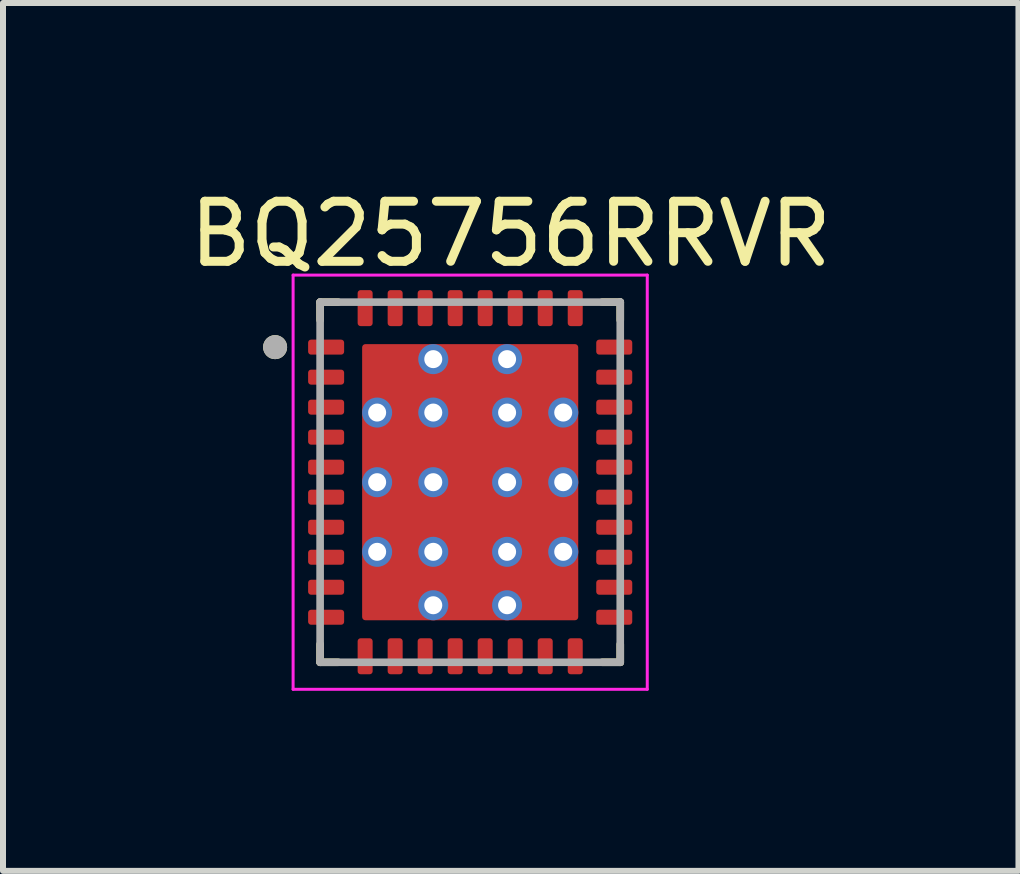
<source format=kicad_pcb>
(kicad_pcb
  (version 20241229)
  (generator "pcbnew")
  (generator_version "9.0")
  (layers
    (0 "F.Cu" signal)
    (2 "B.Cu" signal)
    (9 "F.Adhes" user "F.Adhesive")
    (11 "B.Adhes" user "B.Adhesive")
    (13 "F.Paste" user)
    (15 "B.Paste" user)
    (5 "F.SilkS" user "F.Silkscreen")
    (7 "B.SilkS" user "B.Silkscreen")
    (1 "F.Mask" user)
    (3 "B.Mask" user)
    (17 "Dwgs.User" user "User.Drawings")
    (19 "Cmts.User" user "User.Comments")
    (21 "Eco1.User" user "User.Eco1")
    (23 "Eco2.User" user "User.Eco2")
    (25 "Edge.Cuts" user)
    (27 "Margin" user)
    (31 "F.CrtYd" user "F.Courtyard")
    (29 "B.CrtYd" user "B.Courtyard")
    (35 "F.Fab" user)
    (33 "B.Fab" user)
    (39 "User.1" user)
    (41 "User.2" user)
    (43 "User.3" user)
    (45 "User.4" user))
  (footprint "BQ25756RRVR"
    (layer "F.Cu")
    (at 4.783 4.983)
    (property "Reference" "BQ25756RRVR" (at 0.675 -4.135 0) (layer "F.SilkS") (effects (font (size 1 1) (thickness 0.15))))
    (attr smd)
    (fp_poly (pts (xy -2.65 -2.445) (xy -2.15 -2.445) (xy -2.144 -2.445) (xy -2.137 -2.444) (xy -2.131 -2.444) (xy -2.125 -2.442) (xy -2.119 -2.441) (xy -2.113 -2.439) (xy -2.107 -2.437) (xy -2.101 -2.435) (xy -2.096 -2.432) (xy -2.09 -2.429) (xy -2.085 -2.426) (xy -2.079 -2.422) (xy -2.074 -2.418) (xy -2.07 -2.414) (xy -2.065 -2.41) (xy -2.061 -2.405) (xy -2.057 -2.401) (xy -2.053 -2.396) (xy -2.049 -2.39) (xy -2.046 -2.385) (xy -2.043 -2.379) (xy -2.04 -2.374) (xy -2.038 -2.368) (xy -2.036 -2.362) (xy -2.034 -2.356) (xy -2.033 -2.35) (xy -2.031 -2.344) (xy -2.031 -2.338) (xy -2.03 -2.331) (xy -2.03 -2.325) (xy -2.03 -2.175) (xy -2.03 -2.169) (xy -2.031 -2.162) (xy -2.031 -2.156) (xy -2.033 -2.15) (xy -2.034 -2.144) (xy -2.036 -2.138) (xy -2.038 -2.132) (xy -2.04 -2.126) (xy -2.043 -2.121) (xy -2.046 -2.115) (xy -2.049 -2.11) (xy -2.053 -2.104) (xy -2.057 -2.099) (xy -2.061 -2.095) (xy -2.065 -2.09) (xy -2.07 -2.086) (xy -2.074 -2.082) (xy -2.079 -2.078) (xy -2.085 -2.074) (xy -2.09 -2.071) (xy -2.096 -2.068) (xy -2.101 -2.065) (xy -2.107 -2.063) (xy -2.113 -2.061) (xy -2.119 -2.059) (xy -2.125 -2.058) (xy -2.131 -2.056) (xy -2.137 -2.056) (xy -2.144 -2.055) (xy -2.15 -2.055) (xy -2.65 -2.055) (xy -2.656 -2.055) (xy -2.663 -2.056) (xy -2.669 -2.056) (xy -2.675 -2.058) (xy -2.681 -2.059) (xy -2.687 -2.061) (xy -2.693 -2.063) (xy -2.699 -2.065) (xy -2.704 -2.068) (xy -2.71 -2.071) (xy -2.715 -2.074) (xy -2.721 -2.078) (xy -2.726 -2.082) (xy -2.73 -2.086) (xy -2.735 -2.09) (xy -2.739 -2.095) (xy -2.743 -2.099) (xy -2.747 -2.104) (xy -2.751 -2.11) (xy -2.754 -2.115) (xy -2.757 -2.121) (xy -2.76 -2.126) (xy -2.762 -2.132) (xy -2.764 -2.138) (xy -2.766 -2.144) (xy -2.767 -2.15) (xy -2.769 -2.156) (xy -2.769 -2.162) (xy -2.77 -2.169) (xy -2.77 -2.175) (xy -2.77 -2.325) (xy -2.77 -2.331) (xy -2.769 -2.338) (xy -2.769 -2.344) (xy -2.767 -2.35) (xy -2.766 -2.356) (xy -2.764 -2.362) (xy -2.762 -2.368) (xy -2.76 -2.374) (xy -2.757 -2.379) (xy -2.754 -2.385) (xy -2.751 -2.39) (xy -2.747 -2.396) (xy -2.743 -2.401) (xy -2.739 -2.405) (xy -2.735 -2.41) (xy -2.73 -2.414) (xy -2.726 -2.418) (xy -2.721 -2.422) (xy -2.715 -2.426) (xy -2.71 -2.429) (xy -2.704 -2.432) (xy -2.699 -2.435) (xy -2.693 -2.437) (xy -2.687 -2.439) (xy -2.681 -2.441) (xy -2.675 -2.442) (xy -2.669 -2.444) (xy -2.663 -2.444) (xy -2.656 -2.445) (xy -2.65 -2.445)) (stroke (width 0.01) (type solid)) (fill yes) (layer "F.Mask"))
    (fp_poly (pts (xy -2.65 -1.945) (xy -2.15 -1.945) (xy -2.144 -1.945) (xy -2.137 -1.944) (xy -2.131 -1.944) (xy -2.125 -1.942) (xy -2.119 -1.941) (xy -2.113 -1.939) (xy -2.107 -1.937) (xy -2.101 -1.935) (xy -2.096 -1.932) (xy -2.09 -1.929) (xy -2.085 -1.926) (xy -2.079 -1.922) (xy -2.074 -1.918) (xy -2.07 -1.914) (xy -2.065 -1.91) (xy -2.061 -1.905) (xy -2.057 -1.901) (xy -2.053 -1.896) (xy -2.049 -1.89) (xy -2.046 -1.885) (xy -2.043 -1.879) (xy -2.04 -1.874) (xy -2.038 -1.868) (xy -2.036 -1.862) (xy -2.034 -1.856) (xy -2.033 -1.85) (xy -2.031 -1.844) (xy -2.031 -1.838) (xy -2.03 -1.831) (xy -2.03 -1.825) (xy -2.03 -1.675) (xy -2.03 -1.669) (xy -2.031 -1.662) (xy -2.031 -1.656) (xy -2.033 -1.65) (xy -2.034 -1.644) (xy -2.036 -1.638) (xy -2.038 -1.632) (xy -2.04 -1.626) (xy -2.043 -1.621) (xy -2.046 -1.615) (xy -2.049 -1.61) (xy -2.053 -1.604) (xy -2.057 -1.599) (xy -2.061 -1.595) (xy -2.065 -1.59) (xy -2.07 -1.586) (xy -2.074 -1.582) (xy -2.079 -1.578) (xy -2.085 -1.574) (xy -2.09 -1.571) (xy -2.096 -1.568) (xy -2.101 -1.565) (xy -2.107 -1.563) (xy -2.113 -1.561) (xy -2.119 -1.559) (xy -2.125 -1.558) (xy -2.131 -1.556) (xy -2.137 -1.556) (xy -2.144 -1.555) (xy -2.15 -1.555) (xy -2.65 -1.555) (xy -2.656 -1.555) (xy -2.663 -1.556) (xy -2.669 -1.556) (xy -2.675 -1.558) (xy -2.681 -1.559) (xy -2.687 -1.561) (xy -2.693 -1.563) (xy -2.699 -1.565) (xy -2.704 -1.568) (xy -2.71 -1.571) (xy -2.715 -1.574) (xy -2.721 -1.578) (xy -2.726 -1.582) (xy -2.73 -1.586) (xy -2.735 -1.59) (xy -2.739 -1.595) (xy -2.743 -1.599) (xy -2.747 -1.604) (xy -2.751 -1.61) (xy -2.754 -1.615) (xy -2.757 -1.621) (xy -2.76 -1.626) (xy -2.762 -1.632) (xy -2.764 -1.638) (xy -2.766 -1.644) (xy -2.767 -1.65) (xy -2.769 -1.656) (xy -2.769 -1.662) (xy -2.77 -1.669) (xy -2.77 -1.675) (xy -2.77 -1.825) (xy -2.77 -1.831) (xy -2.769 -1.838) (xy -2.769 -1.844) (xy -2.767 -1.85) (xy -2.766 -1.856) (xy -2.764 -1.862) (xy -2.762 -1.868) (xy -2.76 -1.874) (xy -2.757 -1.879) (xy -2.754 -1.885) (xy -2.751 -1.89) (xy -2.747 -1.896) (xy -2.743 -1.901) (xy -2.739 -1.905) (xy -2.735 -1.91) (xy -2.73 -1.914) (xy -2.726 -1.918) (xy -2.721 -1.922) (xy -2.715 -1.926) (xy -2.71 -1.929) (xy -2.704 -1.932) (xy -2.699 -1.935) (xy -2.693 -1.937) (xy -2.687 -1.939) (xy -2.681 -1.941) (xy -2.675 -1.942) (xy -2.669 -1.944) (xy -2.663 -1.944) (xy -2.656 -1.945) (xy -2.65 -1.945)) (stroke (width 0.01) (type solid)) (fill yes) (layer "F.Mask"))
    (fp_poly (pts (xy -2.65 -1.445) (xy -2.15 -1.445) (xy -2.144 -1.445) (xy -2.137 -1.444) (xy -2.131 -1.444) (xy -2.125 -1.442) (xy -2.119 -1.441) (xy -2.113 -1.439) (xy -2.107 -1.437) (xy -2.101 -1.435) (xy -2.096 -1.432) (xy -2.09 -1.429) (xy -2.085 -1.426) (xy -2.079 -1.422) (xy -2.074 -1.418) (xy -2.07 -1.414) (xy -2.065 -1.41) (xy -2.061 -1.405) (xy -2.057 -1.401) (xy -2.053 -1.396) (xy -2.049 -1.39) (xy -2.046 -1.385) (xy -2.043 -1.379) (xy -2.04 -1.374) (xy -2.038 -1.368) (xy -2.036 -1.362) (xy -2.034 -1.356) (xy -2.033 -1.35) (xy -2.031 -1.344) (xy -2.031 -1.338) (xy -2.03 -1.331) (xy -2.03 -1.325) (xy -2.03 -1.175) (xy -2.03 -1.169) (xy -2.031 -1.162) (xy -2.031 -1.156) (xy -2.033 -1.15) (xy -2.034 -1.144) (xy -2.036 -1.138) (xy -2.038 -1.132) (xy -2.04 -1.126) (xy -2.043 -1.121) (xy -2.046 -1.115) (xy -2.049 -1.11) (xy -2.053 -1.104) (xy -2.057 -1.099) (xy -2.061 -1.095) (xy -2.065 -1.09) (xy -2.07 -1.086) (xy -2.074 -1.082) (xy -2.079 -1.078) (xy -2.085 -1.074) (xy -2.09 -1.071) (xy -2.096 -1.068) (xy -2.101 -1.065) (xy -2.107 -1.063) (xy -2.113 -1.061) (xy -2.119 -1.059) (xy -2.125 -1.058) (xy -2.131 -1.056) (xy -2.137 -1.056) (xy -2.144 -1.055) (xy -2.15 -1.055) (xy -2.65 -1.055) (xy -2.656 -1.055) (xy -2.663 -1.056) (xy -2.669 -1.056) (xy -2.675 -1.058) (xy -2.681 -1.059) (xy -2.687 -1.061) (xy -2.693 -1.063) (xy -2.699 -1.065) (xy -2.704 -1.068) (xy -2.71 -1.071) (xy -2.715 -1.074) (xy -2.721 -1.078) (xy -2.726 -1.082) (xy -2.73 -1.086) (xy -2.735 -1.09) (xy -2.739 -1.095) (xy -2.743 -1.099) (xy -2.747 -1.104) (xy -2.751 -1.11) (xy -2.754 -1.115) (xy -2.757 -1.121) (xy -2.76 -1.126) (xy -2.762 -1.132) (xy -2.764 -1.138) (xy -2.766 -1.144) (xy -2.767 -1.15) (xy -2.769 -1.156) (xy -2.769 -1.162) (xy -2.77 -1.169) (xy -2.77 -1.175) (xy -2.77 -1.325) (xy -2.77 -1.331) (xy -2.769 -1.338) (xy -2.769 -1.344) (xy -2.767 -1.35) (xy -2.766 -1.356) (xy -2.764 -1.362) (xy -2.762 -1.368) (xy -2.76 -1.374) (xy -2.757 -1.379) (xy -2.754 -1.385) (xy -2.751 -1.39) (xy -2.747 -1.396) (xy -2.743 -1.401) (xy -2.739 -1.405) (xy -2.735 -1.41) (xy -2.73 -1.414) (xy -2.726 -1.418) (xy -2.721 -1.422) (xy -2.715 -1.426) (xy -2.71 -1.429) (xy -2.704 -1.432) (xy -2.699 -1.435) (xy -2.693 -1.437) (xy -2.687 -1.439) (xy -2.681 -1.441) (xy -2.675 -1.442) (xy -2.669 -1.444) (xy -2.663 -1.444) (xy -2.656 -1.445) (xy -2.65 -1.445)) (stroke (width 0.01) (type solid)) (fill yes) (layer "F.Mask"))
    (fp_poly (pts (xy -2.65 -0.945) (xy -2.15 -0.945) (xy -2.144 -0.945) (xy -2.137 -0.944) (xy -2.131 -0.944) (xy -2.125 -0.942) (xy -2.119 -0.941) (xy -2.113 -0.939) (xy -2.107 -0.937) (xy -2.101 -0.935) (xy -2.096 -0.932) (xy -2.09 -0.929) (xy -2.085 -0.926) (xy -2.079 -0.922) (xy -2.074 -0.918) (xy -2.07 -0.914) (xy -2.065 -0.91) (xy -2.061 -0.905) (xy -2.057 -0.901) (xy -2.053 -0.896) (xy -2.049 -0.89) (xy -2.046 -0.885) (xy -2.043 -0.879) (xy -2.04 -0.874) (xy -2.038 -0.868) (xy -2.036 -0.862) (xy -2.034 -0.856) (xy -2.033 -0.85) (xy -2.031 -0.844) (xy -2.031 -0.838) (xy -2.03 -0.831) (xy -2.03 -0.825) (xy -2.03 -0.675) (xy -2.03 -0.669) (xy -2.031 -0.662) (xy -2.031 -0.656) (xy -2.033 -0.65) (xy -2.034 -0.644) (xy -2.036 -0.638) (xy -2.038 -0.632) (xy -2.04 -0.626) (xy -2.043 -0.621) (xy -2.046 -0.615) (xy -2.049 -0.61) (xy -2.053 -0.604) (xy -2.057 -0.599) (xy -2.061 -0.595) (xy -2.065 -0.59) (xy -2.07 -0.586) (xy -2.074 -0.582) (xy -2.079 -0.578) (xy -2.085 -0.574) (xy -2.09 -0.571) (xy -2.096 -0.568) (xy -2.101 -0.565) (xy -2.107 -0.563) (xy -2.113 -0.561) (xy -2.119 -0.559) (xy -2.125 -0.558) (xy -2.131 -0.556) (xy -2.137 -0.556) (xy -2.144 -0.555) (xy -2.15 -0.555) (xy -2.65 -0.555) (xy -2.656 -0.555) (xy -2.663 -0.556) (xy -2.669 -0.556) (xy -2.675 -0.558) (xy -2.681 -0.559) (xy -2.687 -0.561) (xy -2.693 -0.563) (xy -2.699 -0.565) (xy -2.704 -0.568) (xy -2.71 -0.571) (xy -2.715 -0.574) (xy -2.721 -0.578) (xy -2.726 -0.582) (xy -2.73 -0.586) (xy -2.735 -0.59) (xy -2.739 -0.595) (xy -2.743 -0.599) (xy -2.747 -0.604) (xy -2.751 -0.61) (xy -2.754 -0.615) (xy -2.757 -0.621) (xy -2.76 -0.626) (xy -2.762 -0.632) (xy -2.764 -0.638) (xy -2.766 -0.644) (xy -2.767 -0.65) (xy -2.769 -0.656) (xy -2.769 -0.662) (xy -2.77 -0.669) (xy -2.77 -0.675) (xy -2.77 -0.825) (xy -2.77 -0.831) (xy -2.769 -0.838) (xy -2.769 -0.844) (xy -2.767 -0.85) (xy -2.766 -0.856) (xy -2.764 -0.862) (xy -2.762 -0.868) (xy -2.76 -0.874) (xy -2.757 -0.879) (xy -2.754 -0.885) (xy -2.751 -0.89) (xy -2.747 -0.896) (xy -2.743 -0.901) (xy -2.739 -0.905) (xy -2.735 -0.91) (xy -2.73 -0.914) (xy -2.726 -0.918) (xy -2.721 -0.922) (xy -2.715 -0.926) (xy -2.71 -0.929) (xy -2.704 -0.932) (xy -2.699 -0.935) (xy -2.693 -0.937) (xy -2.687 -0.939) (xy -2.681 -0.941) (xy -2.675 -0.942) (xy -2.669 -0.944) (xy -2.663 -0.944) (xy -2.656 -0.945) (xy -2.65 -0.945)) (stroke (width 0.01) (type solid)) (fill yes) (layer "F.Mask"))
    (fp_poly (pts (xy -2.65 -0.445) (xy -2.15 -0.445) (xy -2.144 -0.445) (xy -2.137 -0.444) (xy -2.131 -0.444) (xy -2.125 -0.442) (xy -2.119 -0.441) (xy -2.113 -0.439) (xy -2.107 -0.437) (xy -2.101 -0.435) (xy -2.096 -0.432) (xy -2.09 -0.429) (xy -2.085 -0.426) (xy -2.079 -0.422) (xy -2.074 -0.418) (xy -2.07 -0.414) (xy -2.065 -0.41) (xy -2.061 -0.405) (xy -2.057 -0.401) (xy -2.053 -0.396) (xy -2.049 -0.39) (xy -2.046 -0.385) (xy -2.043 -0.379) (xy -2.04 -0.374) (xy -2.038 -0.368) (xy -2.036 -0.362) (xy -2.034 -0.356) (xy -2.033 -0.35) (xy -2.031 -0.344) (xy -2.031 -0.338) (xy -2.03 -0.331) (xy -2.03 -0.325) (xy -2.03 -0.175) (xy -2.03 -0.169) (xy -2.031 -0.162) (xy -2.031 -0.156) (xy -2.033 -0.15) (xy -2.034 -0.144) (xy -2.036 -0.138) (xy -2.038 -0.132) (xy -2.04 -0.126) (xy -2.043 -0.121) (xy -2.046 -0.115) (xy -2.049 -0.11) (xy -2.053 -0.104) (xy -2.057 -0.099) (xy -2.061 -0.095) (xy -2.065 -0.09) (xy -2.07 -0.086) (xy -2.074 -0.082) (xy -2.079 -0.078) (xy -2.085 -0.074) (xy -2.09 -0.071) (xy -2.096 -0.068) (xy -2.101 -0.065) (xy -2.107 -0.063) (xy -2.113 -0.061) (xy -2.119 -0.059) (xy -2.125 -0.058) (xy -2.131 -0.056) (xy -2.137 -0.056) (xy -2.144 -0.055) (xy -2.15 -0.055) (xy -2.65 -0.055) (xy -2.656 -0.055) (xy -2.663 -0.056) (xy -2.669 -0.056) (xy -2.675 -0.058) (xy -2.681 -0.059) (xy -2.687 -0.061) (xy -2.693 -0.063) (xy -2.699 -0.065) (xy -2.704 -0.068) (xy -2.71 -0.071) (xy -2.715 -0.074) (xy -2.721 -0.078) (xy -2.726 -0.082) (xy -2.73 -0.086) (xy -2.735 -0.09) (xy -2.739 -0.095) (xy -2.743 -0.099) (xy -2.747 -0.104) (xy -2.751 -0.11) (xy -2.754 -0.115) (xy -2.757 -0.121) (xy -2.76 -0.126) (xy -2.762 -0.132) (xy -2.764 -0.138) (xy -2.766 -0.144) (xy -2.767 -0.15) (xy -2.769 -0.156) (xy -2.769 -0.162) (xy -2.77 -0.169) (xy -2.77 -0.175) (xy -2.77 -0.325) (xy -2.77 -0.331) (xy -2.769 -0.338) (xy -2.769 -0.344) (xy -2.767 -0.35) (xy -2.766 -0.356) (xy -2.764 -0.362) (xy -2.762 -0.368) (xy -2.76 -0.374) (xy -2.757 -0.379) (xy -2.754 -0.385) (xy -2.751 -0.39) (xy -2.747 -0.396) (xy -2.743 -0.401) (xy -2.739 -0.405) (xy -2.735 -0.41) (xy -2.73 -0.414) (xy -2.726 -0.418) (xy -2.721 -0.422) (xy -2.715 -0.426) (xy -2.71 -0.429) (xy -2.704 -0.432) (xy -2.699 -0.435) (xy -2.693 -0.437) (xy -2.687 -0.439) (xy -2.681 -0.441) (xy -2.675 -0.442) (xy -2.669 -0.444) (xy -2.663 -0.444) (xy -2.656 -0.445) (xy -2.65 -0.445)) (stroke (width 0.01) (type solid)) (fill yes) (layer "F.Mask"))
    (fp_poly (pts (xy -2.65 0.055) (xy -2.15 0.055) (xy -2.144 0.055) (xy -2.137 0.056) (xy -2.131 0.056) (xy -2.125 0.058) (xy -2.119 0.059) (xy -2.113 0.061) (xy -2.107 0.063) (xy -2.101 0.065) (xy -2.096 0.068) (xy -2.09 0.071) (xy -2.085 0.074) (xy -2.079 0.078) (xy -2.074 0.082) (xy -2.07 0.086) (xy -2.065 0.09) (xy -2.061 0.095) (xy -2.057 0.099) (xy -2.053 0.104) (xy -2.049 0.11) (xy -2.046 0.115) (xy -2.043 0.121) (xy -2.04 0.126) (xy -2.038 0.132) (xy -2.036 0.138) (xy -2.034 0.144) (xy -2.033 0.15) (xy -2.031 0.156) (xy -2.031 0.162) (xy -2.03 0.169) (xy -2.03 0.175) (xy -2.03 0.325) (xy -2.03 0.331) (xy -2.031 0.338) (xy -2.031 0.344) (xy -2.033 0.35) (xy -2.034 0.356) (xy -2.036 0.362) (xy -2.038 0.368) (xy -2.04 0.374) (xy -2.043 0.379) (xy -2.046 0.385) (xy -2.049 0.39) (xy -2.053 0.396) (xy -2.057 0.401) (xy -2.061 0.405) (xy -2.065 0.41) (xy -2.07 0.414) (xy -2.074 0.418) (xy -2.079 0.422) (xy -2.085 0.426) (xy -2.09 0.429) (xy -2.096 0.432) (xy -2.101 0.435) (xy -2.107 0.437) (xy -2.113 0.439) (xy -2.119 0.441) (xy -2.125 0.442) (xy -2.131 0.444) (xy -2.137 0.444) (xy -2.144 0.445) (xy -2.15 0.445) (xy -2.65 0.445) (xy -2.656 0.445) (xy -2.663 0.444) (xy -2.669 0.444) (xy -2.675 0.442) (xy -2.681 0.441) (xy -2.687 0.439) (xy -2.693 0.437) (xy -2.699 0.435) (xy -2.704 0.432) (xy -2.71 0.429) (xy -2.715 0.426) (xy -2.721 0.422) (xy -2.726 0.418) (xy -2.73 0.414) (xy -2.735 0.41) (xy -2.739 0.405) (xy -2.743 0.401) (xy -2.747 0.396) (xy -2.751 0.39) (xy -2.754 0.385) (xy -2.757 0.379) (xy -2.76 0.374) (xy -2.762 0.368) (xy -2.764 0.362) (xy -2.766 0.356) (xy -2.767 0.35) (xy -2.769 0.344) (xy -2.769 0.338) (xy -2.77 0.331) (xy -2.77 0.325) (xy -2.77 0.175) (xy -2.77 0.169) (xy -2.769 0.162) (xy -2.769 0.156) (xy -2.767 0.15) (xy -2.766 0.144) (xy -2.764 0.138) (xy -2.762 0.132) (xy -2.76 0.126) (xy -2.757 0.121) (xy -2.754 0.115) (xy -2.751 0.11) (xy -2.747 0.104) (xy -2.743 0.099) (xy -2.739 0.095) (xy -2.735 0.09) (xy -2.73 0.086) (xy -2.726 0.082) (xy -2.721 0.078) (xy -2.715 0.074) (xy -2.71 0.071) (xy -2.704 0.068) (xy -2.699 0.065) (xy -2.693 0.063) (xy -2.687 0.061) (xy -2.681 0.059) (xy -2.675 0.058) (xy -2.669 0.056) (xy -2.663 0.056) (xy -2.656 0.055) (xy -2.65 0.055)) (stroke (width 0.01) (type solid)) (fill yes) (layer "F.Mask"))
    (fp_poly (pts (xy -2.65 0.555) (xy -2.15 0.555) (xy -2.144 0.555) (xy -2.137 0.556) (xy -2.131 0.556) (xy -2.125 0.558) (xy -2.119 0.559) (xy -2.113 0.561) (xy -2.107 0.563) (xy -2.101 0.565) (xy -2.096 0.568) (xy -2.09 0.571) (xy -2.085 0.574) (xy -2.079 0.578) (xy -2.074 0.582) (xy -2.07 0.586) (xy -2.065 0.59) (xy -2.061 0.595) (xy -2.057 0.599) (xy -2.053 0.604) (xy -2.049 0.61) (xy -2.046 0.615) (xy -2.043 0.621) (xy -2.04 0.626) (xy -2.038 0.632) (xy -2.036 0.638) (xy -2.034 0.644) (xy -2.033 0.65) (xy -2.031 0.656) (xy -2.031 0.662) (xy -2.03 0.669) (xy -2.03 0.675) (xy -2.03 0.825) (xy -2.03 0.831) (xy -2.031 0.838) (xy -2.031 0.844) (xy -2.033 0.85) (xy -2.034 0.856) (xy -2.036 0.862) (xy -2.038 0.868) (xy -2.04 0.874) (xy -2.043 0.879) (xy -2.046 0.885) (xy -2.049 0.89) (xy -2.053 0.896) (xy -2.057 0.901) (xy -2.061 0.905) (xy -2.065 0.91) (xy -2.07 0.914) (xy -2.074 0.918) (xy -2.079 0.922) (xy -2.085 0.926) (xy -2.09 0.929) (xy -2.096 0.932) (xy -2.101 0.935) (xy -2.107 0.937) (xy -2.113 0.939) (xy -2.119 0.941) (xy -2.125 0.942) (xy -2.131 0.944) (xy -2.137 0.944) (xy -2.144 0.945) (xy -2.15 0.945) (xy -2.65 0.945) (xy -2.656 0.945) (xy -2.663 0.944) (xy -2.669 0.944) (xy -2.675 0.942) (xy -2.681 0.941) (xy -2.687 0.939) (xy -2.693 0.937) (xy -2.699 0.935) (xy -2.704 0.932) (xy -2.71 0.929) (xy -2.715 0.926) (xy -2.721 0.922) (xy -2.726 0.918) (xy -2.73 0.914) (xy -2.735 0.91) (xy -2.739 0.905) (xy -2.743 0.901) (xy -2.747 0.896) (xy -2.751 0.89) (xy -2.754 0.885) (xy -2.757 0.879) (xy -2.76 0.874) (xy -2.762 0.868) (xy -2.764 0.862) (xy -2.766 0.856) (xy -2.767 0.85) (xy -2.769 0.844) (xy -2.769 0.838) (xy -2.77 0.831) (xy -2.77 0.825) (xy -2.77 0.675) (xy -2.77 0.669) (xy -2.769 0.662) (xy -2.769 0.656) (xy -2.767 0.65) (xy -2.766 0.644) (xy -2.764 0.638) (xy -2.762 0.632) (xy -2.76 0.626) (xy -2.757 0.621) (xy -2.754 0.615) (xy -2.751 0.61) (xy -2.747 0.604) (xy -2.743 0.599) (xy -2.739 0.595) (xy -2.735 0.59) (xy -2.73 0.586) (xy -2.726 0.582) (xy -2.721 0.578) (xy -2.715 0.574) (xy -2.71 0.571) (xy -2.704 0.568) (xy -2.699 0.565) (xy -2.693 0.563) (xy -2.687 0.561) (xy -2.681 0.559) (xy -2.675 0.558) (xy -2.669 0.556) (xy -2.663 0.556) (xy -2.656 0.555) (xy -2.65 0.555)) (stroke (width 0.01) (type solid)) (fill yes) (layer "F.Mask"))
    (fp_poly (pts (xy -2.65 1.055) (xy -2.15 1.055) (xy -2.144 1.055) (xy -2.137 1.056) (xy -2.131 1.056) (xy -2.125 1.058) (xy -2.119 1.059) (xy -2.113 1.061) (xy -2.107 1.063) (xy -2.101 1.065) (xy -2.096 1.068) (xy -2.09 1.071) (xy -2.085 1.074) (xy -2.079 1.078) (xy -2.074 1.082) (xy -2.07 1.086) (xy -2.065 1.09) (xy -2.061 1.095) (xy -2.057 1.099) (xy -2.053 1.104) (xy -2.049 1.11) (xy -2.046 1.115) (xy -2.043 1.121) (xy -2.04 1.126) (xy -2.038 1.132) (xy -2.036 1.138) (xy -2.034 1.144) (xy -2.033 1.15) (xy -2.031 1.156) (xy -2.031 1.162) (xy -2.03 1.169) (xy -2.03 1.175) (xy -2.03 1.325) (xy -2.03 1.331) (xy -2.031 1.338) (xy -2.031 1.344) (xy -2.033 1.35) (xy -2.034 1.356) (xy -2.036 1.362) (xy -2.038 1.368) (xy -2.04 1.374) (xy -2.043 1.379) (xy -2.046 1.385) (xy -2.049 1.39) (xy -2.053 1.396) (xy -2.057 1.401) (xy -2.061 1.405) (xy -2.065 1.41) (xy -2.07 1.414) (xy -2.074 1.418) (xy -2.079 1.422) (xy -2.085 1.426) (xy -2.09 1.429) (xy -2.096 1.432) (xy -2.101 1.435) (xy -2.107 1.437) (xy -2.113 1.439) (xy -2.119 1.441) (xy -2.125 1.442) (xy -2.131 1.444) (xy -2.137 1.444) (xy -2.144 1.445) (xy -2.15 1.445) (xy -2.65 1.445) (xy -2.656 1.445) (xy -2.663 1.444) (xy -2.669 1.444) (xy -2.675 1.442) (xy -2.681 1.441) (xy -2.687 1.439) (xy -2.693 1.437) (xy -2.699 1.435) (xy -2.704 1.432) (xy -2.71 1.429) (xy -2.715 1.426) (xy -2.721 1.422) (xy -2.726 1.418) (xy -2.73 1.414) (xy -2.735 1.41) (xy -2.739 1.405) (xy -2.743 1.401) (xy -2.747 1.396) (xy -2.751 1.39) (xy -2.754 1.385) (xy -2.757 1.379) (xy -2.76 1.374) (xy -2.762 1.368) (xy -2.764 1.362) (xy -2.766 1.356) (xy -2.767 1.35) (xy -2.769 1.344) (xy -2.769 1.338) (xy -2.77 1.331) (xy -2.77 1.325) (xy -2.77 1.175) (xy -2.77 1.169) (xy -2.769 1.162) (xy -2.769 1.156) (xy -2.767 1.15) (xy -2.766 1.144) (xy -2.764 1.138) (xy -2.762 1.132) (xy -2.76 1.126) (xy -2.757 1.121) (xy -2.754 1.115) (xy -2.751 1.11) (xy -2.747 1.104) (xy -2.743 1.099) (xy -2.739 1.095) (xy -2.735 1.09) (xy -2.73 1.086) (xy -2.726 1.082) (xy -2.721 1.078) (xy -2.715 1.074) (xy -2.71 1.071) (xy -2.704 1.068) (xy -2.699 1.065) (xy -2.693 1.063) (xy -2.687 1.061) (xy -2.681 1.059) (xy -2.675 1.058) (xy -2.669 1.056) (xy -2.663 1.056) (xy -2.656 1.055) (xy -2.65 1.055)) (stroke (width 0.01) (type solid)) (fill yes) (layer "F.Mask"))
    (fp_poly (pts (xy -2.65 1.555) (xy -2.15 1.555) (xy -2.144 1.555) (xy -2.137 1.556) (xy -2.131 1.556) (xy -2.125 1.558) (xy -2.119 1.559) (xy -2.113 1.561) (xy -2.107 1.563) (xy -2.101 1.565) (xy -2.096 1.568) (xy -2.09 1.571) (xy -2.085 1.574) (xy -2.079 1.578) (xy -2.074 1.582) (xy -2.07 1.586) (xy -2.065 1.59) (xy -2.061 1.595) (xy -2.057 1.599) (xy -2.053 1.604) (xy -2.049 1.61) (xy -2.046 1.615) (xy -2.043 1.621) (xy -2.04 1.626) (xy -2.038 1.632) (xy -2.036 1.638) (xy -2.034 1.644) (xy -2.033 1.65) (xy -2.031 1.656) (xy -2.031 1.662) (xy -2.03 1.669) (xy -2.03 1.675) (xy -2.03 1.825) (xy -2.03 1.831) (xy -2.031 1.838) (xy -2.031 1.844) (xy -2.033 1.85) (xy -2.034 1.856) (xy -2.036 1.862) (xy -2.038 1.868) (xy -2.04 1.874) (xy -2.043 1.879) (xy -2.046 1.885) (xy -2.049 1.89) (xy -2.053 1.896) (xy -2.057 1.901) (xy -2.061 1.905) (xy -2.065 1.91) (xy -2.07 1.914) (xy -2.074 1.918) (xy -2.079 1.922) (xy -2.085 1.926) (xy -2.09 1.929) (xy -2.096 1.932) (xy -2.101 1.935) (xy -2.107 1.937) (xy -2.113 1.939) (xy -2.119 1.941) (xy -2.125 1.942) (xy -2.131 1.944) (xy -2.137 1.944) (xy -2.144 1.945) (xy -2.15 1.945) (xy -2.65 1.945) (xy -2.656 1.945) (xy -2.663 1.944) (xy -2.669 1.944) (xy -2.675 1.942) (xy -2.681 1.941) (xy -2.687 1.939) (xy -2.693 1.937) (xy -2.699 1.935) (xy -2.704 1.932) (xy -2.71 1.929) (xy -2.715 1.926) (xy -2.721 1.922) (xy -2.726 1.918) (xy -2.73 1.914) (xy -2.735 1.91) (xy -2.739 1.905) (xy -2.743 1.901) (xy -2.747 1.896) (xy -2.751 1.89) (xy -2.754 1.885) (xy -2.757 1.879) (xy -2.76 1.874) (xy -2.762 1.868) (xy -2.764 1.862) (xy -2.766 1.856) (xy -2.767 1.85) (xy -2.769 1.844) (xy -2.769 1.838) (xy -2.77 1.831) (xy -2.77 1.825) (xy -2.77 1.675) (xy -2.77 1.669) (xy -2.769 1.662) (xy -2.769 1.656) (xy -2.767 1.65) (xy -2.766 1.644) (xy -2.764 1.638) (xy -2.762 1.632) (xy -2.76 1.626) (xy -2.757 1.621) (xy -2.754 1.615) (xy -2.751 1.61) (xy -2.747 1.604) (xy -2.743 1.599) (xy -2.739 1.595) (xy -2.735 1.59) (xy -2.73 1.586) (xy -2.726 1.582) (xy -2.721 1.578) (xy -2.715 1.574) (xy -2.71 1.571) (xy -2.704 1.568) (xy -2.699 1.565) (xy -2.693 1.563) (xy -2.687 1.561) (xy -2.681 1.559) (xy -2.675 1.558) (xy -2.669 1.556) (xy -2.663 1.556) (xy -2.656 1.555) (xy -2.65 1.555)) (stroke (width 0.01) (type solid)) (fill yes) (layer "F.Mask"))
    (fp_poly (pts (xy -2.65 2.055) (xy -2.15 2.055) (xy -2.144 2.055) (xy -2.137 2.056) (xy -2.131 2.056) (xy -2.125 2.058) (xy -2.119 2.059) (xy -2.113 2.061) (xy -2.107 2.063) (xy -2.101 2.065) (xy -2.096 2.068) (xy -2.09 2.071) (xy -2.085 2.074) (xy -2.079 2.078) (xy -2.074 2.082) (xy -2.07 2.086) (xy -2.065 2.09) (xy -2.061 2.095) (xy -2.057 2.099) (xy -2.053 2.104) (xy -2.049 2.11) (xy -2.046 2.115) (xy -2.043 2.121) (xy -2.04 2.126) (xy -2.038 2.132) (xy -2.036 2.138) (xy -2.034 2.144) (xy -2.033 2.15) (xy -2.031 2.156) (xy -2.031 2.162) (xy -2.03 2.169) (xy -2.03 2.175) (xy -2.03 2.325) (xy -2.03 2.331) (xy -2.031 2.338) (xy -2.031 2.344) (xy -2.033 2.35) (xy -2.034 2.356) (xy -2.036 2.362) (xy -2.038 2.368) (xy -2.04 2.374) (xy -2.043 2.379) (xy -2.046 2.385) (xy -2.049 2.39) (xy -2.053 2.396) (xy -2.057 2.401) (xy -2.061 2.405) (xy -2.065 2.41) (xy -2.07 2.414) (xy -2.074 2.418) (xy -2.079 2.422) (xy -2.085 2.426) (xy -2.09 2.429) (xy -2.096 2.432) (xy -2.101 2.435) (xy -2.107 2.437) (xy -2.113 2.439) (xy -2.119 2.441) (xy -2.125 2.442) (xy -2.131 2.444) (xy -2.137 2.444) (xy -2.144 2.445) (xy -2.15 2.445) (xy -2.65 2.445) (xy -2.656 2.445) (xy -2.663 2.444) (xy -2.669 2.444) (xy -2.675 2.442) (xy -2.681 2.441) (xy -2.687 2.439) (xy -2.693 2.437) (xy -2.699 2.435) (xy -2.704 2.432) (xy -2.71 2.429) (xy -2.715 2.426) (xy -2.721 2.422) (xy -2.726 2.418) (xy -2.73 2.414) (xy -2.735 2.41) (xy -2.739 2.405) (xy -2.743 2.401) (xy -2.747 2.396) (xy -2.751 2.39) (xy -2.754 2.385) (xy -2.757 2.379) (xy -2.76 2.374) (xy -2.762 2.368) (xy -2.764 2.362) (xy -2.766 2.356) (xy -2.767 2.35) (xy -2.769 2.344) (xy -2.769 2.338) (xy -2.77 2.331) (xy -2.77 2.325) (xy -2.77 2.175) (xy -2.77 2.169) (xy -2.769 2.162) (xy -2.769 2.156) (xy -2.767 2.15) (xy -2.766 2.144) (xy -2.764 2.138) (xy -2.762 2.132) (xy -2.76 2.126) (xy -2.757 2.121) (xy -2.754 2.115) (xy -2.751 2.11) (xy -2.747 2.104) (xy -2.743 2.099) (xy -2.739 2.095) (xy -2.735 2.09) (xy -2.73 2.086) (xy -2.726 2.082) (xy -2.721 2.078) (xy -2.715 2.074) (xy -2.71 2.071) (xy -2.704 2.068) (xy -2.699 2.065) (xy -2.693 2.063) (xy -2.687 2.061) (xy -2.681 2.059) (xy -2.675 2.058) (xy -2.669 2.056) (xy -2.663 2.056) (xy -2.656 2.055) (xy -2.65 2.055)) (stroke (width 0.01) (type solid)) (fill yes) (layer "F.Mask"))
    (fp_poly (pts (xy -1.945 3.15) (xy -1.945 2.65) (xy -1.945 2.644) (xy -1.944 2.637) (xy -1.944 2.631) (xy -1.942 2.625) (xy -1.941 2.619) (xy -1.939 2.613) (xy -1.937 2.607) (xy -1.935 2.601) (xy -1.932 2.596) (xy -1.929 2.59) (xy -1.926 2.585) (xy -1.922 2.579) (xy -1.918 2.574) (xy -1.914 2.57) (xy -1.91 2.565) (xy -1.905 2.561) (xy -1.901 2.557) (xy -1.896 2.553) (xy -1.89 2.549) (xy -1.885 2.546) (xy -1.879 2.543) (xy -1.874 2.54) (xy -1.868 2.538) (xy -1.862 2.536) (xy -1.856 2.534) (xy -1.85 2.533) (xy -1.844 2.531) (xy -1.838 2.531) (xy -1.831 2.53) (xy -1.825 2.53) (xy -1.675 2.53) (xy -1.669 2.53) (xy -1.662 2.531) (xy -1.656 2.531) (xy -1.65 2.533) (xy -1.644 2.534) (xy -1.638 2.536) (xy -1.632 2.538) (xy -1.626 2.54) (xy -1.621 2.543) (xy -1.615 2.546) (xy -1.61 2.549) (xy -1.604 2.553) (xy -1.599 2.557) (xy -1.595 2.561) (xy -1.59 2.565) (xy -1.586 2.57) (xy -1.582 2.574) (xy -1.578 2.579) (xy -1.574 2.585) (xy -1.571 2.59) (xy -1.568 2.596) (xy -1.565 2.601) (xy -1.563 2.607) (xy -1.561 2.613) (xy -1.559 2.619) (xy -1.558 2.625) (xy -1.556 2.631) (xy -1.556 2.637) (xy -1.555 2.644) (xy -1.555 2.65) (xy -1.555 3.15) (xy -1.555 3.156) (xy -1.556 3.163) (xy -1.556 3.169) (xy -1.558 3.175) (xy -1.559 3.181) (xy -1.561 3.187) (xy -1.563 3.193) (xy -1.565 3.199) (xy -1.568 3.204) (xy -1.571 3.21) (xy -1.574 3.215) (xy -1.578 3.221) (xy -1.582 3.226) (xy -1.586 3.23) (xy -1.59 3.235) (xy -1.595 3.239) (xy -1.599 3.243) (xy -1.604 3.247) (xy -1.61 3.251) (xy -1.615 3.254) (xy -1.621 3.257) (xy -1.626 3.26) (xy -1.632 3.262) (xy -1.638 3.264) (xy -1.644 3.266) (xy -1.65 3.267) (xy -1.656 3.269) (xy -1.662 3.269) (xy -1.669 3.27) (xy -1.675 3.27) (xy -1.825 3.27) (xy -1.831 3.27) (xy -1.838 3.269) (xy -1.844 3.269) (xy -1.85 3.267) (xy -1.856 3.266) (xy -1.862 3.264) (xy -1.868 3.262) (xy -1.874 3.26) (xy -1.879 3.257) (xy -1.885 3.254) (xy -1.89 3.251) (xy -1.896 3.247) (xy -1.901 3.243) (xy -1.905 3.239) (xy -1.91 3.235) (xy -1.914 3.23) (xy -1.918 3.226) (xy -1.922 3.221) (xy -1.926 3.215) (xy -1.929 3.21) (xy -1.932 3.204) (xy -1.935 3.199) (xy -1.937 3.193) (xy -1.939 3.187) (xy -1.941 3.181) (xy -1.942 3.175) (xy -1.944 3.169) (xy -1.944 3.163) (xy -1.945 3.156) (xy -1.945 3.15)) (stroke (width 0.01) (type solid)) (fill yes) (layer "F.Mask"))
    (fp_poly (pts (xy -1.555 -3.15) (xy -1.555 -2.65) (xy -1.555 -2.644) (xy -1.556 -2.637) (xy -1.556 -2.631) (xy -1.558 -2.625) (xy -1.559 -2.619) (xy -1.561 -2.613) (xy -1.563 -2.607) (xy -1.565 -2.601) (xy -1.568 -2.596) (xy -1.571 -2.59) (xy -1.574 -2.585) (xy -1.578 -2.579) (xy -1.582 -2.574) (xy -1.586 -2.57) (xy -1.59 -2.565) (xy -1.595 -2.561) (xy -1.599 -2.557) (xy -1.604 -2.553) (xy -1.61 -2.549) (xy -1.615 -2.546) (xy -1.621 -2.543) (xy -1.626 -2.54) (xy -1.632 -2.538) (xy -1.638 -2.536) (xy -1.644 -2.534) (xy -1.65 -2.533) (xy -1.656 -2.531) (xy -1.662 -2.531) (xy -1.669 -2.53) (xy -1.675 -2.53) (xy -1.825 -2.53) (xy -1.831 -2.53) (xy -1.838 -2.531) (xy -1.844 -2.531) (xy -1.85 -2.533) (xy -1.856 -2.534) (xy -1.862 -2.536) (xy -1.868 -2.538) (xy -1.874 -2.54) (xy -1.879 -2.543) (xy -1.885 -2.546) (xy -1.89 -2.549) (xy -1.896 -2.553) (xy -1.901 -2.557) (xy -1.905 -2.561) (xy -1.91 -2.565) (xy -1.914 -2.57) (xy -1.918 -2.574) (xy -1.922 -2.579) (xy -1.926 -2.585) (xy -1.929 -2.59) (xy -1.932 -2.596) (xy -1.935 -2.601) (xy -1.937 -2.607) (xy -1.939 -2.613) (xy -1.941 -2.619) (xy -1.942 -2.625) (xy -1.944 -2.631) (xy -1.944 -2.637) (xy -1.945 -2.644) (xy -1.945 -2.65) (xy -1.945 -3.15) (xy -1.945 -3.156) (xy -1.944 -3.163) (xy -1.944 -3.169) (xy -1.942 -3.175) (xy -1.941 -3.181) (xy -1.939 -3.187) (xy -1.937 -3.193) (xy -1.935 -3.199) (xy -1.932 -3.204) (xy -1.929 -3.21) (xy -1.926 -3.215) (xy -1.922 -3.221) (xy -1.918 -3.226) (xy -1.914 -3.23) (xy -1.91 -3.235) (xy -1.905 -3.239) (xy -1.901 -3.243) (xy -1.896 -3.247) (xy -1.89 -3.251) (xy -1.885 -3.254) (xy -1.879 -3.257) (xy -1.874 -3.26) (xy -1.868 -3.262) (xy -1.862 -3.264) (xy -1.856 -3.266) (xy -1.85 -3.267) (xy -1.844 -3.269) (xy -1.838 -3.269) (xy -1.831 -3.27) (xy -1.825 -3.27) (xy -1.675 -3.27) (xy -1.669 -3.27) (xy -1.662 -3.269) (xy -1.656 -3.269) (xy -1.65 -3.267) (xy -1.644 -3.266) (xy -1.638 -3.264) (xy -1.632 -3.262) (xy -1.626 -3.26) (xy -1.621 -3.257) (xy -1.615 -3.254) (xy -1.61 -3.251) (xy -1.604 -3.247) (xy -1.599 -3.243) (xy -1.595 -3.239) (xy -1.59 -3.235) (xy -1.586 -3.23) (xy -1.582 -3.226) (xy -1.578 -3.221) (xy -1.574 -3.215) (xy -1.571 -3.21) (xy -1.568 -3.204) (xy -1.565 -3.199) (xy -1.563 -3.193) (xy -1.561 -3.187) (xy -1.559 -3.181) (xy -1.558 -3.175) (xy -1.556 -3.169) (xy -1.556 -3.163) (xy -1.555 -3.156) (xy -1.555 -3.15)) (stroke (width 0.01) (type solid)) (fill yes) (layer "F.Mask"))
    (fp_poly (pts (xy -1.445 3.15) (xy -1.445 2.65) (xy -1.445 2.644) (xy -1.444 2.637) (xy -1.444 2.631) (xy -1.442 2.625) (xy -1.441 2.619) (xy -1.439 2.613) (xy -1.437 2.607) (xy -1.435 2.601) (xy -1.432 2.596) (xy -1.429 2.59) (xy -1.426 2.585) (xy -1.422 2.579) (xy -1.418 2.574) (xy -1.414 2.57) (xy -1.41 2.565) (xy -1.405 2.561) (xy -1.401 2.557) (xy -1.396 2.553) (xy -1.39 2.549) (xy -1.385 2.546) (xy -1.379 2.543) (xy -1.374 2.54) (xy -1.368 2.538) (xy -1.362 2.536) (xy -1.356 2.534) (xy -1.35 2.533) (xy -1.344 2.531) (xy -1.338 2.531) (xy -1.331 2.53) (xy -1.325 2.53) (xy -1.175 2.53) (xy -1.169 2.53) (xy -1.162 2.531) (xy -1.156 2.531) (xy -1.15 2.533) (xy -1.144 2.534) (xy -1.138 2.536) (xy -1.132 2.538) (xy -1.126 2.54) (xy -1.121 2.543) (xy -1.115 2.546) (xy -1.11 2.549) (xy -1.104 2.553) (xy -1.099 2.557) (xy -1.095 2.561) (xy -1.09 2.565) (xy -1.086 2.57) (xy -1.082 2.574) (xy -1.078 2.579) (xy -1.074 2.585) (xy -1.071 2.59) (xy -1.068 2.596) (xy -1.065 2.601) (xy -1.063 2.607) (xy -1.061 2.613) (xy -1.059 2.619) (xy -1.058 2.625) (xy -1.056 2.631) (xy -1.056 2.637) (xy -1.055 2.644) (xy -1.055 2.65) (xy -1.055 3.15) (xy -1.055 3.156) (xy -1.056 3.163) (xy -1.056 3.169) (xy -1.058 3.175) (xy -1.059 3.181) (xy -1.061 3.187) (xy -1.063 3.193) (xy -1.065 3.199) (xy -1.068 3.204) (xy -1.071 3.21) (xy -1.074 3.215) (xy -1.078 3.221) (xy -1.082 3.226) (xy -1.086 3.23) (xy -1.09 3.235) (xy -1.095 3.239) (xy -1.099 3.243) (xy -1.104 3.247) (xy -1.11 3.251) (xy -1.115 3.254) (xy -1.121 3.257) (xy -1.126 3.26) (xy -1.132 3.262) (xy -1.138 3.264) (xy -1.144 3.266) (xy -1.15 3.267) (xy -1.156 3.269) (xy -1.162 3.269) (xy -1.169 3.27) (xy -1.175 3.27) (xy -1.325 3.27) (xy -1.331 3.27) (xy -1.338 3.269) (xy -1.344 3.269) (xy -1.35 3.267) (xy -1.356 3.266) (xy -1.362 3.264) (xy -1.368 3.262) (xy -1.374 3.26) (xy -1.379 3.257) (xy -1.385 3.254) (xy -1.39 3.251) (xy -1.396 3.247) (xy -1.401 3.243) (xy -1.405 3.239) (xy -1.41 3.235) (xy -1.414 3.23) (xy -1.418 3.226) (xy -1.422 3.221) (xy -1.426 3.215) (xy -1.429 3.21) (xy -1.432 3.204) (xy -1.435 3.199) (xy -1.437 3.193) (xy -1.439 3.187) (xy -1.441 3.181) (xy -1.442 3.175) (xy -1.444 3.169) (xy -1.444 3.163) (xy -1.445 3.156) (xy -1.445 3.15)) (stroke (width 0.01) (type solid)) (fill yes) (layer "F.Mask"))
    (fp_poly (pts (xy -1.055 -3.15) (xy -1.055 -2.65) (xy -1.055 -2.644) (xy -1.056 -2.637) (xy -1.056 -2.631) (xy -1.058 -2.625) (xy -1.059 -2.619) (xy -1.061 -2.613) (xy -1.063 -2.607) (xy -1.065 -2.601) (xy -1.068 -2.596) (xy -1.071 -2.59) (xy -1.074 -2.585) (xy -1.078 -2.579) (xy -1.082 -2.574) (xy -1.086 -2.57) (xy -1.09 -2.565) (xy -1.095 -2.561) (xy -1.099 -2.557) (xy -1.104 -2.553) (xy -1.11 -2.549) (xy -1.115 -2.546) (xy -1.121 -2.543) (xy -1.126 -2.54) (xy -1.132 -2.538) (xy -1.138 -2.536) (xy -1.144 -2.534) (xy -1.15 -2.533) (xy -1.156 -2.531) (xy -1.162 -2.531) (xy -1.169 -2.53) (xy -1.175 -2.53) (xy -1.325 -2.53) (xy -1.331 -2.53) (xy -1.338 -2.531) (xy -1.344 -2.531) (xy -1.35 -2.533) (xy -1.356 -2.534) (xy -1.362 -2.536) (xy -1.368 -2.538) (xy -1.374 -2.54) (xy -1.379 -2.543) (xy -1.385 -2.546) (xy -1.39 -2.549) (xy -1.396 -2.553) (xy -1.401 -2.557) (xy -1.405 -2.561) (xy -1.41 -2.565) (xy -1.414 -2.57) (xy -1.418 -2.574) (xy -1.422 -2.579) (xy -1.426 -2.585) (xy -1.429 -2.59) (xy -1.432 -2.596) (xy -1.435 -2.601) (xy -1.437 -2.607) (xy -1.439 -2.613) (xy -1.441 -2.619) (xy -1.442 -2.625) (xy -1.444 -2.631) (xy -1.444 -2.637) (xy -1.445 -2.644) (xy -1.445 -2.65) (xy -1.445 -3.15) (xy -1.445 -3.156) (xy -1.444 -3.163) (xy -1.444 -3.169) (xy -1.442 -3.175) (xy -1.441 -3.181) (xy -1.439 -3.187) (xy -1.437 -3.193) (xy -1.435 -3.199) (xy -1.432 -3.204) (xy -1.429 -3.21) (xy -1.426 -3.215) (xy -1.422 -3.221) (xy -1.418 -3.226) (xy -1.414 -3.23) (xy -1.41 -3.235) (xy -1.405 -3.239) (xy -1.401 -3.243) (xy -1.396 -3.247) (xy -1.39 -3.251) (xy -1.385 -3.254) (xy -1.379 -3.257) (xy -1.374 -3.26) (xy -1.368 -3.262) (xy -1.362 -3.264) (xy -1.356 -3.266) (xy -1.35 -3.267) (xy -1.344 -3.269) (xy -1.338 -3.269) (xy -1.331 -3.27) (xy -1.325 -3.27) (xy -1.175 -3.27) (xy -1.169 -3.27) (xy -1.162 -3.269) (xy -1.156 -3.269) (xy -1.15 -3.267) (xy -1.144 -3.266) (xy -1.138 -3.264) (xy -1.132 -3.262) (xy -1.126 -3.26) (xy -1.121 -3.257) (xy -1.115 -3.254) (xy -1.11 -3.251) (xy -1.104 -3.247) (xy -1.099 -3.243) (xy -1.095 -3.239) (xy -1.09 -3.235) (xy -1.086 -3.23) (xy -1.082 -3.226) (xy -1.078 -3.221) (xy -1.074 -3.215) (xy -1.071 -3.21) (xy -1.068 -3.204) (xy -1.065 -3.199) (xy -1.063 -3.193) (xy -1.061 -3.187) (xy -1.059 -3.181) (xy -1.058 -3.175) (xy -1.056 -3.169) (xy -1.056 -3.163) (xy -1.055 -3.156) (xy -1.055 -3.15)) (stroke (width 0.01) (type solid)) (fill yes) (layer "F.Mask"))
    (fp_poly (pts (xy -0.945 3.15) (xy -0.945 2.65) (xy -0.945 2.644) (xy -0.944 2.637) (xy -0.944 2.631) (xy -0.942 2.625) (xy -0.941 2.619) (xy -0.939 2.613) (xy -0.937 2.607) (xy -0.935 2.601) (xy -0.932 2.596) (xy -0.929 2.59) (xy -0.926 2.585) (xy -0.922 2.579) (xy -0.918 2.574) (xy -0.914 2.57) (xy -0.91 2.565) (xy -0.905 2.561) (xy -0.901 2.557) (xy -0.896 2.553) (xy -0.89 2.549) (xy -0.885 2.546) (xy -0.879 2.543) (xy -0.874 2.54) (xy -0.868 2.538) (xy -0.862 2.536) (xy -0.856 2.534) (xy -0.85 2.533) (xy -0.844 2.531) (xy -0.838 2.531) (xy -0.831 2.53) (xy -0.825 2.53) (xy -0.675 2.53) (xy -0.669 2.53) (xy -0.662 2.531) (xy -0.656 2.531) (xy -0.65 2.533) (xy -0.644 2.534) (xy -0.638 2.536) (xy -0.632 2.538) (xy -0.626 2.54) (xy -0.621 2.543) (xy -0.615 2.546) (xy -0.61 2.549) (xy -0.604 2.553) (xy -0.599 2.557) (xy -0.595 2.561) (xy -0.59 2.565) (xy -0.586 2.57) (xy -0.582 2.574) (xy -0.578 2.579) (xy -0.574 2.585) (xy -0.571 2.59) (xy -0.568 2.596) (xy -0.565 2.601) (xy -0.563 2.607) (xy -0.561 2.613) (xy -0.559 2.619) (xy -0.558 2.625) (xy -0.556 2.631) (xy -0.556 2.637) (xy -0.555 2.644) (xy -0.555 2.65) (xy -0.555 3.15) (xy -0.555 3.156) (xy -0.556 3.163) (xy -0.556 3.169) (xy -0.558 3.175) (xy -0.559 3.181) (xy -0.561 3.187) (xy -0.563 3.193) (xy -0.565 3.199) (xy -0.568 3.204) (xy -0.571 3.21) (xy -0.574 3.215) (xy -0.578 3.221) (xy -0.582 3.226) (xy -0.586 3.23) (xy -0.59 3.235) (xy -0.595 3.239) (xy -0.599 3.243) (xy -0.604 3.247) (xy -0.61 3.251) (xy -0.615 3.254) (xy -0.621 3.257) (xy -0.626 3.26) (xy -0.632 3.262) (xy -0.638 3.264) (xy -0.644 3.266) (xy -0.65 3.267) (xy -0.656 3.269) (xy -0.662 3.269) (xy -0.669 3.27) (xy -0.675 3.27) (xy -0.825 3.27) (xy -0.831 3.27) (xy -0.838 3.269) (xy -0.844 3.269) (xy -0.85 3.267) (xy -0.856 3.266) (xy -0.862 3.264) (xy -0.868 3.262) (xy -0.874 3.26) (xy -0.879 3.257) (xy -0.885 3.254) (xy -0.89 3.251) (xy -0.896 3.247) (xy -0.901 3.243) (xy -0.905 3.239) (xy -0.91 3.235) (xy -0.914 3.23) (xy -0.918 3.226) (xy -0.922 3.221) (xy -0.926 3.215) (xy -0.929 3.21) (xy -0.932 3.204) (xy -0.935 3.199) (xy -0.937 3.193) (xy -0.939 3.187) (xy -0.941 3.181) (xy -0.942 3.175) (xy -0.944 3.169) (xy -0.944 3.163) (xy -0.945 3.156) (xy -0.945 3.15)) (stroke (width 0.01) (type solid)) (fill yes) (layer "F.Mask"))
    (fp_poly (pts (xy -0.555 -3.15) (xy -0.555 -2.65) (xy -0.555 -2.644) (xy -0.556 -2.637) (xy -0.556 -2.631) (xy -0.558 -2.625) (xy -0.559 -2.619) (xy -0.561 -2.613) (xy -0.563 -2.607) (xy -0.565 -2.601) (xy -0.568 -2.596) (xy -0.571 -2.59) (xy -0.574 -2.585) (xy -0.578 -2.579) (xy -0.582 -2.574) (xy -0.586 -2.57) (xy -0.59 -2.565) (xy -0.595 -2.561) (xy -0.599 -2.557) (xy -0.604 -2.553) (xy -0.61 -2.549) (xy -0.615 -2.546) (xy -0.621 -2.543) (xy -0.626 -2.54) (xy -0.632 -2.538) (xy -0.638 -2.536) (xy -0.644 -2.534) (xy -0.65 -2.533) (xy -0.656 -2.531) (xy -0.662 -2.531) (xy -0.669 -2.53) (xy -0.675 -2.53) (xy -0.825 -2.53) (xy -0.831 -2.53) (xy -0.838 -2.531) (xy -0.844 -2.531) (xy -0.85 -2.533) (xy -0.856 -2.534) (xy -0.862 -2.536) (xy -0.868 -2.538) (xy -0.874 -2.54) (xy -0.879 -2.543) (xy -0.885 -2.546) (xy -0.89 -2.549) (xy -0.896 -2.553) (xy -0.901 -2.557) (xy -0.905 -2.561) (xy -0.91 -2.565) (xy -0.914 -2.57) (xy -0.918 -2.574) (xy -0.922 -2.579) (xy -0.926 -2.585) (xy -0.929 -2.59) (xy -0.932 -2.596) (xy -0.935 -2.601) (xy -0.937 -2.607) (xy -0.939 -2.613) (xy -0.941 -2.619) (xy -0.942 -2.625) (xy -0.944 -2.631) (xy -0.944 -2.637) (xy -0.945 -2.644) (xy -0.945 -2.65) (xy -0.945 -3.15) (xy -0.945 -3.156) (xy -0.944 -3.163) (xy -0.944 -3.169) (xy -0.942 -3.175) (xy -0.941 -3.181) (xy -0.939 -3.187) (xy -0.937 -3.193) (xy -0.935 -3.199) (xy -0.932 -3.204) (xy -0.929 -3.21) (xy -0.926 -3.215) (xy -0.922 -3.221) (xy -0.918 -3.226) (xy -0.914 -3.23) (xy -0.91 -3.235) (xy -0.905 -3.239) (xy -0.901 -3.243) (xy -0.896 -3.247) (xy -0.89 -3.251) (xy -0.885 -3.254) (xy -0.879 -3.257) (xy -0.874 -3.26) (xy -0.868 -3.262) (xy -0.862 -3.264) (xy -0.856 -3.266) (xy -0.85 -3.267) (xy -0.844 -3.269) (xy -0.838 -3.269) (xy -0.831 -3.27) (xy -0.825 -3.27) (xy -0.675 -3.27) (xy -0.669 -3.27) (xy -0.662 -3.269) (xy -0.656 -3.269) (xy -0.65 -3.267) (xy -0.644 -3.266) (xy -0.638 -3.264) (xy -0.632 -3.262) (xy -0.626 -3.26) (xy -0.621 -3.257) (xy -0.615 -3.254) (xy -0.61 -3.251) (xy -0.604 -3.247) (xy -0.599 -3.243) (xy -0.595 -3.239) (xy -0.59 -3.235) (xy -0.586 -3.23) (xy -0.582 -3.226) (xy -0.578 -3.221) (xy -0.574 -3.215) (xy -0.571 -3.21) (xy -0.568 -3.204) (xy -0.565 -3.199) (xy -0.563 -3.193) (xy -0.561 -3.187) (xy -0.559 -3.181) (xy -0.558 -3.175) (xy -0.556 -3.169) (xy -0.556 -3.163) (xy -0.555 -3.156) (xy -0.555 -3.15)) (stroke (width 0.01) (type solid)) (fill yes) (layer "F.Mask"))
    (fp_poly (pts (xy -0.445 3.15) (xy -0.445 2.65) (xy -0.445 2.644) (xy -0.444 2.637) (xy -0.444 2.631) (xy -0.442 2.625) (xy -0.441 2.619) (xy -0.439 2.613) (xy -0.437 2.607) (xy -0.435 2.601) (xy -0.432 2.596) (xy -0.429 2.59) (xy -0.426 2.585) (xy -0.422 2.579) (xy -0.418 2.574) (xy -0.414 2.57) (xy -0.41 2.565) (xy -0.405 2.561) (xy -0.401 2.557) (xy -0.396 2.553) (xy -0.39 2.549) (xy -0.385 2.546) (xy -0.379 2.543) (xy -0.374 2.54) (xy -0.368 2.538) (xy -0.362 2.536) (xy -0.356 2.534) (xy -0.35 2.533) (xy -0.344 2.531) (xy -0.338 2.531) (xy -0.331 2.53) (xy -0.325 2.53) (xy -0.175 2.53) (xy -0.169 2.53) (xy -0.162 2.531) (xy -0.156 2.531) (xy -0.15 2.533) (xy -0.144 2.534) (xy -0.138 2.536) (xy -0.132 2.538) (xy -0.126 2.54) (xy -0.121 2.543) (xy -0.115 2.546) (xy -0.11 2.549) (xy -0.104 2.553) (xy -0.099 2.557) (xy -0.095 2.561) (xy -0.09 2.565) (xy -0.086 2.57) (xy -0.082 2.574) (xy -0.078 2.579) (xy -0.074 2.585) (xy -0.071 2.59) (xy -0.068 2.596) (xy -0.065 2.601) (xy -0.063 2.607) (xy -0.061 2.613) (xy -0.059 2.619) (xy -0.058 2.625) (xy -0.056 2.631) (xy -0.056 2.637) (xy -0.055 2.644) (xy -0.055 2.65) (xy -0.055 3.15) (xy -0.055 3.156) (xy -0.056 3.163) (xy -0.056 3.169) (xy -0.058 3.175) (xy -0.059 3.181) (xy -0.061 3.187) (xy -0.063 3.193) (xy -0.065 3.199) (xy -0.068 3.204) (xy -0.071 3.21) (xy -0.074 3.215) (xy -0.078 3.221) (xy -0.082 3.226) (xy -0.086 3.23) (xy -0.09 3.235) (xy -0.095 3.239) (xy -0.099 3.243) (xy -0.104 3.247) (xy -0.11 3.251) (xy -0.115 3.254) (xy -0.121 3.257) (xy -0.126 3.26) (xy -0.132 3.262) (xy -0.138 3.264) (xy -0.144 3.266) (xy -0.15 3.267) (xy -0.156 3.269) (xy -0.162 3.269) (xy -0.169 3.27) (xy -0.175 3.27) (xy -0.325 3.27) (xy -0.331 3.27) (xy -0.338 3.269) (xy -0.344 3.269) (xy -0.35 3.267) (xy -0.356 3.266) (xy -0.362 3.264) (xy -0.368 3.262) (xy -0.374 3.26) (xy -0.379 3.257) (xy -0.385 3.254) (xy -0.39 3.251) (xy -0.396 3.247) (xy -0.401 3.243) (xy -0.405 3.239) (xy -0.41 3.235) (xy -0.414 3.23) (xy -0.418 3.226) (xy -0.422 3.221) (xy -0.426 3.215) (xy -0.429 3.21) (xy -0.432 3.204) (xy -0.435 3.199) (xy -0.437 3.193) (xy -0.439 3.187) (xy -0.441 3.181) (xy -0.442 3.175) (xy -0.444 3.169) (xy -0.444 3.163) (xy -0.445 3.156) (xy -0.445 3.15)) (stroke (width 0.01) (type solid)) (fill yes) (layer "F.Mask"))
    (fp_poly (pts (xy -0.055 -3.15) (xy -0.055 -2.65) (xy -0.055 -2.644) (xy -0.056 -2.637) (xy -0.056 -2.631) (xy -0.058 -2.625) (xy -0.059 -2.619) (xy -0.061 -2.613) (xy -0.063 -2.607) (xy -0.065 -2.601) (xy -0.068 -2.596) (xy -0.071 -2.59) (xy -0.074 -2.585) (xy -0.078 -2.579) (xy -0.082 -2.574) (xy -0.086 -2.57) (xy -0.09 -2.565) (xy -0.095 -2.561) (xy -0.099 -2.557) (xy -0.104 -2.553) (xy -0.11 -2.549) (xy -0.115 -2.546) (xy -0.121 -2.543) (xy -0.126 -2.54) (xy -0.132 -2.538) (xy -0.138 -2.536) (xy -0.144 -2.534) (xy -0.15 -2.533) (xy -0.156 -2.531) (xy -0.162 -2.531) (xy -0.169 -2.53) (xy -0.175 -2.53) (xy -0.325 -2.53) (xy -0.331 -2.53) (xy -0.338 -2.531) (xy -0.344 -2.531) (xy -0.35 -2.533) (xy -0.356 -2.534) (xy -0.362 -2.536) (xy -0.368 -2.538) (xy -0.374 -2.54) (xy -0.379 -2.543) (xy -0.385 -2.546) (xy -0.39 -2.549) (xy -0.396 -2.553) (xy -0.401 -2.557) (xy -0.405 -2.561) (xy -0.41 -2.565) (xy -0.414 -2.57) (xy -0.418 -2.574) (xy -0.422 -2.579) (xy -0.426 -2.585) (xy -0.429 -2.59) (xy -0.432 -2.596) (xy -0.435 -2.601) (xy -0.437 -2.607) (xy -0.439 -2.613) (xy -0.441 -2.619) (xy -0.442 -2.625) (xy -0.444 -2.631) (xy -0.444 -2.637) (xy -0.445 -2.644) (xy -0.445 -2.65) (xy -0.445 -3.15) (xy -0.445 -3.156) (xy -0.444 -3.163) (xy -0.444 -3.169) (xy -0.442 -3.175) (xy -0.441 -3.181) (xy -0.439 -3.187) (xy -0.437 -3.193) (xy -0.435 -3.199) (xy -0.432 -3.204) (xy -0.429 -3.21) (xy -0.426 -3.215) (xy -0.422 -3.221) (xy -0.418 -3.226) (xy -0.414 -3.23) (xy -0.41 -3.235) (xy -0.405 -3.239) (xy -0.401 -3.243) (xy -0.396 -3.247) (xy -0.39 -3.251) (xy -0.385 -3.254) (xy -0.379 -3.257) (xy -0.374 -3.26) (xy -0.368 -3.262) (xy -0.362 -3.264) (xy -0.356 -3.266) (xy -0.35 -3.267) (xy -0.344 -3.269) (xy -0.338 -3.269) (xy -0.331 -3.27) (xy -0.325 -3.27) (xy -0.175 -3.27) (xy -0.169 -3.27) (xy -0.162 -3.269) (xy -0.156 -3.269) (xy -0.15 -3.267) (xy -0.144 -3.266) (xy -0.138 -3.264) (xy -0.132 -3.262) (xy -0.126 -3.26) (xy -0.121 -3.257) (xy -0.115 -3.254) (xy -0.11 -3.251) (xy -0.104 -3.247) (xy -0.099 -3.243) (xy -0.095 -3.239) (xy -0.09 -3.235) (xy -0.086 -3.23) (xy -0.082 -3.226) (xy -0.078 -3.221) (xy -0.074 -3.215) (xy -0.071 -3.21) (xy -0.068 -3.204) (xy -0.065 -3.199) (xy -0.063 -3.193) (xy -0.061 -3.187) (xy -0.059 -3.181) (xy -0.058 -3.175) (xy -0.056 -3.169) (xy -0.056 -3.163) (xy -0.055 -3.156) (xy -0.055 -3.15)) (stroke (width 0.01) (type solid)) (fill yes) (layer "F.Mask"))
    (fp_poly (pts (xy 0.055 3.15) (xy 0.055 2.65) (xy 0.055 2.644) (xy 0.056 2.637) (xy 0.056 2.631) (xy 0.058 2.625) (xy 0.059 2.619) (xy 0.061 2.613) (xy 0.063 2.607) (xy 0.065 2.601) (xy 0.068 2.596) (xy 0.071 2.59) (xy 0.074 2.585) (xy 0.078 2.579) (xy 0.082 2.574) (xy 0.086 2.57) (xy 0.09 2.565) (xy 0.095 2.561) (xy 0.099 2.557) (xy 0.104 2.553) (xy 0.11 2.549) (xy 0.115 2.546) (xy 0.121 2.543) (xy 0.126 2.54) (xy 0.132 2.538) (xy 0.138 2.536) (xy 0.144 2.534) (xy 0.15 2.533) (xy 0.156 2.531) (xy 0.162 2.531) (xy 0.169 2.53) (xy 0.175 2.53) (xy 0.325 2.53) (xy 0.331 2.53) (xy 0.338 2.531) (xy 0.344 2.531) (xy 0.35 2.533) (xy 0.356 2.534) (xy 0.362 2.536) (xy 0.368 2.538) (xy 0.374 2.54) (xy 0.379 2.543) (xy 0.385 2.546) (xy 0.39 2.549) (xy 0.396 2.553) (xy 0.401 2.557) (xy 0.405 2.561) (xy 0.41 2.565) (xy 0.414 2.57) (xy 0.418 2.574) (xy 0.422 2.579) (xy 0.426 2.585) (xy 0.429 2.59) (xy 0.432 2.596) (xy 0.435 2.601) (xy 0.437 2.607) (xy 0.439 2.613) (xy 0.441 2.619) (xy 0.442 2.625) (xy 0.444 2.631) (xy 0.444 2.637) (xy 0.445 2.644) (xy 0.445 2.65) (xy 0.445 3.15) (xy 0.445 3.156) (xy 0.444 3.163) (xy 0.444 3.169) (xy 0.442 3.175) (xy 0.441 3.181) (xy 0.439 3.187) (xy 0.437 3.193) (xy 0.435 3.199) (xy 0.432 3.204) (xy 0.429 3.21) (xy 0.426 3.215) (xy 0.422 3.221) (xy 0.418 3.226) (xy 0.414 3.23) (xy 0.41 3.235) (xy 0.405 3.239) (xy 0.401 3.243) (xy 0.396 3.247) (xy 0.39 3.251) (xy 0.385 3.254) (xy 0.379 3.257) (xy 0.374 3.26) (xy 0.368 3.262) (xy 0.362 3.264) (xy 0.356 3.266) (xy 0.35 3.267) (xy 0.344 3.269) (xy 0.338 3.269) (xy 0.331 3.27) (xy 0.325 3.27) (xy 0.175 3.27) (xy 0.169 3.27) (xy 0.162 3.269) (xy 0.156 3.269) (xy 0.15 3.267) (xy 0.144 3.266) (xy 0.138 3.264) (xy 0.132 3.262) (xy 0.126 3.26) (xy 0.121 3.257) (xy 0.115 3.254) (xy 0.11 3.251) (xy 0.104 3.247) (xy 0.099 3.243) (xy 0.095 3.239) (xy 0.09 3.235) (xy 0.086 3.23) (xy 0.082 3.226) (xy 0.078 3.221) (xy 0.074 3.215) (xy 0.071 3.21) (xy 0.068 3.204) (xy 0.065 3.199) (xy 0.063 3.193) (xy 0.061 3.187) (xy 0.059 3.181) (xy 0.058 3.175) (xy 0.056 3.169) (xy 0.056 3.163) (xy 0.055 3.156) (xy 0.055 3.15)) (stroke (width 0.01) (type solid)) (fill yes) (layer "F.Mask"))
    (fp_poly (pts (xy 0.445 -3.15) (xy 0.445 -2.65) (xy 0.445 -2.644) (xy 0.444 -2.637) (xy 0.444 -2.631) (xy 0.442 -2.625) (xy 0.441 -2.619) (xy 0.439 -2.613) (xy 0.437 -2.607) (xy 0.435 -2.601) (xy 0.432 -2.596) (xy 0.429 -2.59) (xy 0.426 -2.585) (xy 0.422 -2.579) (xy 0.418 -2.574) (xy 0.414 -2.57) (xy 0.41 -2.565) (xy 0.405 -2.561) (xy 0.401 -2.557) (xy 0.396 -2.553) (xy 0.39 -2.549) (xy 0.385 -2.546) (xy 0.379 -2.543) (xy 0.374 -2.54) (xy 0.368 -2.538) (xy 0.362 -2.536) (xy 0.356 -2.534) (xy 0.35 -2.533) (xy 0.344 -2.531) (xy 0.338 -2.531) (xy 0.331 -2.53) (xy 0.325 -2.53) (xy 0.175 -2.53) (xy 0.169 -2.53) (xy 0.162 -2.531) (xy 0.156 -2.531) (xy 0.15 -2.533) (xy 0.144 -2.534) (xy 0.138 -2.536) (xy 0.132 -2.538) (xy 0.126 -2.54) (xy 0.121 -2.543) (xy 0.115 -2.546) (xy 0.11 -2.549) (xy 0.104 -2.553) (xy 0.099 -2.557) (xy 0.095 -2.561) (xy 0.09 -2.565) (xy 0.086 -2.57) (xy 0.082 -2.574) (xy 0.078 -2.579) (xy 0.074 -2.585) (xy 0.071 -2.59) (xy 0.068 -2.596) (xy 0.065 -2.601) (xy 0.063 -2.607) (xy 0.061 -2.613) (xy 0.059 -2.619) (xy 0.058 -2.625) (xy 0.056 -2.631) (xy 0.056 -2.637) (xy 0.055 -2.644) (xy 0.055 -2.65) (xy 0.055 -3.15) (xy 0.055 -3.156) (xy 0.056 -3.163) (xy 0.056 -3.169) (xy 0.058 -3.175) (xy 0.059 -3.181) (xy 0.061 -3.187) (xy 0.063 -3.193) (xy 0.065 -3.199) (xy 0.068 -3.204) (xy 0.071 -3.21) (xy 0.074 -3.215) (xy 0.078 -3.221) (xy 0.082 -3.226) (xy 0.086 -3.23) (xy 0.09 -3.235) (xy 0.095 -3.239) (xy 0.099 -3.243) (xy 0.104 -3.247) (xy 0.11 -3.251) (xy 0.115 -3.254) (xy 0.121 -3.257) (xy 0.126 -3.26) (xy 0.132 -3.262) (xy 0.138 -3.264) (xy 0.144 -3.266) (xy 0.15 -3.267) (xy 0.156 -3.269) (xy 0.162 -3.269) (xy 0.169 -3.27) (xy 0.175 -3.27) (xy 0.325 -3.27) (xy 0.331 -3.27) (xy 0.338 -3.269) (xy 0.344 -3.269) (xy 0.35 -3.267) (xy 0.356 -3.266) (xy 0.362 -3.264) (xy 0.368 -3.262) (xy 0.374 -3.26) (xy 0.379 -3.257) (xy 0.385 -3.254) (xy 0.39 -3.251) (xy 0.396 -3.247) (xy 0.401 -3.243) (xy 0.405 -3.239) (xy 0.41 -3.235) (xy 0.414 -3.23) (xy 0.418 -3.226) (xy 0.422 -3.221) (xy 0.426 -3.215) (xy 0.429 -3.21) (xy 0.432 -3.204) (xy 0.435 -3.199) (xy 0.437 -3.193) (xy 0.439 -3.187) (xy 0.441 -3.181) (xy 0.442 -3.175) (xy 0.444 -3.169) (xy 0.444 -3.163) (xy 0.445 -3.156) (xy 0.445 -3.15)) (stroke (width 0.01) (type solid)) (fill yes) (layer "F.Mask"))
    (fp_poly (pts (xy 0.555 3.15) (xy 0.555 2.65) (xy 0.555 2.644) (xy 0.556 2.637) (xy 0.556 2.631) (xy 0.558 2.625) (xy 0.559 2.619) (xy 0.561 2.613) (xy 0.563 2.607) (xy 0.565 2.601) (xy 0.568 2.596) (xy 0.571 2.59) (xy 0.574 2.585) (xy 0.578 2.579) (xy 0.582 2.574) (xy 0.586 2.57) (xy 0.59 2.565) (xy 0.595 2.561) (xy 0.599 2.557) (xy 0.604 2.553) (xy 0.61 2.549) (xy 0.615 2.546) (xy 0.621 2.543) (xy 0.626 2.54) (xy 0.632 2.538) (xy 0.638 2.536) (xy 0.644 2.534) (xy 0.65 2.533) (xy 0.656 2.531) (xy 0.662 2.531) (xy 0.669 2.53) (xy 0.675 2.53) (xy 0.825 2.53) (xy 0.831 2.53) (xy 0.838 2.531) (xy 0.844 2.531) (xy 0.85 2.533) (xy 0.856 2.534) (xy 0.862 2.536) (xy 0.868 2.538) (xy 0.874 2.54) (xy 0.879 2.543) (xy 0.885 2.546) (xy 0.89 2.549) (xy 0.896 2.553) (xy 0.901 2.557) (xy 0.905 2.561) (xy 0.91 2.565) (xy 0.914 2.57) (xy 0.918 2.574) (xy 0.922 2.579) (xy 0.926 2.585) (xy 0.929 2.59) (xy 0.932 2.596) (xy 0.935 2.601) (xy 0.937 2.607) (xy 0.939 2.613) (xy 0.941 2.619) (xy 0.942 2.625) (xy 0.944 2.631) (xy 0.944 2.637) (xy 0.945 2.644) (xy 0.945 2.65) (xy 0.945 3.15) (xy 0.945 3.156) (xy 0.944 3.163) (xy 0.944 3.169) (xy 0.942 3.175) (xy 0.941 3.181) (xy 0.939 3.187) (xy 0.937 3.193) (xy 0.935 3.199) (xy 0.932 3.204) (xy 0.929 3.21) (xy 0.926 3.215) (xy 0.922 3.221) (xy 0.918 3.226) (xy 0.914 3.23) (xy 0.91 3.235) (xy 0.905 3.239) (xy 0.901 3.243) (xy 0.896 3.247) (xy 0.89 3.251) (xy 0.885 3.254) (xy 0.879 3.257) (xy 0.874 3.26) (xy 0.868 3.262) (xy 0.862 3.264) (xy 0.856 3.266) (xy 0.85 3.267) (xy 0.844 3.269) (xy 0.838 3.269) (xy 0.831 3.27) (xy 0.825 3.27) (xy 0.675 3.27) (xy 0.669 3.27) (xy 0.662 3.269) (xy 0.656 3.269) (xy 0.65 3.267) (xy 0.644 3.266) (xy 0.638 3.264) (xy 0.632 3.262) (xy 0.626 3.26) (xy 0.621 3.257) (xy 0.615 3.254) (xy 0.61 3.251) (xy 0.604 3.247) (xy 0.599 3.243) (xy 0.595 3.239) (xy 0.59 3.235) (xy 0.586 3.23) (xy 0.582 3.226) (xy 0.578 3.221) (xy 0.574 3.215) (xy 0.571 3.21) (xy 0.568 3.204) (xy 0.565 3.199) (xy 0.563 3.193) (xy 0.561 3.187) (xy 0.559 3.181) (xy 0.558 3.175) (xy 0.556 3.169) (xy 0.556 3.163) (xy 0.555 3.156) (xy 0.555 3.15)) (stroke (width 0.01) (type solid)) (fill yes) (layer "F.Mask"))
    (fp_poly (pts (xy 0.945 -3.15) (xy 0.945 -2.65) (xy 0.945 -2.644) (xy 0.944 -2.637) (xy 0.944 -2.631) (xy 0.942 -2.625) (xy 0.941 -2.619) (xy 0.939 -2.613) (xy 0.937 -2.607) (xy 0.935 -2.601) (xy 0.932 -2.596) (xy 0.929 -2.59) (xy 0.926 -2.585) (xy 0.922 -2.579) (xy 0.918 -2.574) (xy 0.914 -2.57) (xy 0.91 -2.565) (xy 0.905 -2.561) (xy 0.901 -2.557) (xy 0.896 -2.553) (xy 0.89 -2.549) (xy 0.885 -2.546) (xy 0.879 -2.543) (xy 0.874 -2.54) (xy 0.868 -2.538) (xy 0.862 -2.536) (xy 0.856 -2.534) (xy 0.85 -2.533) (xy 0.844 -2.531) (xy 0.838 -2.531) (xy 0.831 -2.53) (xy 0.825 -2.53) (xy 0.675 -2.53) (xy 0.669 -2.53) (xy 0.662 -2.531) (xy 0.656 -2.531) (xy 0.65 -2.533) (xy 0.644 -2.534) (xy 0.638 -2.536) (xy 0.632 -2.538) (xy 0.626 -2.54) (xy 0.621 -2.543) (xy 0.615 -2.546) (xy 0.61 -2.549) (xy 0.604 -2.553) (xy 0.599 -2.557) (xy 0.595 -2.561) (xy 0.59 -2.565) (xy 0.586 -2.57) (xy 0.582 -2.574) (xy 0.578 -2.579) (xy 0.574 -2.585) (xy 0.571 -2.59) (xy 0.568 -2.596) (xy 0.565 -2.601) (xy 0.563 -2.607) (xy 0.561 -2.613) (xy 0.559 -2.619) (xy 0.558 -2.625) (xy 0.556 -2.631) (xy 0.556 -2.637) (xy 0.555 -2.644) (xy 0.555 -2.65) (xy 0.555 -3.15) (xy 0.555 -3.156) (xy 0.556 -3.163) (xy 0.556 -3.169) (xy 0.558 -3.175) (xy 0.559 -3.181) (xy 0.561 -3.187) (xy 0.563 -3.193) (xy 0.565 -3.199) (xy 0.568 -3.204) (xy 0.571 -3.21) (xy 0.574 -3.215) (xy 0.578 -3.221) (xy 0.582 -3.226) (xy 0.586 -3.23) (xy 0.59 -3.235) (xy 0.595 -3.239) (xy 0.599 -3.243) (xy 0.604 -3.247) (xy 0.61 -3.251) (xy 0.615 -3.254) (xy 0.621 -3.257) (xy 0.626 -3.26) (xy 0.632 -3.262) (xy 0.638 -3.264) (xy 0.644 -3.266) (xy 0.65 -3.267) (xy 0.656 -3.269) (xy 0.662 -3.269) (xy 0.669 -3.27) (xy 0.675 -3.27) (xy 0.825 -3.27) (xy 0.831 -3.27) (xy 0.838 -3.269) (xy 0.844 -3.269) (xy 0.85 -3.267) (xy 0.856 -3.266) (xy 0.862 -3.264) (xy 0.868 -3.262) (xy 0.874 -3.26) (xy 0.879 -3.257) (xy 0.885 -3.254) (xy 0.89 -3.251) (xy 0.896 -3.247) (xy 0.901 -3.243) (xy 0.905 -3.239) (xy 0.91 -3.235) (xy 0.914 -3.23) (xy 0.918 -3.226) (xy 0.922 -3.221) (xy 0.926 -3.215) (xy 0.929 -3.21) (xy 0.932 -3.204) (xy 0.935 -3.199) (xy 0.937 -3.193) (xy 0.939 -3.187) (xy 0.941 -3.181) (xy 0.942 -3.175) (xy 0.944 -3.169) (xy 0.944 -3.163) (xy 0.945 -3.156) (xy 0.945 -3.15)) (stroke (width 0.01) (type solid)) (fill yes) (layer "F.Mask"))
    (fp_poly (pts (xy 1.055 3.15) (xy 1.055 2.65) (xy 1.055 2.644) (xy 1.056 2.637) (xy 1.056 2.631) (xy 1.058 2.625) (xy 1.059 2.619) (xy 1.061 2.613) (xy 1.063 2.607) (xy 1.065 2.601) (xy 1.068 2.596) (xy 1.071 2.59) (xy 1.074 2.585) (xy 1.078 2.579) (xy 1.082 2.574) (xy 1.086 2.57) (xy 1.09 2.565) (xy 1.095 2.561) (xy 1.099 2.557) (xy 1.104 2.553) (xy 1.11 2.549) (xy 1.115 2.546) (xy 1.121 2.543) (xy 1.126 2.54) (xy 1.132 2.538) (xy 1.138 2.536) (xy 1.144 2.534) (xy 1.15 2.533) (xy 1.156 2.531) (xy 1.162 2.531) (xy 1.169 2.53) (xy 1.175 2.53) (xy 1.325 2.53) (xy 1.331 2.53) (xy 1.338 2.531) (xy 1.344 2.531) (xy 1.35 2.533) (xy 1.356 2.534) (xy 1.362 2.536) (xy 1.368 2.538) (xy 1.374 2.54) (xy 1.379 2.543) (xy 1.385 2.546) (xy 1.39 2.549) (xy 1.396 2.553) (xy 1.401 2.557) (xy 1.405 2.561) (xy 1.41 2.565) (xy 1.414 2.57) (xy 1.418 2.574) (xy 1.422 2.579) (xy 1.426 2.585) (xy 1.429 2.59) (xy 1.432 2.596) (xy 1.435 2.601) (xy 1.437 2.607) (xy 1.439 2.613) (xy 1.441 2.619) (xy 1.442 2.625) (xy 1.444 2.631) (xy 1.444 2.637) (xy 1.445 2.644) (xy 1.445 2.65) (xy 1.445 3.15) (xy 1.445 3.156) (xy 1.444 3.163) (xy 1.444 3.169) (xy 1.442 3.175) (xy 1.441 3.181) (xy 1.439 3.187) (xy 1.437 3.193) (xy 1.435 3.199) (xy 1.432 3.204) (xy 1.429 3.21) (xy 1.426 3.215) (xy 1.422 3.221) (xy 1.418 3.226) (xy 1.414 3.23) (xy 1.41 3.235) (xy 1.405 3.239) (xy 1.401 3.243) (xy 1.396 3.247) (xy 1.39 3.251) (xy 1.385 3.254) (xy 1.379 3.257) (xy 1.374 3.26) (xy 1.368 3.262) (xy 1.362 3.264) (xy 1.356 3.266) (xy 1.35 3.267) (xy 1.344 3.269) (xy 1.338 3.269) (xy 1.331 3.27) (xy 1.325 3.27) (xy 1.175 3.27) (xy 1.169 3.27) (xy 1.162 3.269) (xy 1.156 3.269) (xy 1.15 3.267) (xy 1.144 3.266) (xy 1.138 3.264) (xy 1.132 3.262) (xy 1.126 3.26) (xy 1.121 3.257) (xy 1.115 3.254) (xy 1.11 3.251) (xy 1.104 3.247) (xy 1.099 3.243) (xy 1.095 3.239) (xy 1.09 3.235) (xy 1.086 3.23) (xy 1.082 3.226) (xy 1.078 3.221) (xy 1.074 3.215) (xy 1.071 3.21) (xy 1.068 3.204) (xy 1.065 3.199) (xy 1.063 3.193) (xy 1.061 3.187) (xy 1.059 3.181) (xy 1.058 3.175) (xy 1.056 3.169) (xy 1.056 3.163) (xy 1.055 3.156) (xy 1.055 3.15)) (stroke (width 0.01) (type solid)) (fill yes) (layer "F.Mask"))
    (fp_poly (pts (xy 1.445 -3.15) (xy 1.445 -2.65) (xy 1.445 -2.644) (xy 1.444 -2.637) (xy 1.444 -2.631) (xy 1.442 -2.625) (xy 1.441 -2.619) (xy 1.439 -2.613) (xy 1.437 -2.607) (xy 1.435 -2.601) (xy 1.432 -2.596) (xy 1.429 -2.59) (xy 1.426 -2.585) (xy 1.422 -2.579) (xy 1.418 -2.574) (xy 1.414 -2.57) (xy 1.41 -2.565) (xy 1.405 -2.561) (xy 1.401 -2.557) (xy 1.396 -2.553) (xy 1.39 -2.549) (xy 1.385 -2.546) (xy 1.379 -2.543) (xy 1.374 -2.54) (xy 1.368 -2.538) (xy 1.362 -2.536) (xy 1.356 -2.534) (xy 1.35 -2.533) (xy 1.344 -2.531) (xy 1.338 -2.531) (xy 1.331 -2.53) (xy 1.325 -2.53) (xy 1.175 -2.53) (xy 1.169 -2.53) (xy 1.162 -2.531) (xy 1.156 -2.531) (xy 1.15 -2.533) (xy 1.144 -2.534) (xy 1.138 -2.536) (xy 1.132 -2.538) (xy 1.126 -2.54) (xy 1.121 -2.543) (xy 1.115 -2.546) (xy 1.11 -2.549) (xy 1.104 -2.553) (xy 1.099 -2.557) (xy 1.095 -2.561) (xy 1.09 -2.565) (xy 1.086 -2.57) (xy 1.082 -2.574) (xy 1.078 -2.579) (xy 1.074 -2.585) (xy 1.071 -2.59) (xy 1.068 -2.596) (xy 1.065 -2.601) (xy 1.063 -2.607) (xy 1.061 -2.613) (xy 1.059 -2.619) (xy 1.058 -2.625) (xy 1.056 -2.631) (xy 1.056 -2.637) (xy 1.055 -2.644) (xy 1.055 -2.65) (xy 1.055 -3.15) (xy 1.055 -3.156) (xy 1.056 -3.163) (xy 1.056 -3.169) (xy 1.058 -3.175) (xy 1.059 -3.181) (xy 1.061 -3.187) (xy 1.063 -3.193) (xy 1.065 -3.199) (xy 1.068 -3.204) (xy 1.071 -3.21) (xy 1.074 -3.215) (xy 1.078 -3.221) (xy 1.082 -3.226) (xy 1.086 -3.23) (xy 1.09 -3.235) (xy 1.095 -3.239) (xy 1.099 -3.243) (xy 1.104 -3.247) (xy 1.11 -3.251) (xy 1.115 -3.254) (xy 1.121 -3.257) (xy 1.126 -3.26) (xy 1.132 -3.262) (xy 1.138 -3.264) (xy 1.144 -3.266) (xy 1.15 -3.267) (xy 1.156 -3.269) (xy 1.162 -3.269) (xy 1.169 -3.27) (xy 1.175 -3.27) (xy 1.325 -3.27) (xy 1.331 -3.27) (xy 1.338 -3.269) (xy 1.344 -3.269) (xy 1.35 -3.267) (xy 1.356 -3.266) (xy 1.362 -3.264) (xy 1.368 -3.262) (xy 1.374 -3.26) (xy 1.379 -3.257) (xy 1.385 -3.254) (xy 1.39 -3.251) (xy 1.396 -3.247) (xy 1.401 -3.243) (xy 1.405 -3.239) (xy 1.41 -3.235) (xy 1.414 -3.23) (xy 1.418 -3.226) (xy 1.422 -3.221) (xy 1.426 -3.215) (xy 1.429 -3.21) (xy 1.432 -3.204) (xy 1.435 -3.199) (xy 1.437 -3.193) (xy 1.439 -3.187) (xy 1.441 -3.181) (xy 1.442 -3.175) (xy 1.444 -3.169) (xy 1.444 -3.163) (xy 1.445 -3.156) (xy 1.445 -3.15)) (stroke (width 0.01) (type solid)) (fill yes) (layer "F.Mask"))
    (fp_poly (pts (xy 1.555 3.15) (xy 1.555 2.65) (xy 1.555 2.644) (xy 1.556 2.637) (xy 1.556 2.631) (xy 1.558 2.625) (xy 1.559 2.619) (xy 1.561 2.613) (xy 1.563 2.607) (xy 1.565 2.601) (xy 1.568 2.596) (xy 1.571 2.59) (xy 1.574 2.585) (xy 1.578 2.579) (xy 1.582 2.574) (xy 1.586 2.57) (xy 1.59 2.565) (xy 1.595 2.561) (xy 1.599 2.557) (xy 1.604 2.553) (xy 1.61 2.549) (xy 1.615 2.546) (xy 1.621 2.543) (xy 1.626 2.54) (xy 1.632 2.538) (xy 1.638 2.536) (xy 1.644 2.534) (xy 1.65 2.533) (xy 1.656 2.531) (xy 1.662 2.531) (xy 1.669 2.53) (xy 1.675 2.53) (xy 1.825 2.53) (xy 1.831 2.53) (xy 1.838 2.531) (xy 1.844 2.531) (xy 1.85 2.533) (xy 1.856 2.534) (xy 1.862 2.536) (xy 1.868 2.538) (xy 1.874 2.54) (xy 1.879 2.543) (xy 1.885 2.546) (xy 1.89 2.549) (xy 1.896 2.553) (xy 1.901 2.557) (xy 1.905 2.561) (xy 1.91 2.565) (xy 1.914 2.57) (xy 1.918 2.574) (xy 1.922 2.579) (xy 1.926 2.585) (xy 1.929 2.59) (xy 1.932 2.596) (xy 1.935 2.601) (xy 1.937 2.607) (xy 1.939 2.613) (xy 1.941 2.619) (xy 1.942 2.625) (xy 1.944 2.631) (xy 1.944 2.637) (xy 1.945 2.644) (xy 1.945 2.65) (xy 1.945 3.15) (xy 1.945 3.156) (xy 1.944 3.163) (xy 1.944 3.169) (xy 1.942 3.175) (xy 1.941 3.181) (xy 1.939 3.187) (xy 1.937 3.193) (xy 1.935 3.199) (xy 1.932 3.204) (xy 1.929 3.21) (xy 1.926 3.215) (xy 1.922 3.221) (xy 1.918 3.226) (xy 1.914 3.23) (xy 1.91 3.235) (xy 1.905 3.239) (xy 1.901 3.243) (xy 1.896 3.247) (xy 1.89 3.251) (xy 1.885 3.254) (xy 1.879 3.257) (xy 1.874 3.26) (xy 1.868 3.262) (xy 1.862 3.264) (xy 1.856 3.266) (xy 1.85 3.267) (xy 1.844 3.269) (xy 1.838 3.269) (xy 1.831 3.27) (xy 1.825 3.27) (xy 1.675 3.27) (xy 1.669 3.27) (xy 1.662 3.269) (xy 1.656 3.269) (xy 1.65 3.267) (xy 1.644 3.266) (xy 1.638 3.264) (xy 1.632 3.262) (xy 1.626 3.26) (xy 1.621 3.257) (xy 1.615 3.254) (xy 1.61 3.251) (xy 1.604 3.247) (xy 1.599 3.243) (xy 1.595 3.239) (xy 1.59 3.235) (xy 1.586 3.23) (xy 1.582 3.226) (xy 1.578 3.221) (xy 1.574 3.215) (xy 1.571 3.21) (xy 1.568 3.204) (xy 1.565 3.199) (xy 1.563 3.193) (xy 1.561 3.187) (xy 1.559 3.181) (xy 1.558 3.175) (xy 1.556 3.169) (xy 1.556 3.163) (xy 1.555 3.156) (xy 1.555 3.15)) (stroke (width 0.01) (type solid)) (fill yes) (layer "F.Mask"))
    (fp_poly (pts (xy 1.87 -2.25) (xy 1.87 2.25) (xy 1.87 2.256) (xy 1.869 2.263) (xy 1.869 2.269) (xy 1.867 2.275) (xy 1.866 2.281) (xy 1.864 2.287) (xy 1.862 2.293) (xy 1.86 2.299) (xy 1.857 2.304) (xy 1.854 2.31) (xy 1.851 2.315) (xy 1.847 2.321) (xy 1.843 2.326) (xy 1.839 2.33) (xy 1.835 2.335) (xy 1.83 2.339) (xy 1.826 2.343) (xy 1.821 2.347) (xy 1.815 2.351) (xy 1.81 2.354) (xy 1.804 2.357) (xy 1.799 2.36) (xy 1.793 2.362) (xy 1.787 2.364) (xy 1.781 2.366) (xy 1.775 2.367) (xy 1.769 2.369) (xy 1.763 2.369) (xy 1.756 2.37) (xy 1.75 2.37) (xy -1.75 2.37) (xy -1.756 2.37) (xy -1.763 2.369) (xy -1.769 2.369) (xy -1.775 2.367) (xy -1.781 2.366) (xy -1.787 2.364) (xy -1.793 2.362) (xy -1.799 2.36) (xy -1.804 2.357) (xy -1.81 2.354) (xy -1.815 2.351) (xy -1.821 2.347) (xy -1.826 2.343) (xy -1.83 2.339) (xy -1.835 2.335) (xy -1.839 2.33) (xy -1.843 2.326) (xy -1.847 2.321) (xy -1.851 2.315) (xy -1.854 2.31) (xy -1.857 2.304) (xy -1.86 2.299) (xy -1.862 2.293) (xy -1.864 2.287) (xy -1.866 2.281) (xy -1.867 2.275) (xy -1.869 2.269) (xy -1.869 2.263) (xy -1.87 2.256) (xy -1.87 2.25) (xy -1.87 -2.25) (xy -1.87 -2.256) (xy -1.869 -2.263) (xy -1.869 -2.269) (xy -1.867 -2.275) (xy -1.866 -2.281) (xy -1.864 -2.287) (xy -1.862 -2.293) (xy -1.86 -2.299) (xy -1.857 -2.304) (xy -1.854 -2.31) (xy -1.851 -2.315) (xy -1.847 -2.321) (xy -1.843 -2.326) (xy -1.839 -2.33) (xy -1.835 -2.335) (xy -1.83 -2.339) (xy -1.826 -2.343) (xy -1.821 -2.347) (xy -1.815 -2.351) (xy -1.81 -2.354) (xy -1.804 -2.357) (xy -1.799 -2.36) (xy -1.793 -2.362) (xy -1.787 -2.364) (xy -1.781 -2.366) (xy -1.775 -2.367) (xy -1.769 -2.369) (xy -1.763 -2.369) (xy -1.756 -2.37) (xy -1.75 -2.37) (xy 1.75 -2.37) (xy 1.756 -2.37) (xy 1.763 -2.369) (xy 1.769 -2.369) (xy 1.775 -2.367) (xy 1.781 -2.366) (xy 1.787 -2.364) (xy 1.793 -2.362) (xy 1.799 -2.36) (xy 1.804 -2.357) (xy 1.81 -2.354) (xy 1.815 -2.351) (xy 1.821 -2.347) (xy 1.826 -2.343) (xy 1.83 -2.339) (xy 1.835 -2.335) (xy 1.839 -2.33) (xy 1.843 -2.326) (xy 1.847 -2.321) (xy 1.851 -2.315) (xy 1.854 -2.31) (xy 1.857 -2.304) (xy 1.86 -2.299) (xy 1.862 -2.293) (xy 1.864 -2.287) (xy 1.866 -2.281) (xy 1.867 -2.275) (xy 1.869 -2.269) (xy 1.869 -2.263) (xy 1.87 -2.256) (xy 1.87 -2.25)) (stroke (width 0.01) (type solid)) (fill yes) (layer "F.Mask"))
    (fp_poly (pts (xy 1.945 -3.15) (xy 1.945 -2.65) (xy 1.945 -2.644) (xy 1.944 -2.637) (xy 1.944 -2.631) (xy 1.942 -2.625) (xy 1.941 -2.619) (xy 1.939 -2.613) (xy 1.937 -2.607) (xy 1.935 -2.601) (xy 1.932 -2.596) (xy 1.929 -2.59) (xy 1.926 -2.585) (xy 1.922 -2.579) (xy 1.918 -2.574) (xy 1.914 -2.57) (xy 1.91 -2.565) (xy 1.905 -2.561) (xy 1.901 -2.557) (xy 1.896 -2.553) (xy 1.89 -2.549) (xy 1.885 -2.546) (xy 1.879 -2.543) (xy 1.874 -2.54) (xy 1.868 -2.538) (xy 1.862 -2.536) (xy 1.856 -2.534) (xy 1.85 -2.533) (xy 1.844 -2.531) (xy 1.838 -2.531) (xy 1.831 -2.53) (xy 1.825 -2.53) (xy 1.675 -2.53) (xy 1.669 -2.53) (xy 1.662 -2.531) (xy 1.656 -2.531) (xy 1.65 -2.533) (xy 1.644 -2.534) (xy 1.638 -2.536) (xy 1.632 -2.538) (xy 1.626 -2.54) (xy 1.621 -2.543) (xy 1.615 -2.546) (xy 1.61 -2.549) (xy 1.604 -2.553) (xy 1.599 -2.557) (xy 1.595 -2.561) (xy 1.59 -2.565) (xy 1.586 -2.57) (xy 1.582 -2.574) (xy 1.578 -2.579) (xy 1.574 -2.585) (xy 1.571 -2.59) (xy 1.568 -2.596) (xy 1.565 -2.601) (xy 1.563 -2.607) (xy 1.561 -2.613) (xy 1.559 -2.619) (xy 1.558 -2.625) (xy 1.556 -2.631) (xy 1.556 -2.637) (xy 1.555 -2.644) (xy 1.555 -2.65) (xy 1.555 -3.15) (xy 1.555 -3.156) (xy 1.556 -3.163) (xy 1.556 -3.169) (xy 1.558 -3.175) (xy 1.559 -3.181) (xy 1.561 -3.187) (xy 1.563 -3.193) (xy 1.565 -3.199) (xy 1.568 -3.204) (xy 1.571 -3.21) (xy 1.574 -3.215) (xy 1.578 -3.221) (xy 1.582 -3.226) (xy 1.586 -3.23) (xy 1.59 -3.235) (xy 1.595 -3.239) (xy 1.599 -3.243) (xy 1.604 -3.247) (xy 1.61 -3.251) (xy 1.615 -3.254) (xy 1.621 -3.257) (xy 1.626 -3.26) (xy 1.632 -3.262) (xy 1.638 -3.264) (xy 1.644 -3.266) (xy 1.65 -3.267) (xy 1.656 -3.269) (xy 1.662 -3.269) (xy 1.669 -3.27) (xy 1.675 -3.27) (xy 1.825 -3.27) (xy 1.831 -3.27) (xy 1.838 -3.269) (xy 1.844 -3.269) (xy 1.85 -3.267) (xy 1.856 -3.266) (xy 1.862 -3.264) (xy 1.868 -3.262) (xy 1.874 -3.26) (xy 1.879 -3.257) (xy 1.885 -3.254) (xy 1.89 -3.251) (xy 1.896 -3.247) (xy 1.901 -3.243) (xy 1.905 -3.239) (xy 1.91 -3.235) (xy 1.914 -3.23) (xy 1.918 -3.226) (xy 1.922 -3.221) (xy 1.926 -3.215) (xy 1.929 -3.21) (xy 1.932 -3.204) (xy 1.935 -3.199) (xy 1.937 -3.193) (xy 1.939 -3.187) (xy 1.941 -3.181) (xy 1.942 -3.175) (xy 1.944 -3.169) (xy 1.944 -3.163) (xy 1.945 -3.156) (xy 1.945 -3.15)) (stroke (width 0.01) (type solid)) (fill yes) (layer "F.Mask"))
    (fp_poly (pts (xy 2.65 -2.055) (xy 2.15 -2.055) (xy 2.144 -2.055) (xy 2.137 -2.056) (xy 2.131 -2.056) (xy 2.125 -2.058) (xy 2.119 -2.059) (xy 2.113 -2.061) (xy 2.107 -2.063) (xy 2.101 -2.065) (xy 2.096 -2.068) (xy 2.09 -2.071) (xy 2.085 -2.074) (xy 2.079 -2.078) (xy 2.074 -2.082) (xy 2.07 -2.086) (xy 2.065 -2.09) (xy 2.061 -2.095) (xy 2.057 -2.099) (xy 2.053 -2.104) (xy 2.049 -2.11) (xy 2.046 -2.115) (xy 2.043 -2.121) (xy 2.04 -2.126) (xy 2.038 -2.132) (xy 2.036 -2.138) (xy 2.034 -2.144) (xy 2.033 -2.15) (xy 2.031 -2.156) (xy 2.031 -2.162) (xy 2.03 -2.169) (xy 2.03 -2.175) (xy 2.03 -2.325) (xy 2.03 -2.331) (xy 2.031 -2.338) (xy 2.031 -2.344) (xy 2.033 -2.35) (xy 2.034 -2.356) (xy 2.036 -2.362) (xy 2.038 -2.368) (xy 2.04 -2.374) (xy 2.043 -2.379) (xy 2.046 -2.385) (xy 2.049 -2.39) (xy 2.053 -2.396) (xy 2.057 -2.401) (xy 2.061 -2.405) (xy 2.065 -2.41) (xy 2.07 -2.414) (xy 2.074 -2.418) (xy 2.079 -2.422) (xy 2.085 -2.426) (xy 2.09 -2.429) (xy 2.096 -2.432) (xy 2.101 -2.435) (xy 2.107 -2.437) (xy 2.113 -2.439) (xy 2.119 -2.441) (xy 2.125 -2.442) (xy 2.131 -2.444) (xy 2.137 -2.444) (xy 2.144 -2.445) (xy 2.15 -2.445) (xy 2.65 -2.445) (xy 2.656 -2.445) (xy 2.663 -2.444) (xy 2.669 -2.444) (xy 2.675 -2.442) (xy 2.681 -2.441) (xy 2.687 -2.439) (xy 2.693 -2.437) (xy 2.699 -2.435) (xy 2.704 -2.432) (xy 2.71 -2.429) (xy 2.715 -2.426) (xy 2.721 -2.422) (xy 2.726 -2.418) (xy 2.73 -2.414) (xy 2.735 -2.41) (xy 2.739 -2.405) (xy 2.743 -2.401) (xy 2.747 -2.396) (xy 2.751 -2.39) (xy 2.754 -2.385) (xy 2.757 -2.379) (xy 2.76 -2.374) (xy 2.762 -2.368) (xy 2.764 -2.362) (xy 2.766 -2.356) (xy 2.767 -2.35) (xy 2.769 -2.344) (xy 2.769 -2.338) (xy 2.77 -2.331) (xy 2.77 -2.325) (xy 2.77 -2.175) (xy 2.77 -2.169) (xy 2.769 -2.162) (xy 2.769 -2.156) (xy 2.767 -2.15) (xy 2.766 -2.144) (xy 2.764 -2.138) (xy 2.762 -2.132) (xy 2.76 -2.126) (xy 2.757 -2.121) (xy 2.754 -2.115) (xy 2.751 -2.11) (xy 2.747 -2.104) (xy 2.743 -2.099) (xy 2.739 -2.095) (xy 2.735 -2.09) (xy 2.73 -2.086) (xy 2.726 -2.082) (xy 2.721 -2.078) (xy 2.715 -2.074) (xy 2.71 -2.071) (xy 2.704 -2.068) (xy 2.699 -2.065) (xy 2.693 -2.063) (xy 2.687 -2.061) (xy 2.681 -2.059) (xy 2.675 -2.058) (xy 2.669 -2.056) (xy 2.663 -2.056) (xy 2.656 -2.055) (xy 2.65 -2.055)) (stroke (width 0.01) (type solid)) (fill yes) (layer "F.Mask"))
    (fp_poly (pts (xy 2.65 -1.555) (xy 2.15 -1.555) (xy 2.144 -1.555) (xy 2.137 -1.556) (xy 2.131 -1.556) (xy 2.125 -1.558) (xy 2.119 -1.559) (xy 2.113 -1.561) (xy 2.107 -1.563) (xy 2.101 -1.565) (xy 2.096 -1.568) (xy 2.09 -1.571) (xy 2.085 -1.574) (xy 2.079 -1.578) (xy 2.074 -1.582) (xy 2.07 -1.586) (xy 2.065 -1.59) (xy 2.061 -1.595) (xy 2.057 -1.599) (xy 2.053 -1.604) (xy 2.049 -1.61) (xy 2.046 -1.615) (xy 2.043 -1.621) (xy 2.04 -1.626) (xy 2.038 -1.632) (xy 2.036 -1.638) (xy 2.034 -1.644) (xy 2.033 -1.65) (xy 2.031 -1.656) (xy 2.031 -1.662) (xy 2.03 -1.669) (xy 2.03 -1.675) (xy 2.03 -1.825) (xy 2.03 -1.831) (xy 2.031 -1.838) (xy 2.031 -1.844) (xy 2.033 -1.85) (xy 2.034 -1.856) (xy 2.036 -1.862) (xy 2.038 -1.868) (xy 2.04 -1.874) (xy 2.043 -1.879) (xy 2.046 -1.885) (xy 2.049 -1.89) (xy 2.053 -1.896) (xy 2.057 -1.901) (xy 2.061 -1.905) (xy 2.065 -1.91) (xy 2.07 -1.914) (xy 2.074 -1.918) (xy 2.079 -1.922) (xy 2.085 -1.926) (xy 2.09 -1.929) (xy 2.096 -1.932) (xy 2.101 -1.935) (xy 2.107 -1.937) (xy 2.113 -1.939) (xy 2.119 -1.941) (xy 2.125 -1.942) (xy 2.131 -1.944) (xy 2.137 -1.944) (xy 2.144 -1.945) (xy 2.15 -1.945) (xy 2.65 -1.945) (xy 2.656 -1.945) (xy 2.663 -1.944) (xy 2.669 -1.944) (xy 2.675 -1.942) (xy 2.681 -1.941) (xy 2.687 -1.939) (xy 2.693 -1.937) (xy 2.699 -1.935) (xy 2.704 -1.932) (xy 2.71 -1.929) (xy 2.715 -1.926) (xy 2.721 -1.922) (xy 2.726 -1.918) (xy 2.73 -1.914) (xy 2.735 -1.91) (xy 2.739 -1.905) (xy 2.743 -1.901) (xy 2.747 -1.896) (xy 2.751 -1.89) (xy 2.754 -1.885) (xy 2.757 -1.879) (xy 2.76 -1.874) (xy 2.762 -1.868) (xy 2.764 -1.862) (xy 2.766 -1.856) (xy 2.767 -1.85) (xy 2.769 -1.844) (xy 2.769 -1.838) (xy 2.77 -1.831) (xy 2.77 -1.825) (xy 2.77 -1.675) (xy 2.77 -1.669) (xy 2.769 -1.662) (xy 2.769 -1.656) (xy 2.767 -1.65) (xy 2.766 -1.644) (xy 2.764 -1.638) (xy 2.762 -1.632) (xy 2.76 -1.626) (xy 2.757 -1.621) (xy 2.754 -1.615) (xy 2.751 -1.61) (xy 2.747 -1.604) (xy 2.743 -1.599) (xy 2.739 -1.595) (xy 2.735 -1.59) (xy 2.73 -1.586) (xy 2.726 -1.582) (xy 2.721 -1.578) (xy 2.715 -1.574) (xy 2.71 -1.571) (xy 2.704 -1.568) (xy 2.699 -1.565) (xy 2.693 -1.563) (xy 2.687 -1.561) (xy 2.681 -1.559) (xy 2.675 -1.558) (xy 2.669 -1.556) (xy 2.663 -1.556) (xy 2.656 -1.555) (xy 2.65 -1.555)) (stroke (width 0.01) (type solid)) (fill yes) (layer "F.Mask"))
    (fp_poly (pts (xy 2.65 -1.055) (xy 2.15 -1.055) (xy 2.144 -1.055) (xy 2.137 -1.056) (xy 2.131 -1.056) (xy 2.125 -1.058) (xy 2.119 -1.059) (xy 2.113 -1.061) (xy 2.107 -1.063) (xy 2.101 -1.065) (xy 2.096 -1.068) (xy 2.09 -1.071) (xy 2.085 -1.074) (xy 2.079 -1.078) (xy 2.074 -1.082) (xy 2.07 -1.086) (xy 2.065 -1.09) (xy 2.061 -1.095) (xy 2.057 -1.099) (xy 2.053 -1.104) (xy 2.049 -1.11) (xy 2.046 -1.115) (xy 2.043 -1.121) (xy 2.04 -1.126) (xy 2.038 -1.132) (xy 2.036 -1.138) (xy 2.034 -1.144) (xy 2.033 -1.15) (xy 2.031 -1.156) (xy 2.031 -1.162) (xy 2.03 -1.169) (xy 2.03 -1.175) (xy 2.03 -1.325) (xy 2.03 -1.331) (xy 2.031 -1.338) (xy 2.031 -1.344) (xy 2.033 -1.35) (xy 2.034 -1.356) (xy 2.036 -1.362) (xy 2.038 -1.368) (xy 2.04 -1.374) (xy 2.043 -1.379) (xy 2.046 -1.385) (xy 2.049 -1.39) (xy 2.053 -1.396) (xy 2.057 -1.401) (xy 2.061 -1.405) (xy 2.065 -1.41) (xy 2.07 -1.414) (xy 2.074 -1.418) (xy 2.079 -1.422) (xy 2.085 -1.426) (xy 2.09 -1.429) (xy 2.096 -1.432) (xy 2.101 -1.435) (xy 2.107 -1.437) (xy 2.113 -1.439) (xy 2.119 -1.441) (xy 2.125 -1.442) (xy 2.131 -1.444) (xy 2.137 -1.444) (xy 2.144 -1.445) (xy 2.15 -1.445) (xy 2.65 -1.445) (xy 2.656 -1.445) (xy 2.663 -1.444) (xy 2.669 -1.444) (xy 2.675 -1.442) (xy 2.681 -1.441) (xy 2.687 -1.439) (xy 2.693 -1.437) (xy 2.699 -1.435) (xy 2.704 -1.432) (xy 2.71 -1.429) (xy 2.715 -1.426) (xy 2.721 -1.422) (xy 2.726 -1.418) (xy 2.73 -1.414) (xy 2.735 -1.41) (xy 2.739 -1.405) (xy 2.743 -1.401) (xy 2.747 -1.396) (xy 2.751 -1.39) (xy 2.754 -1.385) (xy 2.757 -1.379) (xy 2.76 -1.374) (xy 2.762 -1.368) (xy 2.764 -1.362) (xy 2.766 -1.356) (xy 2.767 -1.35) (xy 2.769 -1.344) (xy 2.769 -1.338) (xy 2.77 -1.331) (xy 2.77 -1.325) (xy 2.77 -1.175) (xy 2.77 -1.169) (xy 2.769 -1.162) (xy 2.769 -1.156) (xy 2.767 -1.15) (xy 2.766 -1.144) (xy 2.764 -1.138) (xy 2.762 -1.132) (xy 2.76 -1.126) (xy 2.757 -1.121) (xy 2.754 -1.115) (xy 2.751 -1.11) (xy 2.747 -1.104) (xy 2.743 -1.099) (xy 2.739 -1.095) (xy 2.735 -1.09) (xy 2.73 -1.086) (xy 2.726 -1.082) (xy 2.721 -1.078) (xy 2.715 -1.074) (xy 2.71 -1.071) (xy 2.704 -1.068) (xy 2.699 -1.065) (xy 2.693 -1.063) (xy 2.687 -1.061) (xy 2.681 -1.059) (xy 2.675 -1.058) (xy 2.669 -1.056) (xy 2.663 -1.056) (xy 2.656 -1.055) (xy 2.65 -1.055)) (stroke (width 0.01) (type solid)) (fill yes) (layer "F.Mask"))
    (fp_poly (pts (xy 2.65 -0.555) (xy 2.15 -0.555) (xy 2.144 -0.555) (xy 2.137 -0.556) (xy 2.131 -0.556) (xy 2.125 -0.558) (xy 2.119 -0.559) (xy 2.113 -0.561) (xy 2.107 -0.563) (xy 2.101 -0.565) (xy 2.096 -0.568) (xy 2.09 -0.571) (xy 2.085 -0.574) (xy 2.079 -0.578) (xy 2.074 -0.582) (xy 2.07 -0.586) (xy 2.065 -0.59) (xy 2.061 -0.595) (xy 2.057 -0.599) (xy 2.053 -0.604) (xy 2.049 -0.61) (xy 2.046 -0.615) (xy 2.043 -0.621) (xy 2.04 -0.626) (xy 2.038 -0.632) (xy 2.036 -0.638) (xy 2.034 -0.644) (xy 2.033 -0.65) (xy 2.031 -0.656) (xy 2.031 -0.662) (xy 2.03 -0.669) (xy 2.03 -0.675) (xy 2.03 -0.825) (xy 2.03 -0.831) (xy 2.031 -0.838) (xy 2.031 -0.844) (xy 2.033 -0.85) (xy 2.034 -0.856) (xy 2.036 -0.862) (xy 2.038 -0.868) (xy 2.04 -0.874) (xy 2.043 -0.879) (xy 2.046 -0.885) (xy 2.049 -0.89) (xy 2.053 -0.896) (xy 2.057 -0.901) (xy 2.061 -0.905) (xy 2.065 -0.91) (xy 2.07 -0.914) (xy 2.074 -0.918) (xy 2.079 -0.922) (xy 2.085 -0.926) (xy 2.09 -0.929) (xy 2.096 -0.932) (xy 2.101 -0.935) (xy 2.107 -0.937) (xy 2.113 -0.939) (xy 2.119 -0.941) (xy 2.125 -0.942) (xy 2.131 -0.944) (xy 2.137 -0.944) (xy 2.144 -0.945) (xy 2.15 -0.945) (xy 2.65 -0.945) (xy 2.656 -0.945) (xy 2.663 -0.944) (xy 2.669 -0.944) (xy 2.675 -0.942) (xy 2.681 -0.941) (xy 2.687 -0.939) (xy 2.693 -0.937) (xy 2.699 -0.935) (xy 2.704 -0.932) (xy 2.71 -0.929) (xy 2.715 -0.926) (xy 2.721 -0.922) (xy 2.726 -0.918) (xy 2.73 -0.914) (xy 2.735 -0.91) (xy 2.739 -0.905) (xy 2.743 -0.901) (xy 2.747 -0.896) (xy 2.751 -0.89) (xy 2.754 -0.885) (xy 2.757 -0.879) (xy 2.76 -0.874) (xy 2.762 -0.868) (xy 2.764 -0.862) (xy 2.766 -0.856) (xy 2.767 -0.85) (xy 2.769 -0.844) (xy 2.769 -0.838) (xy 2.77 -0.831) (xy 2.77 -0.825) (xy 2.77 -0.675) (xy 2.77 -0.669) (xy 2.769 -0.662) (xy 2.769 -0.656) (xy 2.767 -0.65) (xy 2.766 -0.644) (xy 2.764 -0.638) (xy 2.762 -0.632) (xy 2.76 -0.626) (xy 2.757 -0.621) (xy 2.754 -0.615) (xy 2.751 -0.61) (xy 2.747 -0.604) (xy 2.743 -0.599) (xy 2.739 -0.595) (xy 2.735 -0.59) (xy 2.73 -0.586) (xy 2.726 -0.582) (xy 2.721 -0.578) (xy 2.715 -0.574) (xy 2.71 -0.571) (xy 2.704 -0.568) (xy 2.699 -0.565) (xy 2.693 -0.563) (xy 2.687 -0.561) (xy 2.681 -0.559) (xy 2.675 -0.558) (xy 2.669 -0.556) (xy 2.663 -0.556) (xy 2.656 -0.555) (xy 2.65 -0.555)) (stroke (width 0.01) (type solid)) (fill yes) (layer "F.Mask"))
    (fp_poly (pts (xy 2.65 -0.055) (xy 2.15 -0.055) (xy 2.144 -0.055) (xy 2.137 -0.056) (xy 2.131 -0.056) (xy 2.125 -0.058) (xy 2.119 -0.059) (xy 2.113 -0.061) (xy 2.107 -0.063) (xy 2.101 -0.065) (xy 2.096 -0.068) (xy 2.09 -0.071) (xy 2.085 -0.074) (xy 2.079 -0.078) (xy 2.074 -0.082) (xy 2.07 -0.086) (xy 2.065 -0.09) (xy 2.061 -0.095) (xy 2.057 -0.099) (xy 2.053 -0.104) (xy 2.049 -0.11) (xy 2.046 -0.115) (xy 2.043 -0.121) (xy 2.04 -0.126) (xy 2.038 -0.132) (xy 2.036 -0.138) (xy 2.034 -0.144) (xy 2.033 -0.15) (xy 2.031 -0.156) (xy 2.031 -0.162) (xy 2.03 -0.169) (xy 2.03 -0.175) (xy 2.03 -0.325) (xy 2.03 -0.331) (xy 2.031 -0.338) (xy 2.031 -0.344) (xy 2.033 -0.35) (xy 2.034 -0.356) (xy 2.036 -0.362) (xy 2.038 -0.368) (xy 2.04 -0.374) (xy 2.043 -0.379) (xy 2.046 -0.385) (xy 2.049 -0.39) (xy 2.053 -0.396) (xy 2.057 -0.401) (xy 2.061 -0.405) (xy 2.065 -0.41) (xy 2.07 -0.414) (xy 2.074 -0.418) (xy 2.079 -0.422) (xy 2.085 -0.426) (xy 2.09 -0.429) (xy 2.096 -0.432) (xy 2.101 -0.435) (xy 2.107 -0.437) (xy 2.113 -0.439) (xy 2.119 -0.441) (xy 2.125 -0.442) (xy 2.131 -0.444) (xy 2.137 -0.444) (xy 2.144 -0.445) (xy 2.15 -0.445) (xy 2.65 -0.445) (xy 2.656 -0.445) (xy 2.663 -0.444) (xy 2.669 -0.444) (xy 2.675 -0.442) (xy 2.681 -0.441) (xy 2.687 -0.439) (xy 2.693 -0.437) (xy 2.699 -0.435) (xy 2.704 -0.432) (xy 2.71 -0.429) (xy 2.715 -0.426) (xy 2.721 -0.422) (xy 2.726 -0.418) (xy 2.73 -0.414) (xy 2.735 -0.41) (xy 2.739 -0.405) (xy 2.743 -0.401) (xy 2.747 -0.396) (xy 2.751 -0.39) (xy 2.754 -0.385) (xy 2.757 -0.379) (xy 2.76 -0.374) (xy 2.762 -0.368) (xy 2.764 -0.362) (xy 2.766 -0.356) (xy 2.767 -0.35) (xy 2.769 -0.344) (xy 2.769 -0.338) (xy 2.77 -0.331) (xy 2.77 -0.325) (xy 2.77 -0.175) (xy 2.77 -0.169) (xy 2.769 -0.162) (xy 2.769 -0.156) (xy 2.767 -0.15) (xy 2.766 -0.144) (xy 2.764 -0.138) (xy 2.762 -0.132) (xy 2.76 -0.126) (xy 2.757 -0.121) (xy 2.754 -0.115) (xy 2.751 -0.11) (xy 2.747 -0.104) (xy 2.743 -0.099) (xy 2.739 -0.095) (xy 2.735 -0.09) (xy 2.73 -0.086) (xy 2.726 -0.082) (xy 2.721 -0.078) (xy 2.715 -0.074) (xy 2.71 -0.071) (xy 2.704 -0.068) (xy 2.699 -0.065) (xy 2.693 -0.063) (xy 2.687 -0.061) (xy 2.681 -0.059) (xy 2.675 -0.058) (xy 2.669 -0.056) (xy 2.663 -0.056) (xy 2.656 -0.055) (xy 2.65 -0.055)) (stroke (width 0.01) (type solid)) (fill yes) (layer "F.Mask"))
    (fp_poly (pts (xy 2.65 0.445) (xy 2.15 0.445) (xy 2.144 0.445) (xy 2.137 0.444) (xy 2.131 0.444) (xy 2.125 0.442) (xy 2.119 0.441) (xy 2.113 0.439) (xy 2.107 0.437) (xy 2.101 0.435) (xy 2.096 0.432) (xy 2.09 0.429) (xy 2.085 0.426) (xy 2.079 0.422) (xy 2.074 0.418) (xy 2.07 0.414) (xy 2.065 0.41) (xy 2.061 0.405) (xy 2.057 0.401) (xy 2.053 0.396) (xy 2.049 0.39) (xy 2.046 0.385) (xy 2.043 0.379) (xy 2.04 0.374) (xy 2.038 0.368) (xy 2.036 0.362) (xy 2.034 0.356) (xy 2.033 0.35) (xy 2.031 0.344) (xy 2.031 0.338) (xy 2.03 0.331) (xy 2.03 0.325) (xy 2.03 0.175) (xy 2.03 0.169) (xy 2.031 0.162) (xy 2.031 0.156) (xy 2.033 0.15) (xy 2.034 0.144) (xy 2.036 0.138) (xy 2.038 0.132) (xy 2.04 0.126) (xy 2.043 0.121) (xy 2.046 0.115) (xy 2.049 0.11) (xy 2.053 0.104) (xy 2.057 0.099) (xy 2.061 0.095) (xy 2.065 0.09) (xy 2.07 0.086) (xy 2.074 0.082) (xy 2.079 0.078) (xy 2.085 0.074) (xy 2.09 0.071) (xy 2.096 0.068) (xy 2.101 0.065) (xy 2.107 0.063) (xy 2.113 0.061) (xy 2.119 0.059) (xy 2.125 0.058) (xy 2.131 0.056) (xy 2.137 0.056) (xy 2.144 0.055) (xy 2.15 0.055) (xy 2.65 0.055) (xy 2.656 0.055) (xy 2.663 0.056) (xy 2.669 0.056) (xy 2.675 0.058) (xy 2.681 0.059) (xy 2.687 0.061) (xy 2.693 0.063) (xy 2.699 0.065) (xy 2.704 0.068) (xy 2.71 0.071) (xy 2.715 0.074) (xy 2.721 0.078) (xy 2.726 0.082) (xy 2.73 0.086) (xy 2.735 0.09) (xy 2.739 0.095) (xy 2.743 0.099) (xy 2.747 0.104) (xy 2.751 0.11) (xy 2.754 0.115) (xy 2.757 0.121) (xy 2.76 0.126) (xy 2.762 0.132) (xy 2.764 0.138) (xy 2.766 0.144) (xy 2.767 0.15) (xy 2.769 0.156) (xy 2.769 0.162) (xy 2.77 0.169) (xy 2.77 0.175) (xy 2.77 0.325) (xy 2.77 0.331) (xy 2.769 0.338) (xy 2.769 0.344) (xy 2.767 0.35) (xy 2.766 0.356) (xy 2.764 0.362) (xy 2.762 0.368) (xy 2.76 0.374) (xy 2.757 0.379) (xy 2.754 0.385) (xy 2.751 0.39) (xy 2.747 0.396) (xy 2.743 0.401) (xy 2.739 0.405) (xy 2.735 0.41) (xy 2.73 0.414) (xy 2.726 0.418) (xy 2.721 0.422) (xy 2.715 0.426) (xy 2.71 0.429) (xy 2.704 0.432) (xy 2.699 0.435) (xy 2.693 0.437) (xy 2.687 0.439) (xy 2.681 0.441) (xy 2.675 0.442) (xy 2.669 0.444) (xy 2.663 0.444) (xy 2.656 0.445) (xy 2.65 0.445)) (stroke (width 0.01) (type solid)) (fill yes) (layer "F.Mask"))
    (fp_poly (pts (xy 2.65 0.945) (xy 2.15 0.945) (xy 2.144 0.945) (xy 2.137 0.944) (xy 2.131 0.944) (xy 2.125 0.942) (xy 2.119 0.941) (xy 2.113 0.939) (xy 2.107 0.937) (xy 2.101 0.935) (xy 2.096 0.932) (xy 2.09 0.929) (xy 2.085 0.926) (xy 2.079 0.922) (xy 2.074 0.918) (xy 2.07 0.914) (xy 2.065 0.91) (xy 2.061 0.905) (xy 2.057 0.901) (xy 2.053 0.896) (xy 2.049 0.89) (xy 2.046 0.885) (xy 2.043 0.879) (xy 2.04 0.874) (xy 2.038 0.868) (xy 2.036 0.862) (xy 2.034 0.856) (xy 2.033 0.85) (xy 2.031 0.844) (xy 2.031 0.838) (xy 2.03 0.831) (xy 2.03 0.825) (xy 2.03 0.675) (xy 2.03 0.669) (xy 2.031 0.662) (xy 2.031 0.656) (xy 2.033 0.65) (xy 2.034 0.644) (xy 2.036 0.638) (xy 2.038 0.632) (xy 2.04 0.626) (xy 2.043 0.621) (xy 2.046 0.615) (xy 2.049 0.61) (xy 2.053 0.604) (xy 2.057 0.599) (xy 2.061 0.595) (xy 2.065 0.59) (xy 2.07 0.586) (xy 2.074 0.582) (xy 2.079 0.578) (xy 2.085 0.574) (xy 2.09 0.571) (xy 2.096 0.568) (xy 2.101 0.565) (xy 2.107 0.563) (xy 2.113 0.561) (xy 2.119 0.559) (xy 2.125 0.558) (xy 2.131 0.556) (xy 2.137 0.556) (xy 2.144 0.555) (xy 2.15 0.555) (xy 2.65 0.555) (xy 2.656 0.555) (xy 2.663 0.556) (xy 2.669 0.556) (xy 2.675 0.558) (xy 2.681 0.559) (xy 2.687 0.561) (xy 2.693 0.563) (xy 2.699 0.565) (xy 2.704 0.568) (xy 2.71 0.571) (xy 2.715 0.574) (xy 2.721 0.578) (xy 2.726 0.582) (xy 2.73 0.586) (xy 2.735 0.59) (xy 2.739 0.595) (xy 2.743 0.599) (xy 2.747 0.604) (xy 2.751 0.61) (xy 2.754 0.615) (xy 2.757 0.621) (xy 2.76 0.626) (xy 2.762 0.632) (xy 2.764 0.638) (xy 2.766 0.644) (xy 2.767 0.65) (xy 2.769 0.656) (xy 2.769 0.662) (xy 2.77 0.669) (xy 2.77 0.675) (xy 2.77 0.825) (xy 2.77 0.831) (xy 2.769 0.838) (xy 2.769 0.844) (xy 2.767 0.85) (xy 2.766 0.856) (xy 2.764 0.862) (xy 2.762 0.868) (xy 2.76 0.874) (xy 2.757 0.879) (xy 2.754 0.885) (xy 2.751 0.89) (xy 2.747 0.896) (xy 2.743 0.901) (xy 2.739 0.905) (xy 2.735 0.91) (xy 2.73 0.914) (xy 2.726 0.918) (xy 2.721 0.922) (xy 2.715 0.926) (xy 2.71 0.929) (xy 2.704 0.932) (xy 2.699 0.935) (xy 2.693 0.937) (xy 2.687 0.939) (xy 2.681 0.941) (xy 2.675 0.942) (xy 2.669 0.944) (xy 2.663 0.944) (xy 2.656 0.945) (xy 2.65 0.945)) (stroke (width 0.01) (type solid)) (fill yes) (layer "F.Mask"))
    (fp_poly (pts (xy 2.65 1.445) (xy 2.15 1.445) (xy 2.144 1.445) (xy 2.137 1.444) (xy 2.131 1.444) (xy 2.125 1.442) (xy 2.119 1.441) (xy 2.113 1.439) (xy 2.107 1.437) (xy 2.101 1.435) (xy 2.096 1.432) (xy 2.09 1.429) (xy 2.085 1.426) (xy 2.079 1.422) (xy 2.074 1.418) (xy 2.07 1.414) (xy 2.065 1.41) (xy 2.061 1.405) (xy 2.057 1.401) (xy 2.053 1.396) (xy 2.049 1.39) (xy 2.046 1.385) (xy 2.043 1.379) (xy 2.04 1.374) (xy 2.038 1.368) (xy 2.036 1.362) (xy 2.034 1.356) (xy 2.033 1.35) (xy 2.031 1.344) (xy 2.031 1.338) (xy 2.03 1.331) (xy 2.03 1.325) (xy 2.03 1.175) (xy 2.03 1.169) (xy 2.031 1.162) (xy 2.031 1.156) (xy 2.033 1.15) (xy 2.034 1.144) (xy 2.036 1.138) (xy 2.038 1.132) (xy 2.04 1.126) (xy 2.043 1.121) (xy 2.046 1.115) (xy 2.049 1.11) (xy 2.053 1.104) (xy 2.057 1.099) (xy 2.061 1.095) (xy 2.065 1.09) (xy 2.07 1.086) (xy 2.074 1.082) (xy 2.079 1.078) (xy 2.085 1.074) (xy 2.09 1.071) (xy 2.096 1.068) (xy 2.101 1.065) (xy 2.107 1.063) (xy 2.113 1.061) (xy 2.119 1.059) (xy 2.125 1.058) (xy 2.131 1.056) (xy 2.137 1.056) (xy 2.144 1.055) (xy 2.15 1.055) (xy 2.65 1.055) (xy 2.656 1.055) (xy 2.663 1.056) (xy 2.669 1.056) (xy 2.675 1.058) (xy 2.681 1.059) (xy 2.687 1.061) (xy 2.693 1.063) (xy 2.699 1.065) (xy 2.704 1.068) (xy 2.71 1.071) (xy 2.715 1.074) (xy 2.721 1.078) (xy 2.726 1.082) (xy 2.73 1.086) (xy 2.735 1.09) (xy 2.739 1.095) (xy 2.743 1.099) (xy 2.747 1.104) (xy 2.751 1.11) (xy 2.754 1.115) (xy 2.757 1.121) (xy 2.76 1.126) (xy 2.762 1.132) (xy 2.764 1.138) (xy 2.766 1.144) (xy 2.767 1.15) (xy 2.769 1.156) (xy 2.769 1.162) (xy 2.77 1.169) (xy 2.77 1.175) (xy 2.77 1.325) (xy 2.77 1.331) (xy 2.769 1.338) (xy 2.769 1.344) (xy 2.767 1.35) (xy 2.766 1.356) (xy 2.764 1.362) (xy 2.762 1.368) (xy 2.76 1.374) (xy 2.757 1.379) (xy 2.754 1.385) (xy 2.751 1.39) (xy 2.747 1.396) (xy 2.743 1.401) (xy 2.739 1.405) (xy 2.735 1.41) (xy 2.73 1.414) (xy 2.726 1.418) (xy 2.721 1.422) (xy 2.715 1.426) (xy 2.71 1.429) (xy 2.704 1.432) (xy 2.699 1.435) (xy 2.693 1.437) (xy 2.687 1.439) (xy 2.681 1.441) (xy 2.675 1.442) (xy 2.669 1.444) (xy 2.663 1.444) (xy 2.656 1.445) (xy 2.65 1.445)) (stroke (width 0.01) (type solid)) (fill yes) (layer "F.Mask"))
    (fp_poly (pts (xy 2.65 1.945) (xy 2.15 1.945) (xy 2.144 1.945) (xy 2.137 1.944) (xy 2.131 1.944) (xy 2.125 1.942) (xy 2.119 1.941) (xy 2.113 1.939) (xy 2.107 1.937) (xy 2.101 1.935) (xy 2.096 1.932) (xy 2.09 1.929) (xy 2.085 1.926) (xy 2.079 1.922) (xy 2.074 1.918) (xy 2.07 1.914) (xy 2.065 1.91) (xy 2.061 1.905) (xy 2.057 1.901) (xy 2.053 1.896) (xy 2.049 1.89) (xy 2.046 1.885) (xy 2.043 1.879) (xy 2.04 1.874) (xy 2.038 1.868) (xy 2.036 1.862) (xy 2.034 1.856) (xy 2.033 1.85) (xy 2.031 1.844) (xy 2.031 1.838) (xy 2.03 1.831) (xy 2.03 1.825) (xy 2.03 1.675) (xy 2.03 1.669) (xy 2.031 1.662) (xy 2.031 1.656) (xy 2.033 1.65) (xy 2.034 1.644) (xy 2.036 1.638) (xy 2.038 1.632) (xy 2.04 1.626) (xy 2.043 1.621) (xy 2.046 1.615) (xy 2.049 1.61) (xy 2.053 1.604) (xy 2.057 1.599) (xy 2.061 1.595) (xy 2.065 1.59) (xy 2.07 1.586) (xy 2.074 1.582) (xy 2.079 1.578) (xy 2.085 1.574) (xy 2.09 1.571) (xy 2.096 1.568) (xy 2.101 1.565) (xy 2.107 1.563) (xy 2.113 1.561) (xy 2.119 1.559) (xy 2.125 1.558) (xy 2.131 1.556) (xy 2.137 1.556) (xy 2.144 1.555) (xy 2.15 1.555) (xy 2.65 1.555) (xy 2.656 1.555) (xy 2.663 1.556) (xy 2.669 1.556) (xy 2.675 1.558) (xy 2.681 1.559) (xy 2.687 1.561) (xy 2.693 1.563) (xy 2.699 1.565) (xy 2.704 1.568) (xy 2.71 1.571) (xy 2.715 1.574) (xy 2.721 1.578) (xy 2.726 1.582) (xy 2.73 1.586) (xy 2.735 1.59) (xy 2.739 1.595) (xy 2.743 1.599) (xy 2.747 1.604) (xy 2.751 1.61) (xy 2.754 1.615) (xy 2.757 1.621) (xy 2.76 1.626) (xy 2.762 1.632) (xy 2.764 1.638) (xy 2.766 1.644) (xy 2.767 1.65) (xy 2.769 1.656) (xy 2.769 1.662) (xy 2.77 1.669) (xy 2.77 1.675) (xy 2.77 1.825) (xy 2.77 1.831) (xy 2.769 1.838) (xy 2.769 1.844) (xy 2.767 1.85) (xy 2.766 1.856) (xy 2.764 1.862) (xy 2.762 1.868) (xy 2.76 1.874) (xy 2.757 1.879) (xy 2.754 1.885) (xy 2.751 1.89) (xy 2.747 1.896) (xy 2.743 1.901) (xy 2.739 1.905) (xy 2.735 1.91) (xy 2.73 1.914) (xy 2.726 1.918) (xy 2.721 1.922) (xy 2.715 1.926) (xy 2.71 1.929) (xy 2.704 1.932) (xy 2.699 1.935) (xy 2.693 1.937) (xy 2.687 1.939) (xy 2.681 1.941) (xy 2.675 1.942) (xy 2.669 1.944) (xy 2.663 1.944) (xy 2.656 1.945) (xy 2.65 1.945)) (stroke (width 0.01) (type solid)) (fill yes) (layer "F.Mask"))
    (fp_poly (pts (xy 2.65 2.445) (xy 2.15 2.445) (xy 2.144 2.445) (xy 2.137 2.444) (xy 2.131 2.444) (xy 2.125 2.442) (xy 2.119 2.441) (xy 2.113 2.439) (xy 2.107 2.437) (xy 2.101 2.435) (xy 2.096 2.432) (xy 2.09 2.429) (xy 2.085 2.426) (xy 2.079 2.422) (xy 2.074 2.418) (xy 2.07 2.414) (xy 2.065 2.41) (xy 2.061 2.405) (xy 2.057 2.401) (xy 2.053 2.396) (xy 2.049 2.39) (xy 2.046 2.385) (xy 2.043 2.379) (xy 2.04 2.374) (xy 2.038 2.368) (xy 2.036 2.362) (xy 2.034 2.356) (xy 2.033 2.35) (xy 2.031 2.344) (xy 2.031 2.338) (xy 2.03 2.331) (xy 2.03 2.325) (xy 2.03 2.175) (xy 2.03 2.169) (xy 2.031 2.162) (xy 2.031 2.156) (xy 2.033 2.15) (xy 2.034 2.144) (xy 2.036 2.138) (xy 2.038 2.132) (xy 2.04 2.126) (xy 2.043 2.121) (xy 2.046 2.115) (xy 2.049 2.11) (xy 2.053 2.104) (xy 2.057 2.099) (xy 2.061 2.095) (xy 2.065 2.09) (xy 2.07 2.086) (xy 2.074 2.082) (xy 2.079 2.078) (xy 2.085 2.074) (xy 2.09 2.071) (xy 2.096 2.068) (xy 2.101 2.065) (xy 2.107 2.063) (xy 2.113 2.061) (xy 2.119 2.059) (xy 2.125 2.058) (xy 2.131 2.056) (xy 2.137 2.056) (xy 2.144 2.055) (xy 2.15 2.055) (xy 2.65 2.055) (xy 2.656 2.055) (xy 2.663 2.056) (xy 2.669 2.056) (xy 2.675 2.058) (xy 2.681 2.059) (xy 2.687 2.061) (xy 2.693 2.063) (xy 2.699 2.065) (xy 2.704 2.068) (xy 2.71 2.071) (xy 2.715 2.074) (xy 2.721 2.078) (xy 2.726 2.082) (xy 2.73 2.086) (xy 2.735 2.09) (xy 2.739 2.095) (xy 2.743 2.099) (xy 2.747 2.104) (xy 2.751 2.11) (xy 2.754 2.115) (xy 2.757 2.121) (xy 2.76 2.126) (xy 2.762 2.132) (xy 2.764 2.138) (xy 2.766 2.144) (xy 2.767 2.15) (xy 2.769 2.156) (xy 2.769 2.162) (xy 2.77 2.169) (xy 2.77 2.175) (xy 2.77 2.325) (xy 2.77 2.331) (xy 2.769 2.338) (xy 2.769 2.344) (xy 2.767 2.35) (xy 2.766 2.356) (xy 2.764 2.362) (xy 2.762 2.368) (xy 2.76 2.374) (xy 2.757 2.379) (xy 2.754 2.385) (xy 2.751 2.39) (xy 2.747 2.396) (xy 2.743 2.401) (xy 2.739 2.405) (xy 2.735 2.41) (xy 2.73 2.414) (xy 2.726 2.418) (xy 2.721 2.422) (xy 2.715 2.426) (xy 2.71 2.429) (xy 2.704 2.432) (xy 2.699 2.435) (xy 2.693 2.437) (xy 2.687 2.439) (xy 2.681 2.441) (xy 2.675 2.442) (xy 2.669 2.444) (xy 2.663 2.444) (xy 2.656 2.445) (xy 2.65 2.445)) (stroke (width 0.01) (type solid)) (fill yes) (layer "F.Mask"))
    (fp_line (start -2.5 -3) (end -2.5 -2.7) (stroke (width 0.127) (type solid)) (layer "F.SilkS"))
    (fp_line (start -2.5 -3) (end -2.2 -3) (stroke (width 0.127) (type solid)) (layer "F.SilkS"))
    (fp_line (start -2.5 3) (end -2.5 2.7) (stroke (width 0.127) (type solid)) (layer "F.SilkS"))
    (fp_line (start -2.5 3) (end -2.2 3) (stroke (width 0.127) (type solid)) (layer "F.SilkS"))
    (fp_line (start 2.5 -3) (end 2.2 -3) (stroke (width 0.127) (type solid)) (layer "F.SilkS"))
    (fp_line (start 2.5 -3) (end 2.5 -2.7) (stroke (width 0.127) (type solid)) (layer "F.SilkS"))
    (fp_line (start 2.5 3) (end 2.2 3) (stroke (width 0.127) (type solid)) (layer "F.SilkS"))
    (fp_line (start 2.5 3) (end 2.5 2.7) (stroke (width 0.127) (type solid)) (layer "F.SilkS"))
    (fp_circle (center -3.25 -2.25) (end -3.15 -2.25) (stroke (width 0.2) (type solid)) (fill no) (layer "F.SilkS"))
    (fp_poly (pts (xy -1.695 -2.22) (xy -0.765 -2.22) (xy -0.762 -2.22) (xy -0.76 -2.22) (xy -0.757 -2.219) (xy -0.755 -2.219) (xy -0.752 -2.218) (xy -0.75 -2.218) (xy -0.747 -2.217) (xy -0.745 -2.216) (xy -0.742 -2.215) (xy -0.74 -2.213) (xy -0.738 -2.212) (xy -0.736 -2.21) (xy -0.734 -2.209) (xy -0.732 -2.207) (xy -0.73 -2.205) (xy -0.728 -2.203) (xy -0.726 -2.201) (xy -0.725 -2.199) (xy -0.723 -2.197) (xy -0.722 -2.195) (xy -0.72 -2.193) (xy -0.719 -2.19) (xy -0.718 -2.188) (xy -0.717 -2.185) (xy -0.717 -2.183) (xy -0.716 -2.18) (xy -0.716 -2.178) (xy -0.715 -2.175) (xy -0.715 -2.173) (xy -0.715 -2.17) (xy -0.715 -1.31) (xy -0.715 -1.307) (xy -0.715 -1.305) (xy -0.716 -1.302) (xy -0.716 -1.3) (xy -0.717 -1.297) (xy -0.717 -1.295) (xy -0.718 -1.292) (xy -0.719 -1.29) (xy -0.72 -1.287) (xy -0.722 -1.285) (xy -0.723 -1.283) (xy -0.725 -1.281) (xy -0.726 -1.279) (xy -0.728 -1.277) (xy -0.73 -1.275) (xy -0.732 -1.273) (xy -0.734 -1.271) (xy -0.736 -1.27) (xy -0.738 -1.268) (xy -0.74 -1.267) (xy -0.742 -1.265) (xy -0.745 -1.264) (xy -0.747 -1.263) (xy -0.75 -1.262) (xy -0.752 -1.262) (xy -0.755 -1.261) (xy -0.757 -1.261) (xy -0.76 -1.26) (xy -0.762 -1.26) (xy -0.765 -1.26) (xy -1.695 -1.26) (xy -1.698 -1.26) (xy -1.7 -1.26) (xy -1.703 -1.261) (xy -1.705 -1.261) (xy -1.708 -1.262) (xy -1.71 -1.262) (xy -1.713 -1.263) (xy -1.715 -1.264) (xy -1.718 -1.265) (xy -1.72 -1.267) (xy -1.722 -1.268) (xy -1.724 -1.27) (xy -1.726 -1.271) (xy -1.728 -1.273) (xy -1.73 -1.275) (xy -1.732 -1.277) (xy -1.734 -1.279) (xy -1.735 -1.281) (xy -1.737 -1.283) (xy -1.738 -1.285) (xy -1.74 -1.287) (xy -1.741 -1.29) (xy -1.742 -1.292) (xy -1.743 -1.295) (xy -1.743 -1.297) (xy -1.744 -1.3) (xy -1.744 -1.302) (xy -1.745 -1.305) (xy -1.745 -1.307) (xy -1.745 -1.31) (xy -1.745 -2.17) (xy -1.745 -2.173) (xy -1.745 -2.175) (xy -1.744 -2.178) (xy -1.744 -2.18) (xy -1.743 -2.183) (xy -1.743 -2.185) (xy -1.742 -2.188) (xy -1.741 -2.19) (xy -1.74 -2.193) (xy -1.738 -2.195) (xy -1.737 -2.197) (xy -1.735 -2.199) (xy -1.734 -2.201) (xy -1.732 -2.203) (xy -1.73 -2.205) (xy -1.728 -2.207) (xy -1.726 -2.209) (xy -1.724 -2.21) (xy -1.722 -2.212) (xy -1.72 -2.213) (xy -1.718 -2.215) (xy -1.715 -2.216) (xy -1.713 -2.217) (xy -1.71 -2.218) (xy -1.708 -2.218) (xy -1.705 -2.219) (xy -1.703 -2.219) (xy -1.7 -2.22) (xy -1.698 -2.22) (xy -1.695 -2.22)) (stroke (width 0.01) (type solid)) (fill yes) (layer "F.Paste"))
    (fp_poly (pts (xy -1.695 1.26) (xy -0.765 1.26) (xy -0.762 1.26) (xy -0.76 1.26) (xy -0.757 1.261) (xy -0.755 1.261) (xy -0.752 1.262) (xy -0.75 1.262) (xy -0.747 1.263) (xy -0.745 1.264) (xy -0.742 1.265) (xy -0.74 1.267) (xy -0.738 1.268) (xy -0.736 1.27) (xy -0.734 1.271) (xy -0.732 1.273) (xy -0.73 1.275) (xy -0.728 1.277) (xy -0.726 1.279) (xy -0.725 1.281) (xy -0.723 1.283) (xy -0.722 1.285) (xy -0.72 1.287) (xy -0.719 1.29) (xy -0.718 1.292) (xy -0.717 1.295) (xy -0.717 1.297) (xy -0.716 1.3) (xy -0.716 1.302) (xy -0.715 1.305) (xy -0.715 1.307) (xy -0.715 1.31) (xy -0.715 2.17) (xy -0.715 2.173) (xy -0.715 2.175) (xy -0.716 2.178) (xy -0.716 2.18) (xy -0.717 2.183) (xy -0.717 2.185) (xy -0.718 2.188) (xy -0.719 2.19) (xy -0.72 2.193) (xy -0.722 2.195) (xy -0.723 2.197) (xy -0.725 2.199) (xy -0.726 2.201) (xy -0.728 2.203) (xy -0.73 2.205) (xy -0.732 2.207) (xy -0.734 2.209) (xy -0.736 2.21) (xy -0.738 2.212) (xy -0.74 2.213) (xy -0.742 2.215) (xy -0.745 2.216) (xy -0.747 2.217) (xy -0.75 2.218) (xy -0.752 2.218) (xy -0.755 2.219) (xy -0.757 2.219) (xy -0.76 2.22) (xy -0.762 2.22) (xy -0.765 2.22) (xy -1.695 2.22) (xy -1.698 2.22) (xy -1.7 2.22) (xy -1.703 2.219) (xy -1.705 2.219) (xy -1.708 2.218) (xy -1.71 2.218) (xy -1.713 2.217) (xy -1.715 2.216) (xy -1.718 2.215) (xy -1.72 2.213) (xy -1.722 2.212) (xy -1.724 2.21) (xy -1.726 2.209) (xy -1.728 2.207) (xy -1.73 2.205) (xy -1.732 2.203) (xy -1.734 2.201) (xy -1.735 2.199) (xy -1.737 2.197) (xy -1.738 2.195) (xy -1.74 2.193) (xy -1.741 2.19) (xy -1.742 2.188) (xy -1.743 2.185) (xy -1.743 2.183) (xy -1.744 2.18) (xy -1.744 2.178) (xy -1.745 2.175) (xy -1.745 2.173) (xy -1.745 2.17) (xy -1.745 1.31) (xy -1.745 1.307) (xy -1.745 1.305) (xy -1.744 1.302) (xy -1.744 1.3) (xy -1.743 1.297) (xy -1.743 1.295) (xy -1.742 1.292) (xy -1.741 1.29) (xy -1.74 1.287) (xy -1.738 1.285) (xy -1.737 1.283) (xy -1.735 1.281) (xy -1.734 1.279) (xy -1.732 1.277) (xy -1.73 1.275) (xy -1.728 1.273) (xy -1.726 1.271) (xy -1.724 1.27) (xy -1.722 1.268) (xy -1.72 1.267) (xy -1.718 1.265) (xy -1.715 1.264) (xy -1.713 1.263) (xy -1.71 1.262) (xy -1.708 1.262) (xy -1.705 1.261) (xy -1.703 1.261) (xy -1.7 1.26) (xy -1.698 1.26) (xy -1.695 1.26)) (stroke (width 0.01) (type solid)) (fill yes) (layer "F.Paste"))
    (fp_poly (pts (xy -0.715 -1.01) (xy -0.715 -0.15) (xy -0.715 -0.147) (xy -0.715 -0.145) (xy -0.716 -0.142) (xy -0.716 -0.14) (xy -0.717 -0.137) (xy -0.717 -0.135) (xy -0.718 -0.132) (xy -0.719 -0.13) (xy -0.72 -0.127) (xy -0.722 -0.125) (xy -0.723 -0.123) (xy -0.725 -0.121) (xy -0.726 -0.119) (xy -0.728 -0.117) (xy -0.73 -0.115) (xy -0.732 -0.113) (xy -0.734 -0.111) (xy -0.736 -0.11) (xy -0.738 -0.108) (xy -0.74 -0.107) (xy -0.742 -0.105) (xy -0.745 -0.104) (xy -0.747 -0.103) (xy -0.75 -0.102) (xy -0.752 -0.102) (xy -0.755 -0.101) (xy -0.757 -0.101) (xy -0.76 -0.1) (xy -0.762 -0.1) (xy -0.765 -0.1) (xy -1.695 -0.1) (xy -1.698 -0.1) (xy -1.7 -0.1) (xy -1.703 -0.101) (xy -1.705 -0.101) (xy -1.708 -0.102) (xy -1.71 -0.102) (xy -1.713 -0.103) (xy -1.715 -0.104) (xy -1.718 -0.105) (xy -1.72 -0.107) (xy -1.722 -0.108) (xy -1.724 -0.11) (xy -1.726 -0.111) (xy -1.728 -0.113) (xy -1.73 -0.115) (xy -1.732 -0.117) (xy -1.734 -0.119) (xy -1.735 -0.121) (xy -1.737 -0.123) (xy -1.738 -0.125) (xy -1.74 -0.127) (xy -1.741 -0.13) (xy -1.742 -0.132) (xy -1.743 -0.135) (xy -1.743 -0.137) (xy -1.744 -0.14) (xy -1.744 -0.142) (xy -1.745 -0.145) (xy -1.745 -0.147) (xy -1.745 -0.15) (xy -1.745 -1.01) (xy -1.745 -1.013) (xy -1.745 -1.015) (xy -1.744 -1.018) (xy -1.744 -1.02) (xy -1.743 -1.023) (xy -1.743 -1.025) (xy -1.742 -1.028) (xy -1.741 -1.03) (xy -1.74 -1.033) (xy -1.738 -1.035) (xy -1.737 -1.037) (xy -1.735 -1.039) (xy -1.734 -1.041) (xy -1.732 -1.043) (xy -1.73 -1.045) (xy -1.728 -1.047) (xy -1.726 -1.049) (xy -1.724 -1.05) (xy -1.722 -1.052) (xy -1.72 -1.053) (xy -1.718 -1.055) (xy -1.715 -1.056) (xy -1.713 -1.057) (xy -1.71 -1.058) (xy -1.708 -1.058) (xy -1.705 -1.059) (xy -1.703 -1.059) (xy -1.7 -1.06) (xy -1.698 -1.06) (xy -1.695 -1.06) (xy -0.765 -1.06) (xy -0.762 -1.06) (xy -0.76 -1.06) (xy -0.757 -1.059) (xy -0.755 -1.059) (xy -0.752 -1.058) (xy -0.75 -1.058) (xy -0.747 -1.057) (xy -0.745 -1.056) (xy -0.742 -1.055) (xy -0.74 -1.053) (xy -0.738 -1.052) (xy -0.736 -1.05) (xy -0.734 -1.049) (xy -0.732 -1.047) (xy -0.73 -1.045) (xy -0.728 -1.043) (xy -0.726 -1.041) (xy -0.725 -1.039) (xy -0.723 -1.037) (xy -0.722 -1.035) (xy -0.72 -1.033) (xy -0.719 -1.03) (xy -0.718 -1.028) (xy -0.717 -1.025) (xy -0.717 -1.023) (xy -0.716 -1.02) (xy -0.716 -1.018) (xy -0.715 -1.015) (xy -0.715 -1.013) (xy -0.715 -1.01)) (stroke (width 0.01) (type solid)) (fill yes) (layer "F.Paste"))
    (fp_poly (pts (xy -0.715 0.15) (xy -0.715 1.01) (xy -0.715 1.013) (xy -0.715 1.015) (xy -0.716 1.018) (xy -0.716 1.02) (xy -0.717 1.023) (xy -0.717 1.025) (xy -0.718 1.028) (xy -0.719 1.03) (xy -0.72 1.033) (xy -0.722 1.035) (xy -0.723 1.037) (xy -0.725 1.039) (xy -0.726 1.041) (xy -0.728 1.043) (xy -0.73 1.045) (xy -0.732 1.047) (xy -0.734 1.049) (xy -0.736 1.05) (xy -0.738 1.052) (xy -0.74 1.053) (xy -0.742 1.055) (xy -0.745 1.056) (xy -0.747 1.057) (xy -0.75 1.058) (xy -0.752 1.058) (xy -0.755 1.059) (xy -0.757 1.059) (xy -0.76 1.06) (xy -0.762 1.06) (xy -0.765 1.06) (xy -1.695 1.06) (xy -1.698 1.06) (xy -1.7 1.06) (xy -1.703 1.059) (xy -1.705 1.059) (xy -1.708 1.058) (xy -1.71 1.058) (xy -1.713 1.057) (xy -1.715 1.056) (xy -1.718 1.055) (xy -1.72 1.053) (xy -1.722 1.052) (xy -1.724 1.05) (xy -1.726 1.049) (xy -1.728 1.047) (xy -1.73 1.045) (xy -1.732 1.043) (xy -1.734 1.041) (xy -1.735 1.039) (xy -1.737 1.037) (xy -1.738 1.035) (xy -1.74 1.033) (xy -1.741 1.03) (xy -1.742 1.028) (xy -1.743 1.025) (xy -1.743 1.023) (xy -1.744 1.02) (xy -1.744 1.018) (xy -1.745 1.015) (xy -1.745 1.013) (xy -1.745 1.01) (xy -1.745 0.15) (xy -1.745 0.147) (xy -1.745 0.145) (xy -1.744 0.142) (xy -1.744 0.14) (xy -1.743 0.137) (xy -1.743 0.135) (xy -1.742 0.132) (xy -1.741 0.13) (xy -1.74 0.127) (xy -1.738 0.125) (xy -1.737 0.123) (xy -1.735 0.121) (xy -1.734 0.119) (xy -1.732 0.117) (xy -1.73 0.115) (xy -1.728 0.113) (xy -1.726 0.111) (xy -1.724 0.11) (xy -1.722 0.108) (xy -1.72 0.107) (xy -1.718 0.105) (xy -1.715 0.104) (xy -1.713 0.103) (xy -1.71 0.102) (xy -1.708 0.102) (xy -1.705 0.101) (xy -1.703 0.101) (xy -1.7 0.1) (xy -1.698 0.1) (xy -1.695 0.1) (xy -0.765 0.1) (xy -0.762 0.1) (xy -0.76 0.1) (xy -0.757 0.101) (xy -0.755 0.101) (xy -0.752 0.102) (xy -0.75 0.102) (xy -0.747 0.103) (xy -0.745 0.104) (xy -0.742 0.105) (xy -0.74 0.107) (xy -0.738 0.108) (xy -0.736 0.11) (xy -0.734 0.111) (xy -0.732 0.113) (xy -0.73 0.115) (xy -0.728 0.117) (xy -0.726 0.119) (xy -0.725 0.121) (xy -0.723 0.123) (xy -0.722 0.125) (xy -0.72 0.127) (xy -0.719 0.13) (xy -0.718 0.132) (xy -0.717 0.135) (xy -0.717 0.137) (xy -0.716 0.14) (xy -0.716 0.142) (xy -0.715 0.145) (xy -0.715 0.147) (xy -0.715 0.15)) (stroke (width 0.01) (type solid)) (fill yes) (layer "F.Paste"))
    (fp_poly (pts (xy -0.515 2.17) (xy -0.515 1.31) (xy -0.515 1.307) (xy -0.515 1.305) (xy -0.514 1.302) (xy -0.514 1.3) (xy -0.513 1.297) (xy -0.513 1.295) (xy -0.512 1.292) (xy -0.511 1.29) (xy -0.51 1.287) (xy -0.508 1.285) (xy -0.507 1.283) (xy -0.505 1.281) (xy -0.504 1.279) (xy -0.502 1.277) (xy -0.5 1.275) (xy -0.498 1.273) (xy -0.496 1.271) (xy -0.494 1.27) (xy -0.492 1.268) (xy -0.49 1.267) (xy -0.488 1.265) (xy -0.485 1.264) (xy -0.483 1.263) (xy -0.48 1.262) (xy -0.478 1.262) (xy -0.475 1.261) (xy -0.473 1.261) (xy -0.47 1.26) (xy -0.468 1.26) (xy -0.465 1.26) (xy 0.465 1.26) (xy 0.468 1.26) (xy 0.47 1.26) (xy 0.473 1.261) (xy 0.475 1.261) (xy 0.478 1.262) (xy 0.48 1.262) (xy 0.483 1.263) (xy 0.485 1.264) (xy 0.488 1.265) (xy 0.49 1.267) (xy 0.492 1.268) (xy 0.494 1.27) (xy 0.496 1.271) (xy 0.498 1.273) (xy 0.5 1.275) (xy 0.502 1.277) (xy 0.504 1.279) (xy 0.505 1.281) (xy 0.507 1.283) (xy 0.508 1.285) (xy 0.51 1.287) (xy 0.511 1.29) (xy 0.512 1.292) (xy 0.513 1.295) (xy 0.513 1.297) (xy 0.514 1.3) (xy 0.514 1.302) (xy 0.515 1.305) (xy 0.515 1.307) (xy 0.515 1.31) (xy 0.515 2.17) (xy 0.515 2.173) (xy 0.515 2.175) (xy 0.514 2.178) (xy 0.514 2.18) (xy 0.513 2.183) (xy 0.513 2.185) (xy 0.512 2.188) (xy 0.511 2.19) (xy 0.51 2.193) (xy 0.508 2.195) (xy 0.507 2.197) (xy 0.505 2.199) (xy 0.504 2.201) (xy 0.502 2.203) (xy 0.5 2.205) (xy 0.498 2.207) (xy 0.496 2.209) (xy 0.494 2.21) (xy 0.492 2.212) (xy 0.49 2.213) (xy 0.488 2.215) (xy 0.485 2.216) (xy 0.483 2.217) (xy 0.48 2.218) (xy 0.478 2.218) (xy 0.475 2.219) (xy 0.473 2.219) (xy 0.47 2.22) (xy 0.468 2.22) (xy 0.465 2.22) (xy -0.465 2.22) (xy -0.468 2.22) (xy -0.47 2.22) (xy -0.473 2.219) (xy -0.475 2.219) (xy -0.478 2.218) (xy -0.48 2.218) (xy -0.483 2.217) (xy -0.485 2.216) (xy -0.488 2.215) (xy -0.49 2.213) (xy -0.492 2.212) (xy -0.494 2.21) (xy -0.496 2.209) (xy -0.498 2.207) (xy -0.5 2.205) (xy -0.502 2.203) (xy -0.504 2.201) (xy -0.505 2.199) (xy -0.507 2.197) (xy -0.508 2.195) (xy -0.51 2.193) (xy -0.511 2.19) (xy -0.512 2.188) (xy -0.513 2.185) (xy -0.513 2.183) (xy -0.514 2.18) (xy -0.514 2.178) (xy -0.515 2.175) (xy -0.515 2.173) (xy -0.515 2.17)) (stroke (width 0.01) (type solid)) (fill yes) (layer "F.Paste"))
    (fp_poly (pts (xy -0.465 0.1) (xy 0.465 0.1) (xy 0.468 0.1) (xy 0.47 0.1) (xy 0.473 0.101) (xy 0.475 0.101) (xy 0.478 0.102) (xy 0.48 0.102) (xy 0.483 0.103) (xy 0.485 0.104) (xy 0.488 0.105) (xy 0.49 0.107) (xy 0.492 0.108) (xy 0.494 0.11) (xy 0.496 0.111) (xy 0.498 0.113) (xy 0.5 0.115) (xy 0.502 0.117) (xy 0.504 0.119) (xy 0.505 0.121) (xy 0.507 0.123) (xy 0.508 0.125) (xy 0.51 0.127) (xy 0.511 0.13) (xy 0.512 0.132) (xy 0.513 0.135) (xy 0.513 0.137) (xy 0.514 0.14) (xy 0.514 0.142) (xy 0.515 0.145) (xy 0.515 0.147) (xy 0.515 0.15) (xy 0.515 1.01) (xy 0.515 1.013) (xy 0.515 1.015) (xy 0.514 1.018) (xy 0.514 1.02) (xy 0.513 1.023) (xy 0.513 1.025) (xy 0.512 1.028) (xy 0.511 1.03) (xy 0.51 1.033) (xy 0.508 1.035) (xy 0.507 1.037) (xy 0.505 1.039) (xy 0.504 1.041) (xy 0.502 1.043) (xy 0.5 1.045) (xy 0.498 1.047) (xy 0.496 1.049) (xy 0.494 1.05) (xy 0.492 1.052) (xy 0.49 1.053) (xy 0.488 1.055) (xy 0.485 1.056) (xy 0.483 1.057) (xy 0.48 1.058) (xy 0.478 1.058) (xy 0.475 1.059) (xy 0.473 1.059) (xy 0.47 1.06) (xy 0.468 1.06) (xy 0.465 1.06) (xy -0.465 1.06) (xy -0.468 1.06) (xy -0.47 1.06) (xy -0.473 1.059) (xy -0.475 1.059) (xy -0.478 1.058) (xy -0.48 1.058) (xy -0.483 1.057) (xy -0.485 1.056) (xy -0.488 1.055) (xy -0.49 1.053) (xy -0.492 1.052) (xy -0.494 1.05) (xy -0.496 1.049) (xy -0.498 1.047) (xy -0.5 1.045) (xy -0.502 1.043) (xy -0.504 1.041) (xy -0.505 1.039) (xy -0.507 1.037) (xy -0.508 1.035) (xy -0.51 1.033) (xy -0.511 1.03) (xy -0.512 1.028) (xy -0.513 1.025) (xy -0.513 1.023) (xy -0.514 1.02) (xy -0.514 1.018) (xy -0.515 1.015) (xy -0.515 1.013) (xy -0.515 1.01) (xy -0.515 0.15) (xy -0.515 0.147) (xy -0.515 0.145) (xy -0.514 0.142) (xy -0.514 0.14) (xy -0.513 0.137) (xy -0.513 0.135) (xy -0.512 0.132) (xy -0.511 0.13) (xy -0.51 0.127) (xy -0.508 0.125) (xy -0.507 0.123) (xy -0.505 0.121) (xy -0.504 0.119) (xy -0.502 0.117) (xy -0.5 0.115) (xy -0.498 0.113) (xy -0.496 0.111) (xy -0.494 0.11) (xy -0.492 0.108) (xy -0.49 0.107) (xy -0.488 0.105) (xy -0.485 0.104) (xy -0.483 0.103) (xy -0.48 0.102) (xy -0.478 0.102) (xy -0.475 0.101) (xy -0.473 0.101) (xy -0.47 0.1) (xy -0.468 0.1) (xy -0.465 0.1)) (stroke (width 0.01) (type solid)) (fill yes) (layer "F.Paste"))
    (fp_poly (pts (xy 0.465 -1.26) (xy -0.465 -1.26) (xy -0.468 -1.26) (xy -0.47 -1.26) (xy -0.473 -1.261) (xy -0.475 -1.261) (xy -0.478 -1.262) (xy -0.48 -1.262) (xy -0.483 -1.263) (xy -0.485 -1.264) (xy -0.488 -1.265) (xy -0.49 -1.267) (xy -0.492 -1.268) (xy -0.494 -1.27) (xy -0.496 -1.271) (xy -0.498 -1.273) (xy -0.5 -1.275) (xy -0.502 -1.277) (xy -0.504 -1.279) (xy -0.505 -1.281) (xy -0.507 -1.283) (xy -0.508 -1.285) (xy -0.51 -1.287) (xy -0.511 -1.29) (xy -0.512 -1.292) (xy -0.513 -1.295) (xy -0.513 -1.297) (xy -0.514 -1.3) (xy -0.514 -1.302) (xy -0.515 -1.305) (xy -0.515 -1.307) (xy -0.515 -1.31) (xy -0.515 -2.17) (xy -0.515 -2.173) (xy -0.515 -2.175) (xy -0.514 -2.178) (xy -0.514 -2.18) (xy -0.513 -2.183) (xy -0.513 -2.185) (xy -0.512 -2.188) (xy -0.511 -2.19) (xy -0.51 -2.193) (xy -0.508 -2.195) (xy -0.507 -2.197) (xy -0.505 -2.199) (xy -0.504 -2.201) (xy -0.502 -2.203) (xy -0.5 -2.205) (xy -0.498 -2.207) (xy -0.496 -2.209) (xy -0.494 -2.21) (xy -0.492 -2.212) (xy -0.49 -2.213) (xy -0.488 -2.215) (xy -0.485 -2.216) (xy -0.483 -2.217) (xy -0.48 -2.218) (xy -0.478 -2.218) (xy -0.475 -2.219) (xy -0.473 -2.219) (xy -0.47 -2.22) (xy -0.468 -2.22) (xy -0.465 -2.22) (xy 0.465 -2.22) (xy 0.468 -2.22) (xy 0.47 -2.22) (xy 0.473 -2.219) (xy 0.475 -2.219) (xy 0.478 -2.218) (xy 0.48 -2.218) (xy 0.483 -2.217) (xy 0.485 -2.216) (xy 0.488 -2.215) (xy 0.49 -2.213) (xy 0.492 -2.212) (xy 0.494 -2.21) (xy 0.496 -2.209) (xy 0.498 -2.207) (xy 0.5 -2.205) (xy 0.502 -2.203) (xy 0.504 -2.201) (xy 0.505 -2.199) (xy 0.507 -2.197) (xy 0.508 -2.195) (xy 0.51 -2.193) (xy 0.511 -2.19) (xy 0.512 -2.188) (xy 0.513 -2.185) (xy 0.513 -2.183) (xy 0.514 -2.18) (xy 0.514 -2.178) (xy 0.515 -2.175) (xy 0.515 -2.173) (xy 0.515 -2.17) (xy 0.515 -1.31) (xy 0.515 -1.307) (xy 0.515 -1.305) (xy 0.514 -1.302) (xy 0.514 -1.3) (xy 0.513 -1.297) (xy 0.513 -1.295) (xy 0.512 -1.292) (xy 0.511 -1.29) (xy 0.51 -1.287) (xy 0.508 -1.285) (xy 0.507 -1.283) (xy 0.505 -1.281) (xy 0.504 -1.279) (xy 0.502 -1.277) (xy 0.5 -1.275) (xy 0.498 -1.273) (xy 0.496 -1.271) (xy 0.494 -1.27) (xy 0.492 -1.268) (xy 0.49 -1.267) (xy 0.488 -1.265) (xy 0.485 -1.264) (xy 0.483 -1.263) (xy 0.48 -1.262) (xy 0.478 -1.262) (xy 0.475 -1.261) (xy 0.473 -1.261) (xy 0.47 -1.26) (xy 0.468 -1.26) (xy 0.465 -1.26)) (stroke (width 0.01) (type solid)) (fill yes) (layer "F.Paste"))
    (fp_poly (pts (xy 0.515 -1.01) (xy 0.515 -0.15) (xy 0.515 -0.147) (xy 0.515 -0.145) (xy 0.514 -0.142) (xy 0.514 -0.14) (xy 0.513 -0.137) (xy 0.513 -0.135) (xy 0.512 -0.132) (xy 0.511 -0.13) (xy 0.51 -0.127) (xy 0.508 -0.125) (xy 0.507 -0.123) (xy 0.505 -0.121) (xy 0.504 -0.119) (xy 0.502 -0.117) (xy 0.5 -0.115) (xy 0.498 -0.113) (xy 0.496 -0.111) (xy 0.494 -0.11) (xy 0.492 -0.108) (xy 0.49 -0.107) (xy 0.488 -0.105) (xy 0.485 -0.104) (xy 0.483 -0.103) (xy 0.48 -0.102) (xy 0.478 -0.102) (xy 0.475 -0.101) (xy 0.473 -0.101) (xy 0.47 -0.1) (xy 0.468 -0.1) (xy 0.465 -0.1) (xy -0.465 -0.1) (xy -0.468 -0.1) (xy -0.47 -0.1) (xy -0.473 -0.101) (xy -0.475 -0.101) (xy -0.478 -0.102) (xy -0.48 -0.102) (xy -0.483 -0.103) (xy -0.485 -0.104) (xy -0.488 -0.105) (xy -0.49 -0.107) (xy -0.492 -0.108) (xy -0.494 -0.11) (xy -0.496 -0.111) (xy -0.498 -0.113) (xy -0.5 -0.115) (xy -0.502 -0.117) (xy -0.504 -0.119) (xy -0.505 -0.121) (xy -0.507 -0.123) (xy -0.508 -0.125) (xy -0.51 -0.127) (xy -0.511 -0.13) (xy -0.512 -0.132) (xy -0.513 -0.135) (xy -0.513 -0.137) (xy -0.514 -0.14) (xy -0.514 -0.142) (xy -0.515 -0.145) (xy -0.515 -0.147) (xy -0.515 -0.15) (xy -0.515 -1.01) (xy -0.515 -1.013) (xy -0.515 -1.015) (xy -0.514 -1.018) (xy -0.514 -1.02) (xy -0.513 -1.023) (xy -0.513 -1.025) (xy -0.512 -1.028) (xy -0.511 -1.03) (xy -0.51 -1.033) (xy -0.508 -1.035) (xy -0.507 -1.037) (xy -0.505 -1.039) (xy -0.504 -1.041) (xy -0.502 -1.043) (xy -0.5 -1.045) (xy -0.498 -1.047) (xy -0.496 -1.049) (xy -0.494 -1.05) (xy -0.492 -1.052) (xy -0.49 -1.053) (xy -0.488 -1.055) (xy -0.485 -1.056) (xy -0.483 -1.057) (xy -0.48 -1.058) (xy -0.478 -1.058) (xy -0.475 -1.059) (xy -0.473 -1.059) (xy -0.47 -1.06) (xy -0.468 -1.06) (xy -0.465 -1.06) (xy 0.465 -1.06) (xy 0.468 -1.06) (xy 0.47 -1.06) (xy 0.473 -1.059) (xy 0.475 -1.059) (xy 0.478 -1.058) (xy 0.48 -1.058) (xy 0.483 -1.057) (xy 0.485 -1.056) (xy 0.488 -1.055) (xy 0.49 -1.053) (xy 0.492 -1.052) (xy 0.494 -1.05) (xy 0.496 -1.049) (xy 0.498 -1.047) (xy 0.5 -1.045) (xy 0.502 -1.043) (xy 0.504 -1.041) (xy 0.505 -1.039) (xy 0.507 -1.037) (xy 0.508 -1.035) (xy 0.51 -1.033) (xy 0.511 -1.03) (xy 0.512 -1.028) (xy 0.513 -1.025) (xy 0.513 -1.023) (xy 0.514 -1.02) (xy 0.514 -1.018) (xy 0.515 -1.015) (xy 0.515 -1.013) (xy 0.515 -1.01)) (stroke (width 0.01) (type solid)) (fill yes) (layer "F.Paste"))
    (fp_poly (pts (xy 0.715 1.01) (xy 0.715 0.15) (xy 0.715 0.147) (xy 0.715 0.145) (xy 0.716 0.142) (xy 0.716 0.14) (xy 0.717 0.137) (xy 0.717 0.135) (xy 0.718 0.132) (xy 0.719 0.13) (xy 0.72 0.127) (xy 0.722 0.125) (xy 0.723 0.123) (xy 0.725 0.121) (xy 0.726 0.119) (xy 0.728 0.117) (xy 0.73 0.115) (xy 0.732 0.113) (xy 0.734 0.111) (xy 0.736 0.11) (xy 0.738 0.108) (xy 0.74 0.107) (xy 0.742 0.105) (xy 0.745 0.104) (xy 0.747 0.103) (xy 0.75 0.102) (xy 0.752 0.102) (xy 0.755 0.101) (xy 0.757 0.101) (xy 0.76 0.1) (xy 0.762 0.1) (xy 0.765 0.1) (xy 1.695 0.1) (xy 1.698 0.1) (xy 1.7 0.1) (xy 1.703 0.101) (xy 1.705 0.101) (xy 1.708 0.102) (xy 1.71 0.102) (xy 1.713 0.103) (xy 1.715 0.104) (xy 1.718 0.105) (xy 1.72 0.107) (xy 1.722 0.108) (xy 1.724 0.11) (xy 1.726 0.111) (xy 1.728 0.113) (xy 1.73 0.115) (xy 1.732 0.117) (xy 1.734 0.119) (xy 1.735 0.121) (xy 1.737 0.123) (xy 1.738 0.125) (xy 1.74 0.127) (xy 1.741 0.13) (xy 1.742 0.132) (xy 1.743 0.135) (xy 1.743 0.137) (xy 1.744 0.14) (xy 1.744 0.142) (xy 1.745 0.145) (xy 1.745 0.147) (xy 1.745 0.15) (xy 1.745 1.01) (xy 1.745 1.013) (xy 1.745 1.015) (xy 1.744 1.018) (xy 1.744 1.02) (xy 1.743 1.023) (xy 1.743 1.025) (xy 1.742 1.028) (xy 1.741 1.03) (xy 1.74 1.033) (xy 1.738 1.035) (xy 1.737 1.037) (xy 1.735 1.039) (xy 1.734 1.041) (xy 1.732 1.043) (xy 1.73 1.045) (xy 1.728 1.047) (xy 1.726 1.049) (xy 1.724 1.05) (xy 1.722 1.052) (xy 1.72 1.053) (xy 1.718 1.055) (xy 1.715 1.056) (xy 1.713 1.057) (xy 1.71 1.058) (xy 1.708 1.058) (xy 1.705 1.059) (xy 1.703 1.059) (xy 1.7 1.06) (xy 1.698 1.06) (xy 1.695 1.06) (xy 0.765 1.06) (xy 0.762 1.06) (xy 0.76 1.06) (xy 0.757 1.059) (xy 0.755 1.059) (xy 0.752 1.058) (xy 0.75 1.058) (xy 0.747 1.057) (xy 0.745 1.056) (xy 0.742 1.055) (xy 0.74 1.053) (xy 0.738 1.052) (xy 0.736 1.05) (xy 0.734 1.049) (xy 0.732 1.047) (xy 0.73 1.045) (xy 0.728 1.043) (xy 0.726 1.041) (xy 0.725 1.039) (xy 0.723 1.037) (xy 0.722 1.035) (xy 0.72 1.033) (xy 0.719 1.03) (xy 0.718 1.028) (xy 0.717 1.025) (xy 0.717 1.023) (xy 0.716 1.02) (xy 0.716 1.018) (xy 0.715 1.015) (xy 0.715 1.013) (xy 0.715 1.01)) (stroke (width 0.01) (type solid)) (fill yes) (layer "F.Paste"))
    (fp_poly (pts (xy 0.715 2.17) (xy 0.715 1.31) (xy 0.715 1.307) (xy 0.715 1.305) (xy 0.716 1.302) (xy 0.716 1.3) (xy 0.717 1.297) (xy 0.717 1.295) (xy 0.718 1.292) (xy 0.719 1.29) (xy 0.72 1.287) (xy 0.722 1.285) (xy 0.723 1.283) (xy 0.725 1.281) (xy 0.726 1.279) (xy 0.728 1.277) (xy 0.73 1.275) (xy 0.732 1.273) (xy 0.734 1.271) (xy 0.736 1.27) (xy 0.738 1.268) (xy 0.74 1.267) (xy 0.742 1.265) (xy 0.745 1.264) (xy 0.747 1.263) (xy 0.75 1.262) (xy 0.752 1.262) (xy 0.755 1.261) (xy 0.757 1.261) (xy 0.76 1.26) (xy 0.762 1.26) (xy 0.765 1.26) (xy 1.695 1.26) (xy 1.698 1.26) (xy 1.7 1.26) (xy 1.703 1.261) (xy 1.705 1.261) (xy 1.708 1.262) (xy 1.71 1.262) (xy 1.713 1.263) (xy 1.715 1.264) (xy 1.718 1.265) (xy 1.72 1.267) (xy 1.722 1.268) (xy 1.724 1.27) (xy 1.726 1.271) (xy 1.728 1.273) (xy 1.73 1.275) (xy 1.732 1.277) (xy 1.734 1.279) (xy 1.735 1.281) (xy 1.737 1.283) (xy 1.738 1.285) (xy 1.74 1.287) (xy 1.741 1.29) (xy 1.742 1.292) (xy 1.743 1.295) (xy 1.743 1.297) (xy 1.744 1.3) (xy 1.744 1.302) (xy 1.745 1.305) (xy 1.745 1.307) (xy 1.745 1.31) (xy 1.745 2.17) (xy 1.745 2.173) (xy 1.745 2.175) (xy 1.744 2.178) (xy 1.744 2.18) (xy 1.743 2.183) (xy 1.743 2.185) (xy 1.742 2.188) (xy 1.741 2.19) (xy 1.74 2.193) (xy 1.738 2.195) (xy 1.737 2.197) (xy 1.735 2.199) (xy 1.734 2.201) (xy 1.732 2.203) (xy 1.73 2.205) (xy 1.728 2.207) (xy 1.726 2.209) (xy 1.724 2.21) (xy 1.722 2.212) (xy 1.72 2.213) (xy 1.718 2.215) (xy 1.715 2.216) (xy 1.713 2.217) (xy 1.71 2.218) (xy 1.708 2.218) (xy 1.705 2.219) (xy 1.703 2.219) (xy 1.7 2.22) (xy 1.698 2.22) (xy 1.695 2.22) (xy 0.765 2.22) (xy 0.762 2.22) (xy 0.76 2.22) (xy 0.757 2.219) (xy 0.755 2.219) (xy 0.752 2.218) (xy 0.75 2.218) (xy 0.747 2.217) (xy 0.745 2.216) (xy 0.742 2.215) (xy 0.74 2.213) (xy 0.738 2.212) (xy 0.736 2.21) (xy 0.734 2.209) (xy 0.732 2.207) (xy 0.73 2.205) (xy 0.728 2.203) (xy 0.726 2.201) (xy 0.725 2.199) (xy 0.723 2.197) (xy 0.722 2.195) (xy 0.72 2.193) (xy 0.719 2.19) (xy 0.718 2.188) (xy 0.717 2.185) (xy 0.717 2.183) (xy 0.716 2.18) (xy 0.716 2.178) (xy 0.715 2.175) (xy 0.715 2.173) (xy 0.715 2.17)) (stroke (width 0.01) (type solid)) (fill yes) (layer "F.Paste"))
    (fp_poly (pts (xy 1.695 -1.26) (xy 0.765 -1.26) (xy 0.762 -1.26) (xy 0.76 -1.26) (xy 0.757 -1.261) (xy 0.755 -1.261) (xy 0.752 -1.262) (xy 0.75 -1.262) (xy 0.747 -1.263) (xy 0.745 -1.264) (xy 0.742 -1.265) (xy 0.74 -1.267) (xy 0.738 -1.268) (xy 0.736 -1.27) (xy 0.734 -1.271) (xy 0.732 -1.273) (xy 0.73 -1.275) (xy 0.728 -1.277) (xy 0.726 -1.279) (xy 0.725 -1.281) (xy 0.723 -1.283) (xy 0.722 -1.285) (xy 0.72 -1.287) (xy 0.719 -1.29) (xy 0.718 -1.292) (xy 0.717 -1.295) (xy 0.717 -1.297) (xy 0.716 -1.3) (xy 0.716 -1.302) (xy 0.715 -1.305) (xy 0.715 -1.307) (xy 0.715 -1.31) (xy 0.715 -2.17) (xy 0.715 -2.173) (xy 0.715 -2.175) (xy 0.716 -2.178) (xy 0.716 -2.18) (xy 0.717 -2.183) (xy 0.717 -2.185) (xy 0.718 -2.188) (xy 0.719 -2.19) (xy 0.72 -2.193) (xy 0.722 -2.195) (xy 0.723 -2.197) (xy 0.725 -2.199) (xy 0.726 -2.201) (xy 0.728 -2.203) (xy 0.73 -2.205) (xy 0.732 -2.207) (xy 0.734 -2.209) (xy 0.736 -2.21) (xy 0.738 -2.212) (xy 0.74 -2.213) (xy 0.742 -2.215) (xy 0.745 -2.216) (xy 0.747 -2.217) (xy 0.75 -2.218) (xy 0.752 -2.218) (xy 0.755 -2.219) (xy 0.757 -2.219) (xy 0.76 -2.22) (xy 0.762 -2.22) (xy 0.765 -2.22) (xy 1.695 -2.22) (xy 1.698 -2.22) (xy 1.7 -2.22) (xy 1.703 -2.219) (xy 1.705 -2.219) (xy 1.708 -2.218) (xy 1.71 -2.218) (xy 1.713 -2.217) (xy 1.715 -2.216) (xy 1.718 -2.215) (xy 1.72 -2.213) (xy 1.722 -2.212) (xy 1.724 -2.21) (xy 1.726 -2.209) (xy 1.728 -2.207) (xy 1.73 -2.205) (xy 1.732 -2.203) (xy 1.734 -2.201) (xy 1.735 -2.199) (xy 1.737 -2.197) (xy 1.738 -2.195) (xy 1.74 -2.193) (xy 1.741 -2.19) (xy 1.742 -2.188) (xy 1.743 -2.185) (xy 1.743 -2.183) (xy 1.744 -2.18) (xy 1.744 -2.178) (xy 1.745 -2.175) (xy 1.745 -2.173) (xy 1.745 -2.17) (xy 1.745 -1.31) (xy 1.745 -1.307) (xy 1.745 -1.305) (xy 1.744 -1.302) (xy 1.744 -1.3) (xy 1.743 -1.297) (xy 1.743 -1.295) (xy 1.742 -1.292) (xy 1.741 -1.29) (xy 1.74 -1.287) (xy 1.738 -1.285) (xy 1.737 -1.283) (xy 1.735 -1.281) (xy 1.734 -1.279) (xy 1.732 -1.277) (xy 1.73 -1.275) (xy 1.728 -1.273) (xy 1.726 -1.271) (xy 1.724 -1.27) (xy 1.722 -1.268) (xy 1.72 -1.267) (xy 1.718 -1.265) (xy 1.715 -1.264) (xy 1.713 -1.263) (xy 1.71 -1.262) (xy 1.708 -1.262) (xy 1.705 -1.261) (xy 1.703 -1.261) (xy 1.7 -1.26) (xy 1.698 -1.26) (xy 1.695 -1.26)) (stroke (width 0.01) (type solid)) (fill yes) (layer "F.Paste"))
    (fp_poly (pts (xy 1.695 -0.1) (xy 0.765 -0.1) (xy 0.762 -0.1) (xy 0.76 -0.1) (xy 0.757 -0.101) (xy 0.755 -0.101) (xy 0.752 -0.102) (xy 0.75 -0.102) (xy 0.747 -0.103) (xy 0.745 -0.104) (xy 0.742 -0.105) (xy 0.74 -0.107) (xy 0.738 -0.108) (xy 0.736 -0.11) (xy 0.734 -0.111) (xy 0.732 -0.113) (xy 0.73 -0.115) (xy 0.728 -0.117) (xy 0.726 -0.119) (xy 0.725 -0.121) (xy 0.723 -0.123) (xy 0.722 -0.125) (xy 0.72 -0.127) (xy 0.719 -0.13) (xy 0.718 -0.132) (xy 0.717 -0.135) (xy 0.717 -0.137) (xy 0.716 -0.14) (xy 0.716 -0.142) (xy 0.715 -0.145) (xy 0.715 -0.147) (xy 0.715 -0.15) (xy 0.715 -1.01) (xy 0.715 -1.013) (xy 0.715 -1.015) (xy 0.716 -1.018) (xy 0.716 -1.02) (xy 0.717 -1.023) (xy 0.717 -1.025) (xy 0.718 -1.028) (xy 0.719 -1.03) (xy 0.72 -1.033) (xy 0.722 -1.035) (xy 0.723 -1.037) (xy 0.725 -1.039) (xy 0.726 -1.041) (xy 0.728 -1.043) (xy 0.73 -1.045) (xy 0.732 -1.047) (xy 0.734 -1.049) (xy 0.736 -1.05) (xy 0.738 -1.052) (xy 0.74 -1.053) (xy 0.742 -1.055) (xy 0.745 -1.056) (xy 0.747 -1.057) (xy 0.75 -1.058) (xy 0.752 -1.058) (xy 0.755 -1.059) (xy 0.757 -1.059) (xy 0.76 -1.06) (xy 0.762 -1.06) (xy 0.765 -1.06) (xy 1.695 -1.06) (xy 1.698 -1.06) (xy 1.7 -1.06) (xy 1.703 -1.059) (xy 1.705 -1.059) (xy 1.708 -1.058) (xy 1.71 -1.058) (xy 1.713 -1.057) (xy 1.715 -1.056) (xy 1.718 -1.055) (xy 1.72 -1.053) (xy 1.722 -1.052) (xy 1.724 -1.05) (xy 1.726 -1.049) (xy 1.728 -1.047) (xy 1.73 -1.045) (xy 1.732 -1.043) (xy 1.734 -1.041) (xy 1.735 -1.039) (xy 1.737 -1.037) (xy 1.738 -1.035) (xy 1.74 -1.033) (xy 1.741 -1.03) (xy 1.742 -1.028) (xy 1.743 -1.025) (xy 1.743 -1.023) (xy 1.744 -1.02) (xy 1.744 -1.018) (xy 1.745 -1.015) (xy 1.745 -1.013) (xy 1.745 -1.01) (xy 1.745 -0.15) (xy 1.745 -0.147) (xy 1.745 -0.145) (xy 1.744 -0.142) (xy 1.744 -0.14) (xy 1.743 -0.137) (xy 1.743 -0.135) (xy 1.742 -0.132) (xy 1.741 -0.13) (xy 1.74 -0.127) (xy 1.738 -0.125) (xy 1.737 -0.123) (xy 1.735 -0.121) (xy 1.734 -0.119) (xy 1.732 -0.117) (xy 1.73 -0.115) (xy 1.728 -0.113) (xy 1.726 -0.111) (xy 1.724 -0.11) (xy 1.722 -0.108) (xy 1.72 -0.107) (xy 1.718 -0.105) (xy 1.715 -0.104) (xy 1.713 -0.103) (xy 1.71 -0.102) (xy 1.708 -0.102) (xy 1.705 -0.101) (xy 1.703 -0.101) (xy 1.7 -0.1) (xy 1.698 -0.1) (xy 1.695 -0.1)) (stroke (width 0.01) (type solid)) (fill yes) (layer "F.Paste"))
    (fp_line (start -2.95 -3.45) (end 2.95 -3.45) (stroke (width 0.05) (type solid)) (layer "F.CrtYd"))
    (fp_line (start -2.95 3.45) (end -2.95 -3.45) (stroke (width 0.05) (type solid)) (layer "F.CrtYd"))
    (fp_line (start 2.95 -3.45) (end 2.95 3.45) (stroke (width 0.05) (type solid)) (layer "F.CrtYd"))
    (fp_line (start 2.95 3.45) (end -2.95 3.45) (stroke (width 0.05) (type solid)) (layer "F.CrtYd"))
    (fp_line (start -2.5 -3) (end 2.5 -3) (stroke (width 0.127) (type solid)) (layer "F.Fab"))
    (fp_line (start -2.5 3) (end -2.5 -3) (stroke (width 0.127) (type solid)) (layer "F.Fab"))
    (fp_line (start 2.5 -3) (end 2.5 3) (stroke (width 0.127) (type solid)) (layer "F.Fab"))
    (fp_line (start 2.5 3) (end -2.5 3) (stroke (width 0.127) (type solid)) (layer "F.Fab"))
    (fp_circle (center -3.25 -2.25) (end -3.15 -2.25) (stroke (width 0.2) (type solid)) (fill no) (layer "F.Fab"))
    (pad "1" smd roundrect (at -2.4 -2.25) (size 0.6 0.25) (layers "F.Cu" "F.Paste") (roundrect_rratio 0.2))
    (pad "2" smd roundrect (at -2.4 -1.75) (size 0.6 0.25) (layers "F.Cu" "F.Paste") (roundrect_rratio 0.2))
    (pad "3" smd roundrect (at -2.4 -1.25) (size 0.6 0.25) (layers "F.Cu" "F.Paste") (roundrect_rratio 0.2))
    (pad "4" smd roundrect (at -2.4 -0.75) (size 0.6 0.25) (layers "F.Cu" "F.Paste") (roundrect_rratio 0.2))
    (pad "5" smd roundrect (at -2.4 -0.25) (size 0.6 0.25) (layers "F.Cu" "F.Paste") (roundrect_rratio 0.2))
    (pad "6" smd roundrect (at -2.4 0.25) (size 0.6 0.25) (layers "F.Cu" "F.Paste") (roundrect_rratio 0.2))
    (pad "7" smd roundrect (at -2.4 0.75) (size 0.6 0.25) (layers "F.Cu" "F.Paste") (roundrect_rratio 0.2))
    (pad "8" smd roundrect (at -2.4 1.25) (size 0.6 0.25) (layers "F.Cu" "F.Paste") (roundrect_rratio 0.2))
    (pad "9" smd roundrect (at -2.4 1.75) (size 0.6 0.25) (layers "F.Cu" "F.Paste") (roundrect_rratio 0.2))
    (pad "10" smd roundrect (at -2.4 2.25) (size 0.6 0.25) (layers "F.Cu" "F.Paste") (roundrect_rratio 0.2))
    (pad "11" smd roundrect (at -1.75 2.9) (size 0.25 0.6) (layers "F.Cu" "F.Paste") (roundrect_rratio 0.2))
    (pad "12" smd roundrect (at -1.25 2.9) (size 0.25 0.6) (layers "F.Cu" "F.Paste") (roundrect_rratio 0.2))
    (pad "13" smd roundrect (at -0.75 2.9) (size 0.25 0.6) (layers "F.Cu" "F.Paste") (roundrect_rratio 0.2))
    (pad "14" smd roundrect (at -0.25 2.9) (size 0.25 0.6) (layers "F.Cu" "F.Paste") (roundrect_rratio 0.2))
    (pad "15" smd roundrect (at 0.25 2.9) (size 0.25 0.6) (layers "F.Cu" "F.Paste") (roundrect_rratio 0.2))
    (pad "16" smd roundrect (at 0.75 2.9) (size 0.25 0.6) (layers "F.Cu" "F.Paste") (roundrect_rratio 0.2))
    (pad "17" smd roundrect (at 1.25 2.9) (size 0.25 0.6) (layers "F.Cu" "F.Paste") (roundrect_rratio 0.2))
    (pad "18" smd roundrect (at 1.75 2.9) (size 0.25 0.6) (layers "F.Cu" "F.Paste") (roundrect_rratio 0.2))
    (pad "19" smd roundrect (at 2.4 2.25) (size 0.6 0.25) (layers "F.Cu" "F.Paste") (roundrect_rratio 0.2))
    (pad "20" smd roundrect (at 2.4 1.75) (size 0.6 0.25) (layers "F.Cu" "F.Paste") (roundrect_rratio 0.2))
    (pad "21" smd roundrect (at 2.4 1.25) (size 0.6 0.25) (layers "F.Cu" "F.Paste") (roundrect_rratio 0.2))
    (pad "22" smd roundrect (at 2.4 0.75) (size 0.6 0.25) (layers "F.Cu" "F.Paste") (roundrect_rratio 0.2))
    (pad "23" smd roundrect (at 2.4 0.25) (size 0.6 0.25) (layers "F.Cu" "F.Paste") (roundrect_rratio 0.2))
    (pad "24" smd roundrect (at 2.4 -0.25) (size 0.6 0.25) (layers "F.Cu" "F.Paste") (roundrect_rratio 0.2))
    (pad "25" smd roundrect (at 2.4 -0.75) (size 0.6 0.25) (layers "F.Cu" "F.Paste") (roundrect_rratio 0.2))
    (pad "26" smd roundrect (at 2.4 -1.25) (size 0.6 0.25) (layers "F.Cu" "F.Paste") (roundrect_rratio 0.2))
    (pad "27" smd roundrect (at 2.4 -1.75) (size 0.6 0.25) (layers "F.Cu" "F.Paste") (roundrect_rratio 0.2))
    (pad "28" smd roundrect (at 2.4 -2.25) (size 0.6 0.25) (layers "F.Cu" "F.Paste") (roundrect_rratio 0.2))
    (pad "29" smd roundrect (at 1.75 -2.9) (size 0.25 0.6) (layers "F.Cu" "F.Paste") (roundrect_rratio 0.2))
    (pad "30" smd roundrect (at 1.25 -2.9) (size 0.25 0.6) (layers "F.Cu" "F.Paste") (roundrect_rratio 0.2))
    (pad "31" smd roundrect (at 0.75 -2.9) (size 0.25 0.6) (layers "F.Cu" "F.Paste") (roundrect_rratio 0.2))
    (pad "32" smd roundrect (at 0.25 -2.9) (size 0.25 0.6) (layers "F.Cu" "F.Paste") (roundrect_rratio 0.2))
    (pad "33" smd roundrect (at -0.25 -2.9) (size 0.25 0.6) (layers "F.Cu" "F.Paste") (roundrect_rratio 0.2))
    (pad "34" smd roundrect (at -0.75 -2.9) (size 0.25 0.6) (layers "F.Cu" "F.Paste") (roundrect_rratio 0.2))
    (pad "35" smd roundrect (at -1.25 -2.9) (size 0.25 0.6) (layers "F.Cu" "F.Paste") (roundrect_rratio 0.2))
    (pad "36" smd roundrect (at -1.75 -2.9) (size 0.25 0.6) (layers "F.Cu" "F.Paste") (roundrect_rratio 0.2))
    (pad "37" thru_hole circle (at -1.55 -1.16) (size 0.5 0.5) (drill 0.3) (layers "*.Cu"))
    (pad "37" thru_hole circle (at -1.55 0) (size 0.5 0.5) (drill 0.3) (layers "*.Cu"))
    (pad "37" thru_hole circle (at -1.55 1.16) (size 0.5 0.5) (drill 0.3) (layers "*.Cu"))
    (pad "37" thru_hole circle (at -0.615 -2.05) (size 0.5 0.5) (drill 0.3) (layers "*.Cu"))
    (pad "37" thru_hole circle (at -0.615 -1.16) (size 0.5 0.5) (drill 0.3) (layers "*.Cu"))
    (pad "37" thru_hole circle (at -0.615 0) (size 0.5 0.5) (drill 0.3) (layers "*.Cu"))
    (pad "37" thru_hole circle (at -0.615 1.16) (size 0.5 0.5) (drill 0.3) (layers "*.Cu"))
    (pad "37" thru_hole circle (at -0.615 2.05) (size 0.5 0.5) (drill 0.3) (layers "*.Cu"))
    (pad "37" smd roundrect (at 0 0) (size 3.6 4.6) (layers "F.Cu") (roundrect_rratio 0.015))
    (pad "37" thru_hole circle (at 0.615 -2.05) (size 0.5 0.5) (drill 0.3) (layers "*.Cu"))
    (pad "37" thru_hole circle (at 0.615 -1.16) (size 0.5 0.5) (drill 0.3) (layers "*.Cu"))
    (pad "37" thru_hole circle (at 0.615 0) (size 0.5 0.5) (drill 0.3) (layers "*.Cu"))
    (pad "37" thru_hole circle (at 0.615 1.16) (size 0.5 0.5) (drill 0.3) (layers "*.Cu"))
    (pad "37" thru_hole circle (at 0.615 2.05) (size 0.5 0.5) (drill 0.3) (layers "*.Cu"))
    (pad "37" thru_hole circle (at 1.55 -1.16) (size 0.5 0.5) (drill 0.3) (layers "*.Cu"))
    (pad "37" thru_hole circle (at 1.55 0) (size 0.5 0.5) (drill 0.3) (layers "*.Cu"))
    (pad "37" thru_hole circle (at 1.55 1.16) (size 0.5 0.5) (drill 0.3) (layers "*.Cu")))
  (gr_rect
    (start -3 -3)
    (end 13.917 11.458)
    (stroke (width 0.1) (type default))
    (fill no)
    (layer "Edge.Cuts")))
</source>
